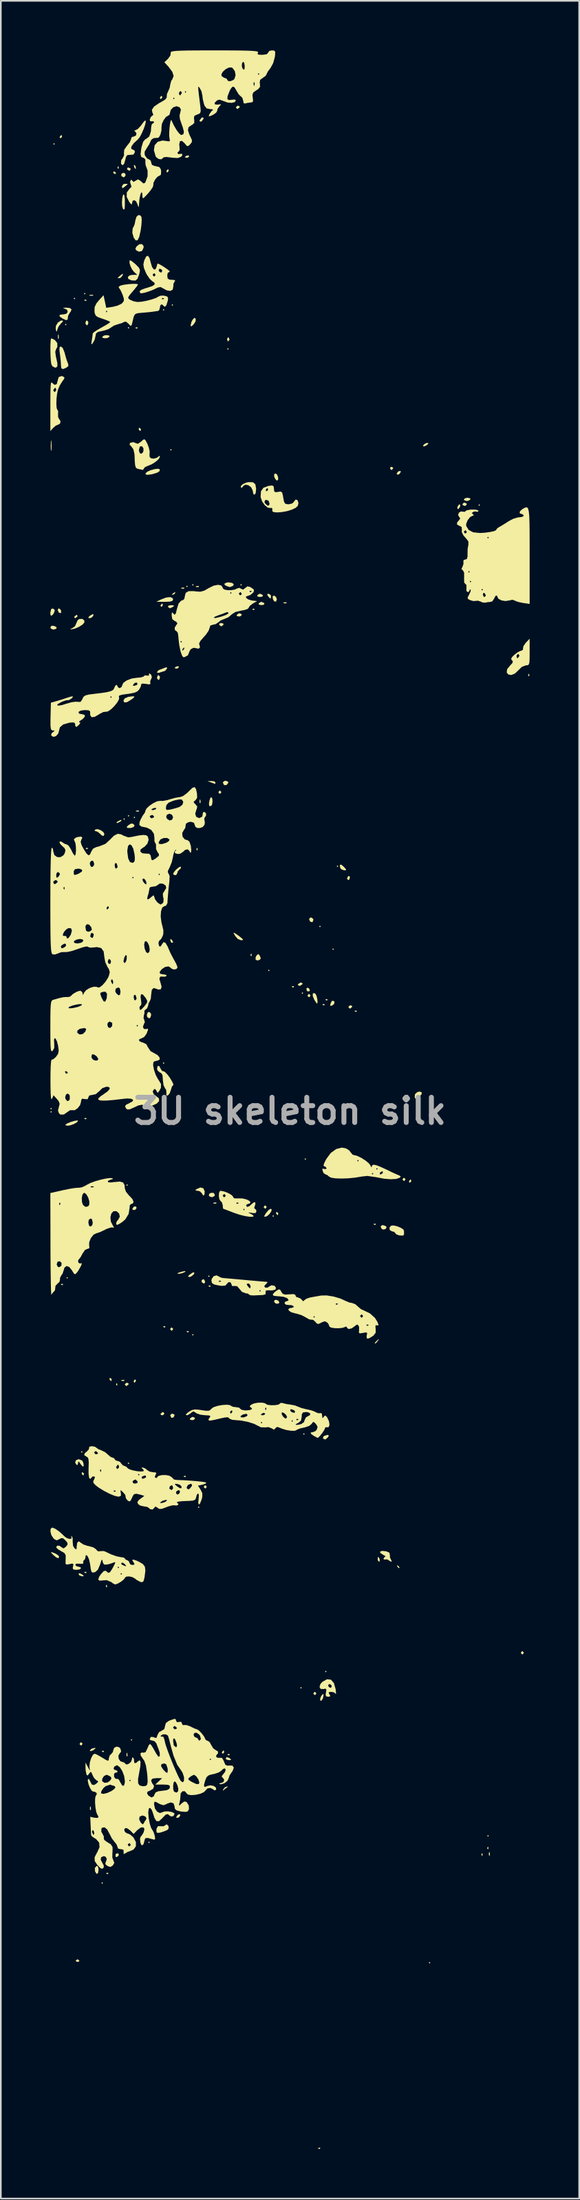
<source format=kicad_pcb>
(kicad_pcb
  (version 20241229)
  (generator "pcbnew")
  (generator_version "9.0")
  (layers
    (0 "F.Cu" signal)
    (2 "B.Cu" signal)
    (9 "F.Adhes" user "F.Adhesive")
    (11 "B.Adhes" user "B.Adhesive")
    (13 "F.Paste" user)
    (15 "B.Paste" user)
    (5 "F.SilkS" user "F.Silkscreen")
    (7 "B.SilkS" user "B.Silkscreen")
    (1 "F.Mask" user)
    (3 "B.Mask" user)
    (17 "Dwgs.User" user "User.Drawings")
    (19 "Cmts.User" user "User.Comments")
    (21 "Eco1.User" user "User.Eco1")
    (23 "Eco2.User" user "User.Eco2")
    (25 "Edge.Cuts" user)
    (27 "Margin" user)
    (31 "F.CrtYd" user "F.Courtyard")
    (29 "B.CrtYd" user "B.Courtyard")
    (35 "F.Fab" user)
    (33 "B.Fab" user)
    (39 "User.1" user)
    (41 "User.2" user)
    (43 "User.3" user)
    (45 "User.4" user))
  (footprint "3U skeleton silk"
    (layer "F.Cu")
    (at 14.514 64.189)
    (property "Reference" "3U skeleton silk" (at 0 0 0) (layer "F.Fab") (effects (font (size 1.524 1.524) (thickness 0.3))))
    (attr board_only exclude_from_pos_files exclude_from_bom)
    (fp_poly (pts (xy -14.426 -0.148) (xy -14.47 -0.098) (xy -14.514 -0.148) (xy -14.47 -0.197)) (stroke (width 0) (type solid)) (fill yes) (layer "F.SilkS"))
    (fp_poly (pts (xy -14.426 0.049) (xy -14.47 0.098) (xy -14.514 0.049) (xy -14.47 0)) (stroke (width 0) (type solid)) (fill yes) (layer "F.SilkS"))
    (fp_poly (pts (xy -14.249 -58.528) (xy -14.293 -58.479) (xy -14.337 -58.528) (xy -14.293 -58.578)) (stroke (width 0) (type solid)) (fill yes) (layer "F.SilkS"))
    (fp_poly (pts (xy -13.541 -47.6) (xy -13.585 -47.551) (xy -13.629 -47.6) (xy -13.585 -47.65)) (stroke (width 0) (type solid)) (fill yes) (layer "F.SilkS"))
    (fp_poly (pts (xy -13.452 10.091) (xy -13.497 10.14) (xy -13.541 10.091) (xy -13.497 10.042)) (stroke (width 0) (type solid)) (fill yes) (layer "F.SilkS"))
    (fp_poly (pts (xy -13.01 -49.176) (xy -13.054 -49.126) (xy -13.098 -49.176) (xy -13.054 -49.225)) (stroke (width 0) (type solid)) (fill yes) (layer "F.SilkS"))
    (fp_poly (pts (xy -12.567 20.625) (xy -12.611 20.674) (xy -12.656 20.625) (xy -12.611 20.576)) (stroke (width 0) (type solid)) (fill yes) (layer "F.SilkS"))
    (fp_poly (pts (xy -12.39 -49.471) (xy -12.434 -49.422) (xy -12.479 -49.471) (xy -12.434 -49.52)) (stroke (width 0) (type solid)) (fill yes) (layer "F.SilkS"))
    (fp_poly (pts (xy -11.328 46.714) (xy -11.372 46.764) (xy -11.417 46.714) (xy -11.372 46.665)) (stroke (width 0) (type solid)) (fill yes) (layer "F.SilkS"))
    (fp_poly (pts (xy -10.001 -17.672) (xy -10.045 -17.622) (xy -10.089 -17.672) (xy -10.045 -17.721)) (stroke (width 0) (type solid)) (fill yes) (layer "F.SilkS"))
    (fp_poly (pts (xy -9.824 4.479) (xy -9.868 4.529) (xy -9.912 4.479) (xy -9.868 4.43)) (stroke (width 0) (type solid)) (fill yes) (layer "F.SilkS"))
    (fp_poly (pts (xy -9.735 -47.403) (xy -9.779 -47.354) (xy -9.824 -47.403) (xy -9.779 -47.453)) (stroke (width 0) (type solid)) (fill yes) (layer "F.SilkS"))
    (fp_poly (pts (xy -9.735 -17.869) (xy -9.779 -17.819) (xy -9.824 -17.869) (xy -9.779 -17.918)) (stroke (width 0) (type solid)) (fill yes) (layer "F.SilkS"))
    (fp_poly (pts (xy -9.735 21.314) (xy -9.779 21.364) (xy -9.824 21.314) (xy -9.779 21.265)) (stroke (width 0) (type solid)) (fill yes) (layer "F.SilkS"))
    (fp_poly (pts (xy -9.558 38.051) (xy -9.602 38.1) (xy -9.647 38.051) (xy -9.602 38.002)) (stroke (width 0) (type solid)) (fill yes) (layer "F.SilkS"))
    (fp_poly (pts (xy -9.381 -17.77) (xy -9.425 -17.721) (xy -9.47 -17.77) (xy -9.425 -17.819)) (stroke (width 0) (type solid)) (fill yes) (layer "F.SilkS"))
    (fp_poly (pts (xy -8.496 44.253) (xy -8.54 44.302) (xy -8.585 44.253) (xy -8.54 44.204)) (stroke (width 0) (type solid)) (fill yes) (layer "F.SilkS"))
    (fp_poly (pts (xy -7.611 -48.486) (xy -7.655 -48.437) (xy -7.7 -48.486) (xy -7.655 -48.536)) (stroke (width 0) (type solid)) (fill yes) (layer "F.SilkS"))
    (fp_poly (pts (xy -7.611 -2.904) (xy -7.655 -2.855) (xy -7.7 -2.904) (xy -7.655 -2.953)) (stroke (width 0) (type solid)) (fill yes) (layer "F.SilkS"))
    (fp_poly (pts (xy -7.169 -40.02) (xy -7.213 -39.971) (xy -7.257 -40.02) (xy -7.213 -40.069)) (stroke (width 0) (type solid)) (fill yes) (layer "F.SilkS"))
    (fp_poly (pts (xy -7.08 -48.782) (xy -7.124 -48.733) (xy -7.169 -48.782) (xy -7.124 -48.831)) (stroke (width 0) (type solid)) (fill yes) (layer "F.SilkS"))
    (fp_poly (pts (xy -6.195 -31.75) (xy -6.239 -31.701) (xy -6.284 -31.75) (xy -6.239 -31.799)) (stroke (width 0) (type solid)) (fill yes) (layer "F.SilkS"))
    (fp_poly (pts (xy -5.841 -31.848) (xy -5.885 -31.799) (xy -5.93 -31.848) (xy -5.885 -31.898)) (stroke (width 0) (type solid)) (fill yes) (layer "F.SilkS"))
    (fp_poly (pts (xy -5.841 13.537) (xy -5.885 13.586) (xy -5.93 13.537) (xy -5.885 13.488)) (stroke (width 0) (type solid)) (fill yes) (layer "F.SilkS"))
    (fp_poly (pts (xy -5.487 23.972) (xy -5.531 24.022) (xy -5.576 23.972) (xy -5.531 23.923)) (stroke (width 0) (type solid)) (fill yes) (layer "F.SilkS"))
    (fp_poly (pts (xy -4.868 9.993) (xy -4.912 10.042) (xy -4.956 9.993) (xy -4.912 9.943)) (stroke (width 0) (type solid)) (fill yes) (layer "F.SilkS"))
    (fp_poly (pts (xy -3.717 -46.124) (xy -3.761 -46.074) (xy -3.806 -46.124) (xy -3.761 -46.173)) (stroke (width 0) (type solid)) (fill yes) (layer "F.SilkS"))
    (fp_poly (pts (xy -2.921 -31.848) (xy -2.965 -31.799) (xy -3.009 -31.848) (xy -2.965 -31.898)) (stroke (width 0) (type solid)) (fill yes) (layer "F.SilkS"))
    (fp_poly (pts (xy -1.239 -8.516) (xy -1.283 -8.467) (xy -1.328 -8.516) (xy -1.283 -8.565)) (stroke (width 0) (type solid)) (fill yes) (layer "F.SilkS"))
    (fp_poly (pts (xy -0.974 6.35) (xy -1.018 6.399) (xy -1.062 6.35) (xy -1.018 6.301)) (stroke (width 0) (type solid)) (fill yes) (layer "F.SilkS"))
    (fp_poly (pts (xy 0.708 34.9) (xy 0.664 34.95) (xy 0.62 34.9) (xy 0.664 34.851)) (stroke (width 0) (type solid)) (fill yes) (layer "F.SilkS"))
    (fp_poly (pts (xy 0.797 -7.138) (xy 0.752 -7.088) (xy 0.708 -7.138) (xy 0.752 -7.187)) (stroke (width 0) (type solid)) (fill yes) (layer "F.SilkS"))
    (fp_poly (pts (xy 0.885 19.542) (xy 0.841 19.591) (xy 0.797 19.542) (xy 0.841 19.493)) (stroke (width 0) (type solid)) (fill yes) (layer "F.SilkS"))
    (fp_poly (pts (xy 0.974 2.904) (xy 0.929 2.953) (xy 0.885 2.904) (xy 0.929 2.855)) (stroke (width 0) (type solid)) (fill yes) (layer "F.SilkS"))
    (fp_poly (pts (xy 1.859 -11.174) (xy 1.814 -11.125) (xy 1.77 -11.174) (xy 1.814 -11.223)) (stroke (width 0) (type solid)) (fill yes) (layer "F.SilkS"))
    (fp_poly (pts (xy 2.213 33.916) (xy 2.168 33.965) (xy 2.124 33.916) (xy 2.168 33.867)) (stroke (width 0) (type solid)) (fill yes) (layer "F.SilkS"))
    (fp_poly (pts (xy 2.655 -9.796) (xy 2.611 -9.747) (xy 2.567 -9.796) (xy 2.611 -9.845)) (stroke (width 0) (type solid)) (fill yes) (layer "F.SilkS"))
    (fp_poly (pts (xy 2.921 -14.817) (xy 2.876 -14.767) (xy 2.832 -14.817) (xy 2.876 -14.866)) (stroke (width 0) (type solid)) (fill yes) (layer "F.SilkS"))
    (fp_poly (pts (xy 7.169 -0.935) (xy 7.124 -0.886) (xy 7.08 -0.935) (xy 7.124 -0.984)) (stroke (width 0) (type solid)) (fill yes) (layer "F.SilkS"))
    (fp_poly (pts (xy 8.496 51.538) (xy 8.452 51.588) (xy 8.408 51.538) (xy 8.452 51.489)) (stroke (width 0) (type solid)) (fill yes) (layer "F.SilkS"))
    (fp_poly (pts (xy 11.505 -36.672) (xy 11.461 -36.623) (xy 11.417 -36.672) (xy 11.461 -36.722)) (stroke (width 0) (type solid)) (fill yes) (layer "F.SilkS"))
    (fp_poly (pts (xy 12.036 43.859) (xy 11.992 43.909) (xy 11.948 43.859) (xy 11.992 43.81)) (stroke (width 0) (type solid)) (fill yes) (layer "F.SilkS"))
    (fp_poly (pts (xy -14.013 -46.985) (xy -14.001 -46.784) (xy -14.013 -46.739) (xy -14.045 -46.727) (xy -14.058 -46.862) (xy -14.044 -47.002)) (stroke (width 0) (type solid)) (fill yes) (layer "F.SilkS"))
    (fp_poly (pts (xy -13.747 10.468) (xy -13.759 10.527) (xy -13.806 10.534) (xy -13.879 10.498) (xy -13.865 10.468) (xy -13.76 10.457)) (stroke (width 0) (type solid)) (fill yes) (layer "F.SilkS"))
    (fp_poly (pts (xy -12.331 -49.094) (xy -12.343 -49.035) (xy -12.39 -49.028) (xy -12.463 -49.064) (xy -12.449 -49.094) (xy -12.344 -49.105)) (stroke (width 0) (type solid)) (fill yes) (layer "F.SilkS"))
    (fp_poly (pts (xy -12.331 0.427) (xy -12.343 0.485) (xy -12.39 0.492) (xy -12.463 0.456) (xy -12.449 0.427) (xy -12.344 0.415)) (stroke (width 0) (type solid)) (fill yes) (layer "F.SilkS"))
    (fp_poly (pts (xy -12.331 27.894) (xy -12.343 27.953) (xy -12.39 27.96) (xy -12.463 27.924) (xy -12.449 27.894) (xy -12.344 27.882)) (stroke (width 0) (type solid)) (fill yes) (layer "F.SilkS"))
    (fp_poly (pts (xy -12.243 -15.916) (xy -12.255 -15.857) (xy -12.302 -15.85) (xy -12.375 -15.886) (xy -12.361 -15.916) (xy -12.256 -15.928)) (stroke (width 0) (type solid)) (fill yes) (layer "F.SilkS"))
    (fp_poly (pts (xy -12.064 42.118) (xy -12.054 42.272) (xy -12.071 42.307) (xy -12.111 42.277) (xy -12.118 42.177) (xy -12.096 42.072)) (stroke (width 0) (type solid)) (fill yes) (layer "F.SilkS"))
    (fp_poly (pts (xy -11.926 -49.388) (xy -11.914 -49.353) (xy -12.036 -49.339) (xy -12.162 -49.354) (xy -12.147 -49.388) (xy -11.966 -49.401)) (stroke (width 0) (type solid)) (fill yes) (layer "F.SilkS"))
    (fp_poly (pts (xy -11.269 38.724) (xy -11.281 38.782) (xy -11.328 38.789) (xy -11.401 38.753) (xy -11.387 38.724) (xy -11.282 38.712)) (stroke (width 0) (type solid)) (fill yes) (layer "F.SilkS"))
    (fp_poly (pts (xy -11.092 28.682) (xy -11.082 28.798) (xy -11.092 28.813) (xy -11.145 28.799) (xy -11.151 28.747) (xy -11.119 28.666)) (stroke (width 0) (type solid)) (fill yes) (layer "F.SilkS"))
    (fp_poly (pts (xy -11.004 46.107) (xy -11.016 46.166) (xy -11.063 46.173) (xy -11.136 46.137) (xy -11.122 46.107) (xy -11.017 46.095)) (stroke (width 0) (type solid)) (fill yes) (layer "F.SilkS"))
    (fp_poly (pts (xy -10.473 16.474) (xy -10.462 16.591) (xy -10.473 16.605) (xy -10.525 16.592) (xy -10.532 16.54) (xy -10.499 16.458)) (stroke (width 0) (type solid)) (fill yes) (layer "F.SilkS"))
    (fp_poly (pts (xy -10.384 -57.166) (xy -10.374 -57.05) (xy -10.384 -57.035) (xy -10.437 -57.049) (xy -10.443 -57.101) (xy -10.411 -57.182)) (stroke (width 0) (type solid)) (fill yes) (layer "F.SilkS"))
    (fp_poly (pts (xy -10.025 16.283) (xy -10.051 16.328) (xy -10.141 16.335) (xy -10.235 16.311) (xy -10.194 16.275) (xy -10.056 16.264)) (stroke (width 0) (type solid)) (fill yes) (layer "F.SilkS"))
    (fp_poly (pts (xy -9.852 38.869) (xy -9.841 39.023) (xy -9.859 39.058) (xy -9.899 39.028) (xy -9.905 38.929) (xy -9.884 38.824)) (stroke (width 0) (type solid)) (fill yes) (layer "F.SilkS"))
    (fp_poly (pts (xy -9.234 -47.42) (xy -9.246 -47.361) (xy -9.293 -47.354) (xy -9.366 -47.39) (xy -9.352 -47.42) (xy -9.247 -47.432)) (stroke (width 0) (type solid)) (fill yes) (layer "F.SilkS"))
    (fp_poly (pts (xy -9.14 -18.174) (xy -9.166 -18.129) (xy -9.256 -18.123) (xy -9.35 -18.147) (xy -9.309 -18.182) (xy -9.171 -18.194)) (stroke (width 0) (type solid)) (fill yes) (layer "F.SilkS"))
    (fp_poly (pts (xy -7.552 13.028) (xy -7.564 13.087) (xy -7.611 13.094) (xy -7.684 13.058) (xy -7.67 13.028) (xy -7.565 13.016)) (stroke (width 0) (type solid)) (fill yes) (layer "F.SilkS"))
    (fp_poly (pts (xy -6.396 -31.662) (xy -6.422 -31.617) (xy -6.512 -31.61) (xy -6.607 -31.634) (xy -6.566 -31.67) (xy -6.427 -31.681)) (stroke (width 0) (type solid)) (fill yes) (layer "F.SilkS"))
    (fp_poly (pts (xy -6.313 22.086) (xy -6.325 22.144) (xy -6.372 22.151) (xy -6.445 22.115) (xy -6.431 22.086) (xy -6.326 22.074)) (stroke (width 0) (type solid)) (fill yes) (layer "F.SilkS"))
    (fp_poly (pts (xy -6.136 13.324) (xy -6.148 13.382) (xy -6.195 13.389) (xy -6.268 13.353) (xy -6.254 13.324) (xy -6.149 13.312)) (stroke (width 0) (type solid)) (fill yes) (layer "F.SilkS"))
    (fp_poly (pts (xy -5.605 -15.916) (xy -5.595 -15.799) (xy -5.605 -15.785) (xy -5.658 -15.798) (xy -5.664 -15.85) (xy -5.632 -15.931)) (stroke (width 0) (type solid)) (fill yes) (layer "F.SilkS"))
    (fp_poly (pts (xy -5.511 -31.76) (xy -5.537 -31.716) (xy -5.627 -31.709) (xy -5.722 -31.733) (xy -5.681 -31.768) (xy -5.542 -31.78)) (stroke (width 0) (type solid)) (fill yes) (layer "F.SilkS"))
    (fp_poly (pts (xy -5.427 -18.822) (xy -5.416 -18.668) (xy -5.434 -18.634) (xy -5.474 -18.663) (xy -5.48 -18.763) (xy -5.459 -18.868)) (stroke (width 0) (type solid)) (fill yes) (layer "F.SilkS"))
    (fp_poly (pts (xy -4.809 10.567) (xy -4.821 10.625) (xy -4.868 10.633) (xy -4.94 10.597) (xy -4.927 10.567) (xy -4.822 10.555)) (stroke (width 0) (type solid)) (fill yes) (layer "F.SilkS"))
    (fp_poly (pts (xy -4.449 5.552) (xy -4.475 5.597) (xy -4.565 5.604) (xy -4.66 5.58) (xy -4.619 5.544) (xy -4.48 5.533)) (stroke (width 0) (type solid)) (fill yes) (layer "F.SilkS"))
    (fp_poly (pts (xy -3.658 38.92) (xy -3.67 38.979) (xy -3.717 38.986) (xy -3.79 38.95) (xy -3.776 38.92) (xy -3.671 38.909)) (stroke (width 0) (type solid)) (fill yes) (layer "F.SilkS"))
    (fp_poly (pts (xy -2.331 -9.517) (xy -2.32 -9.4) (xy -2.331 -9.386) (xy -2.383 -9.399) (xy -2.39 -9.451) (xy -2.357 -9.532)) (stroke (width 0) (type solid)) (fill yes) (layer "F.SilkS"))
    (fp_poly (pts (xy -2.154 -30.388) (xy -2.166 -30.33) (xy -2.213 -30.322) (xy -2.285 -30.359) (xy -2.272 -30.388) (xy -2.167 -30.4)) (stroke (width 0) (type solid)) (fill yes) (layer "F.SilkS"))
    (fp_poly (pts (xy -0.201 -30.776) (xy -0.227 -30.731) (xy -0.317 -30.724) (xy -0.412 -30.748) (xy -0.371 -30.784) (xy -0.232 -30.795)) (stroke (width 0) (type solid)) (fill yes) (layer "F.SilkS"))
    (fp_poly (pts (xy 0.236 -7.548) (xy 0.224 -7.489) (xy 0.177 -7.482) (xy 0.104 -7.518) (xy 0.118 -7.548) (xy 0.223 -7.56)) (stroke (width 0) (type solid)) (fill yes) (layer "F.SilkS"))
    (fp_poly (pts (xy 1.829 62.745) (xy 1.817 62.804) (xy 1.77 62.811) (xy 1.697 62.775) (xy 1.711 62.745) (xy 1.816 62.733)) (stroke (width 0) (type solid)) (fill yes) (layer "F.SilkS"))
    (fp_poly (pts (xy 2.095 -6.465) (xy 2.082 -6.406) (xy 2.036 -6.399) (xy 1.963 -6.435) (xy 1.977 -6.465) (xy 2.082 -6.477)) (stroke (width 0) (type solid)) (fill yes) (layer "F.SilkS"))
    (fp_poly (pts (xy 2.272 -6.76) (xy 2.259 -6.702) (xy 2.213 -6.695) (xy 2.14 -6.731) (xy 2.154 -6.76) (xy 2.259 -6.772)) (stroke (width 0) (type solid)) (fill yes) (layer "F.SilkS"))
    (fp_poly (pts (xy 4.042 -6.071) (xy 4.029 -6.013) (xy 3.983 -6.005) (xy 3.91 -6.041) (xy 3.924 -6.071) (xy 4.029 -6.083)) (stroke (width 0) (type solid)) (fill yes) (layer "F.SilkS"))
    (fp_poly (pts (xy 5.192 6.826) (xy 5.18 6.884) (xy 5.133 6.891) (xy 5.06 6.855) (xy 5.074 6.826) (xy 5.179 6.814)) (stroke (width 0) (type solid)) (fill yes) (layer "F.SilkS"))
    (fp_poly (pts (xy 11.653 44.926) (xy 11.663 45.043) (xy 11.653 45.057) (xy 11.6 45.044) (xy 11.594 44.991) (xy 11.626 44.91)) (stroke (width 0) (type solid)) (fill yes) (layer "F.SilkS"))
    (fp_poly (pts (xy 12.007 44.532) (xy 12.017 44.649) (xy 12.007 44.663) (xy 11.954 44.65) (xy 11.948 44.598) (xy 11.98 44.517)) (stroke (width 0) (type solid)) (fill yes) (layer "F.SilkS"))
    (fp_poly (pts (xy 12.097 44.875) (xy 12.107 45.028) (xy 12.09 45.063) (xy 12.049 45.034) (xy 12.043 44.934) (xy 12.065 44.829)) (stroke (width 0) (type solid)) (fill yes) (layer "F.SilkS"))
    (fp_poly (pts (xy 14.485 -26.45) (xy 14.495 -26.333) (xy 14.485 -26.319) (xy 14.432 -26.332) (xy 14.426 -26.384) (xy 14.458 -26.466)) (stroke (width 0) (type solid)) (fill yes) (layer "F.SilkS"))
    (fp_poly (pts (xy -12.827 51.346) (xy -12.748 51.441) (xy -12.838 51.487) (xy -12.882 51.489) (xy -12.973 51.441) (xy -12.965 51.389) (xy -12.859 51.332)) (stroke (width 0) (type solid)) (fill yes) (layer "F.SilkS"))
    (fp_poly (pts (xy -10.368 45.011) (xy -10.417 45.1) (xy -10.528 45.149) (xy -10.567 45.105) (xy -10.56 44.972) (xy -10.527 44.939) (xy -10.402 44.916)) (stroke (width 0) (type solid)) (fill yes) (layer "F.SilkS"))
    (fp_poly (pts (xy -9.384 -57.226) (xy -9.351 -57.154) (xy -9.328 -57.016) (xy -9.387 -57.042) (xy -9.429 -57.107) (xy -9.456 -57.236) (xy -9.445 -57.259)) (stroke (width 0) (type solid)) (fill yes) (layer "F.SilkS"))
    (fp_poly (pts (xy -9.288 5.858) (xy -9.357 5.959) (xy -9.431 5.99) (xy -9.539 5.966) (xy -9.539 5.892) (xy -9.451 5.78) (xy -9.339 5.771)) (stroke (width 0) (type solid)) (fill yes) (layer "F.SilkS"))
    (fp_poly (pts (xy -6.945 -31.386) (xy -6.972 -31.313) (xy -7.054 -31.264) (xy -7.158 -31.234) (xy -7.115 -31.306) (xy -7.104 -31.319) (xy -6.988 -31.397)) (stroke (width 0) (type solid)) (fill yes) (layer "F.SilkS"))
    (fp_poly (pts (xy -3.716 -46.812) (xy -3.665 -46.694) (xy -3.677 -46.658) (xy -3.762 -46.571) (xy -3.804 -46.67) (xy -3.806 -46.72) (xy -3.762 -46.822)) (stroke (width 0) (type solid)) (fill yes) (layer "F.SilkS"))
    (fp_poly (pts (xy 1.16 -7.413) (xy 1.203 -7.29) (xy 1.164 -7.246) (xy 1.044 -7.254) (xy 1.015 -7.29) (xy 0.994 -7.43) (xy 1.08 -7.468)) (stroke (width 0) (type solid)) (fill yes) (layer "F.SilkS"))
    (fp_poly (pts (xy 6.535 27.507) (xy 6.63 27.606) (xy 6.611 27.663) (xy 6.599 27.664) (xy 6.524 27.594) (xy 6.496 27.551) (xy 6.486 27.483)) (stroke (width 0) (type solid)) (fill yes) (layer "F.SilkS"))
    (fp_poly (pts (xy -14.451 -40.537) (xy -14.436 -40.219) (xy -14.451 -39.995) (xy -14.47 -39.934) (xy -14.484 -40.046) (xy -14.488 -40.266) (xy -14.482 -40.509) (xy -14.468 -40.6)) (stroke (width 0) (type solid)) (fill yes) (layer "F.SilkS"))
    (fp_poly (pts (xy -14.294 -29.362) (xy -14.142 -29.288) (xy -14.146 -29.198) (xy -14.293 -29.143) (xy -14.343 -29.141) (xy -14.483 -29.198) (xy -14.514 -29.275) (xy -14.444 -29.369)) (stroke (width 0) (type solid)) (fill yes) (layer "F.SilkS"))
    (fp_poly (pts (xy -13.896 -30.343) (xy -13.863 -30.273) (xy -13.864 -30.142) (xy -13.96 -30.145) (xy -14.013 -30.191) (xy -14.07 -30.327) (xy -14.019 -30.417) (xy -13.993 -30.421)) (stroke (width 0) (type solid)) (fill yes) (layer "F.SilkS"))
    (fp_poly (pts (xy -13.807 -58.994) (xy -13.806 -58.971) (xy -13.874 -58.877) (xy -13.9 -58.873) (xy -13.953 -58.933) (xy -13.939 -58.971) (xy -13.859 -59.065) (xy -13.845 -59.07)) (stroke (width 0) (type solid)) (fill yes) (layer "F.SilkS"))
    (fp_poly (pts (xy -12.863 -29.966) (xy -12.877 -29.929) (xy -12.994 -29.834) (xy -13.02 -29.83) (xy -13.068 -29.891) (xy -13.054 -29.929) (xy -12.937 -30.023) (xy -12.911 -30.027)) (stroke (width 0) (type solid)) (fill yes) (layer "F.SilkS"))
    (fp_poly (pts (xy -12.69 27.986) (xy -12.567 28.058) (xy -12.484 28.135) (xy -12.564 28.155) (xy -12.584 28.155) (xy -12.744 28.105) (xy -12.789 28.058) (xy -12.796 27.971)) (stroke (width 0) (type solid)) (fill yes) (layer "F.SilkS"))
    (fp_poly (pts (xy -12.57 38.273) (xy -12.567 38.297) (xy -12.635 38.392) (xy -12.656 38.395) (xy -12.742 38.32) (xy -12.744 38.297) (xy -12.677 38.201) (xy -12.656 38.198)) (stroke (width 0) (type solid)) (fill yes) (layer "F.SilkS"))
    (fp_poly (pts (xy -12.482 21.927) (xy -12.479 21.954) (xy -12.509 22.05) (xy -12.518 22.053) (xy -12.593 21.984) (xy -12.611 21.954) (xy -12.604 21.864) (xy -12.572 21.856)) (stroke (width 0) (type solid)) (fill yes) (layer "F.SilkS"))
    (fp_poly (pts (xy -12.223 -47.767) (xy -12.213 -47.699) (xy -12.261 -47.568) (xy -12.302 -47.551) (xy -12.38 -47.631) (xy -12.39 -47.699) (xy -12.342 -47.83) (xy -12.302 -47.847)) (stroke (width 0) (type solid)) (fill yes) (layer "F.SilkS"))
    (fp_poly (pts (xy -11.771 38.549) (xy -11.838 38.618) (xy -11.948 38.691) (xy -12.084 38.739) (xy -12.125 38.706) (xy -12.051 38.611) (xy -11.948 38.564) (xy -11.806 38.537)) (stroke (width 0) (type solid)) (fill yes) (layer "F.SilkS"))
    (fp_poly (pts (xy -10.949 -46.929) (xy -10.93 -46.862) (xy -11.052 -46.786) (xy -11.206 -46.764) (xy -11.353 -46.795) (xy -11.372 -46.862) (xy -11.251 -46.938) (xy -11.097 -46.96)) (stroke (width 0) (type solid)) (fill yes) (layer "F.SilkS"))
    (fp_poly (pts (xy -10.801 16.217) (xy -10.797 16.244) (xy -10.827 16.34) (xy -10.836 16.343) (xy -10.912 16.274) (xy -10.93 16.244) (xy -10.923 16.153) (xy -10.891 16.146)) (stroke (width 0) (type solid)) (fill yes) (layer "F.SilkS"))
    (fp_poly (pts (xy -10.62 -56.855) (xy -10.536 -56.766) (xy -10.532 -56.75) (xy -10.6 -56.708) (xy -10.62 -56.707) (xy -10.705 -56.783) (xy -10.709 -56.811) (xy -10.654 -56.87)) (stroke (width 0) (type solid)) (fill yes) (layer "F.SilkS"))
    (fp_poly (pts (xy -10.206 -17.579) (xy -10.266 -17.524) (xy -10.428 -17.441) (xy -10.487 -17.429) (xy -10.503 -17.469) (xy -10.443 -17.524) (xy -10.282 -17.607) (xy -10.222 -17.619)) (stroke (width 0) (type solid)) (fill yes) (layer "F.SilkS"))
    (fp_poly (pts (xy -9.999 -56.755) (xy -9.952 -56.642) (xy -10.019 -56.532) (xy -10.089 -56.51) (xy -10.205 -56.581) (xy -10.218 -56.602) (xy -10.212 -56.718) (xy -10.106 -56.781)) (stroke (width 0) (type solid)) (fill yes) (layer "F.SilkS"))
    (fp_poly (pts (xy -9.771 16.489) (xy -9.779 16.54) (xy -9.893 16.634) (xy -9.917 16.638) (xy -9.998 16.563) (xy -10.001 16.54) (xy -9.929 16.453) (xy -9.863 16.441)) (stroke (width 0) (type solid)) (fill yes) (layer "F.SilkS"))
    (fp_poly (pts (xy -9.664 -57.049) (xy -9.647 -57.002) (xy -9.71 -56.907) (xy -9.73 -56.904) (xy -9.85 -56.975) (xy -9.868 -57.002) (xy -9.848 -57.087) (xy -9.785 -57.101)) (stroke (width 0) (type solid)) (fill yes) (layer "F.SilkS"))
    (fp_poly (pts (xy -9.323 16.305) (xy -9.337 16.343) (xy -9.416 16.437) (xy -9.431 16.441) (xy -9.469 16.365) (xy -9.47 16.343) (xy -9.402 16.248) (xy -9.376 16.244)) (stroke (width 0) (type solid)) (fill yes) (layer "F.SilkS"))
    (fp_poly (pts (xy -9.031 -41.277) (xy -9.027 -41.25) (xy -9.057 -41.154) (xy -9.066 -41.152) (xy -9.142 -41.221) (xy -9.16 -41.25) (xy -9.153 -41.341) (xy -9.121 -41.349)) (stroke (width 0) (type solid)) (fill yes) (layer "F.SilkS"))
    (fp_poly (pts (xy -8.432 -5.923) (xy -8.408 -5.809) (xy -8.463 -5.648) (xy -8.54 -5.612) (xy -8.649 -5.694) (xy -8.673 -5.809) (xy -8.618 -5.969) (xy -8.54 -6.005)) (stroke (width 0) (type solid)) (fill yes) (layer "F.SilkS"))
    (fp_poly (pts (xy -7.887 -26.305) (xy -7.877 -26.237) (xy -7.924 -26.106) (xy -7.965 -26.089) (xy -8.044 -26.169) (xy -8.054 -26.237) (xy -8.006 -26.368) (xy -7.965 -26.384)) (stroke (width 0) (type solid)) (fill yes) (layer "F.SilkS"))
    (fp_poly (pts (xy -7.73 -61.372) (xy -7.744 -61.334) (xy -7.823 -61.24) (xy -7.838 -61.236) (xy -7.876 -61.312) (xy -7.877 -61.334) (xy -7.809 -61.429) (xy -7.783 -61.433)) (stroke (width 0) (type solid)) (fill yes) (layer "F.SilkS"))
    (fp_poly (pts (xy -7.701 -30.64) (xy -7.7 -30.618) (xy -7.768 -30.523) (xy -7.793 -30.519) (xy -7.846 -30.58) (xy -7.832 -30.618) (xy -7.753 -30.712) (xy -7.739 -30.716)) (stroke (width 0) (type solid)) (fill yes) (layer "F.SilkS"))
    (fp_poly (pts (xy -7.614 18.288) (xy -7.611 18.312) (xy -7.683 18.398) (xy -7.749 18.41) (xy -7.841 18.362) (xy -7.832 18.312) (xy -7.719 18.217) (xy -7.694 18.213)) (stroke (width 0) (type solid)) (fill yes) (layer "F.SilkS"))
    (fp_poly (pts (xy -7.347 -56.926) (xy -7.346 -56.904) (xy -7.414 -56.809) (xy -7.439 -56.805) (xy -7.492 -56.866) (xy -7.478 -56.904) (xy -7.399 -56.998) (xy -7.385 -57.002)) (stroke (width 0) (type solid)) (fill yes) (layer "F.SilkS"))
    (fp_poly (pts (xy -7.152 -10.359) (xy -7.085 -10.233) (xy -7.093 -10.191) (xy -7.186 -10.194) (xy -7.198 -10.206) (xy -7.256 -10.358) (xy -7.257 -10.373) (xy -7.212 -10.41)) (stroke (width 0) (type solid)) (fill yes) (layer "F.SilkS"))
    (fp_poly (pts (xy -7.083 13.169) (xy -7.08 13.192) (xy -7.147 13.288) (xy -7.169 13.291) (xy -7.255 13.216) (xy -7.257 13.192) (xy -7.19 13.097) (xy -7.169 13.094)) (stroke (width 0) (type solid)) (fill yes) (layer "F.SilkS"))
    (fp_poly (pts (xy -7.039 -30.602) (xy -7.04 -30.551) (xy -7.08 -30.519) (xy -7.258 -30.429) (xy -7.368 -30.485) (xy -7.39 -30.519) (xy -7.357 -30.59) (xy -7.196 -30.616)) (stroke (width 0) (type solid)) (fill yes) (layer "F.SilkS"))
    (fp_poly (pts (xy -7.007 18.362) (xy -6.992 18.404) (xy -7.05 18.533) (xy -7.164 18.564) (xy -7.201 18.539) (xy -7.254 18.396) (xy -7.16 18.314) (xy -7.124 18.312)) (stroke (width 0) (type solid)) (fill yes) (layer "F.SilkS"))
    (fp_poly (pts (xy -6.726 -26.874) (xy -6.798 -26.789) (xy -6.859 -26.778) (xy -6.977 -26.799) (xy -6.992 -26.817) (xy -6.922 -26.88) (xy -6.859 -26.912) (xy -6.745 -26.914)) (stroke (width 0) (type solid)) (fill yes) (layer "F.SilkS"))
    (fp_poly (pts (xy -6.638 42.603) (xy -6.638 42.61) (xy -6.709 42.724) (xy -6.778 42.766) (xy -6.882 42.769) (xy -6.883 42.709) (xy -6.802 42.591) (xy -6.695 42.545)) (stroke (width 0) (type solid)) (fill yes) (layer "F.SilkS"))
    (fp_poly (pts (xy -6.107 -57.787) (xy -6.178 -57.702) (xy -6.239 -57.691) (xy -6.357 -57.713) (xy -6.372 -57.73) (xy -6.303 -57.794) (xy -6.239 -57.826) (xy -6.125 -57.828)) (stroke (width 0) (type solid)) (fill yes) (layer "F.SilkS"))
    (fp_poly (pts (xy -5.766 18.564) (xy -5.753 18.607) (xy -5.827 18.686) (xy -5.935 18.705) (xy -6.057 18.668) (xy -6.062 18.607) (xy -5.934 18.516) (xy -5.88 18.509)) (stroke (width 0) (type solid)) (fill yes) (layer "F.SilkS"))
    (fp_poly (pts (xy -5.233 -60.107) (xy -5.238 -60.048) (xy -5.35 -59.899) (xy -5.393 -59.876) (xy -5.475 -59.903) (xy -5.471 -59.962) (xy -5.358 -60.111) (xy -5.316 -60.134)) (stroke (width 0) (type solid)) (fill yes) (layer "F.SilkS"))
    (fp_poly (pts (xy -5.19 10.209) (xy -5.135 10.344) (xy -5.192 10.432) (xy -5.216 10.436) (xy -5.337 10.364) (xy -5.351 10.344) (xy -5.346 10.227) (xy -5.253 10.176)) (stroke (width 0) (type solid)) (fill yes) (layer "F.SilkS"))
    (fp_poly (pts (xy -5.047 22.718) (xy -5.045 22.742) (xy -5.112 22.837) (xy -5.133 22.84) (xy -5.219 22.765) (xy -5.222 22.742) (xy -5.154 22.646) (xy -5.133 22.643)) (stroke (width 0) (type solid)) (fill yes) (layer "F.SilkS"))
    (fp_poly (pts (xy -4.581 -19.952) (xy -4.514 -19.887) (xy -4.53 -19.799) (xy -4.536 -19.798) (xy -4.626 -19.832) (xy -4.779 -19.887) (xy -5 -19.966) (xy -4.757 -19.975)) (stroke (width 0) (type solid)) (fill yes) (layer "F.SilkS"))
    (fp_poly (pts (xy -4.162 -19.32) (xy -4.16 -19.296) (xy -4.227 -19.201) (xy -4.248 -19.198) (xy -4.334 -19.273) (xy -4.337 -19.296) (xy -4.269 -19.392) (xy -4.248 -19.395)) (stroke (width 0) (type solid)) (fill yes) (layer "F.SilkS"))
    (fp_poly (pts (xy -4.034 -29.498) (xy -4.027 -29.436) (xy -4.136 -29.342) (xy -4.16 -29.338) (xy -4.274 -29.409) (xy -4.292 -29.436) (xy -4.265 -29.513) (xy -4.16 -29.535)) (stroke (width 0) (type solid)) (fill yes) (layer "F.SilkS"))
    (fp_poly (pts (xy -3.984 38.767) (xy -3.983 38.789) (xy -4.051 38.884) (xy -4.076 38.888) (xy -4.129 38.827) (xy -4.115 38.789) (xy -4.036 38.695) (xy -4.022 38.691)) (stroke (width 0) (type solid)) (fill yes) (layer "F.SilkS"))
    (fp_poly (pts (xy -3.806 40.922) (xy -3.97 41.043) (xy -4.011 41.093) (xy -4.059 41.129) (xy -4.048 41.053) (xy -3.941 40.919) (xy -3.842 40.883) (xy -3.744 40.881)) (stroke (width 0) (type solid)) (fill yes) (layer "F.SilkS"))
    (fp_poly (pts (xy -3.754 -19.94) (xy -3.737 -19.868) (xy -3.84 -19.732) (xy -3.978 -19.727) (xy -4.01 -19.754) (xy -4.069 -19.895) (xy -3.97 -19.977) (xy -3.887 -19.985)) (stroke (width 0) (type solid)) (fill yes) (layer "F.SilkS"))
    (fp_poly (pts (xy -3.677 39.15) (xy -3.629 39.183) (xy -3.559 39.255) (xy -3.647 39.279) (xy -3.695 39.28) (xy -3.85 39.244) (xy -3.894 39.183) (xy -3.838 39.091)) (stroke (width 0) (type solid)) (fill yes) (layer "F.SilkS"))
    (fp_poly (pts (xy -3.045 -60.794) (xy -3.053 -60.743) (xy -3.166 -60.649) (xy -3.191 -60.645) (xy -3.272 -60.72) (xy -3.275 -60.743) (xy -3.203 -60.83) (xy -3.137 -60.842)) (stroke (width 0) (type solid)) (fill yes) (layer "F.SilkS"))
    (fp_poly (pts (xy -2.934 -30.071) (xy -2.921 -30.027) (xy -2.995 -29.948) (xy -3.103 -29.929) (xy -3.225 -29.967) (xy -3.23 -30.027) (xy -3.102 -30.118) (xy -3.048 -30.126)) (stroke (width 0) (type solid)) (fill yes) (layer "F.SilkS"))
    (fp_poly (pts (xy -1.666 -31.245) (xy -1.637 -31.209) (xy -1.669 -31.136) (xy -1.814 -31.11) (xy -1.968 -31.141) (xy -1.991 -31.209) (xy -1.863 -31.3) (xy -1.814 -31.307)) (stroke (width 0) (type solid)) (fill yes) (layer "F.SilkS"))
    (fp_poly (pts (xy -1.577 -30.752) (xy -1.549 -30.716) (xy -1.581 -30.644) (xy -1.726 -30.618) (xy -1.88 -30.648) (xy -1.903 -30.716) (xy -1.774 -30.808) (xy -1.726 -30.815)) (stroke (width 0) (type solid)) (fill yes) (layer "F.SilkS"))
    (fp_poly (pts (xy -1.419 5.785) (xy -1.416 5.809) (xy -1.483 5.904) (xy -1.505 5.907) (xy -1.59 5.832) (xy -1.593 5.809) (xy -1.526 5.713) (xy -1.505 5.71)) (stroke (width 0) (type solid)) (fill yes) (layer "F.SilkS"))
    (fp_poly (pts (xy -0.828 -31.079) (xy -0.797 -30.957) (xy -0.846 -30.83) (xy -0.95 -30.843) (xy -1.031 -30.967) (xy -1.052 -31.128) (xy -1.035 -31.173) (xy -0.929 -31.186)) (stroke (width 0) (type solid)) (fill yes) (layer "F.SilkS"))
    (fp_poly (pts (xy -0.775 -38.51) (xy -0.714 -38.331) (xy -0.723 -38.198) (xy -0.794 -38.156) (xy -0.864 -38.214) (xy -0.957 -38.384) (xy -0.96 -38.535) (xy -0.882 -38.592)) (stroke (width 0) (type solid)) (fill yes) (layer "F.SilkS"))
    (fp_poly (pts (xy -0.712 6.175) (xy -0.708 6.202) (xy -0.738 6.298) (xy -0.747 6.301) (xy -0.823 6.232) (xy -0.841 6.202) (xy -0.834 6.112) (xy -0.802 6.104)) (stroke (width 0) (type solid)) (fill yes) (layer "F.SilkS"))
    (fp_poly (pts (xy -0.71 11.47) (xy -0.647 11.572) (xy -0.684 11.646) (xy -0.821 11.657) (xy -0.863 11.645) (xy -0.966 11.546) (xy -0.934 11.445) (xy -0.846 11.42)) (stroke (width 0) (type solid)) (fill yes) (layer "F.SilkS"))
    (fp_poly (pts (xy 0.762 -7.728) (xy 0.752 -7.679) (xy 0.625 -7.589) (xy 0.565 -7.581) (xy 0.477 -7.63) (xy 0.487 -7.679) (xy 0.614 -7.769) (xy 0.674 -7.778)) (stroke (width 0) (type solid)) (fill yes) (layer "F.SilkS"))
    (fp_poly (pts (xy 1.236 -7.013) (xy 1.239 -6.99) (xy 1.172 -6.894) (xy 1.151 -6.891) (xy 1.065 -6.966) (xy 1.062 -6.99) (xy 1.129 -7.086) (xy 1.151 -7.088)) (stroke (width 0) (type solid)) (fill yes) (layer "F.SilkS"))
    (fp_poly (pts (xy 1.401 -11.637) (xy 1.416 -11.568) (xy 1.362 -11.432) (xy 1.24 -11.457) (xy 1.21 -11.486) (xy 1.153 -11.63) (xy 1.245 -11.712) (xy 1.283 -11.716)) (stroke (width 0) (type solid)) (fill yes) (layer "F.SilkS"))
    (fp_poly (pts (xy 1.59 35.221) (xy 1.593 35.245) (xy 1.526 35.341) (xy 1.505 35.343) (xy 1.419 35.268) (xy 1.416 35.245) (xy 1.483 35.149) (xy 1.505 35.147)) (stroke (width 0) (type solid)) (fill yes) (layer "F.SilkS"))
    (fp_poly (pts (xy 2.352 19.635) (xy 2.301 19.739) (xy 2.142 19.877) (xy 2.015 19.827) (xy 1.997 19.799) (xy 2.022 19.695) (xy 2.088 19.651) (xy 2.287 19.592)) (stroke (width 0) (type solid)) (fill yes) (layer "F.SilkS"))
    (fp_poly (pts (xy 2.646 -6.667) (xy 2.697 -6.601) (xy 2.672 -6.489) (xy 2.578 -6.406) (xy 2.454 -6.354) (xy 2.44 -6.441) (xy 2.453 -6.499) (xy 2.536 -6.67)) (stroke (width 0) (type solid)) (fill yes) (layer "F.SilkS"))
    (fp_poly (pts (xy 3.616 -14.204) (xy 3.629 -14.133) (xy 3.582 -13.999) (xy 3.54 -13.98) (xy 3.454 -14.051) (xy 3.452 -14.072) (xy 3.516 -14.206) (xy 3.54 -14.226)) (stroke (width 0) (type solid)) (fill yes) (layer "F.SilkS"))
    (fp_poly (pts (xy 3.77 -6.351) (xy 3.761 -6.301) (xy 3.648 -6.206) (xy 3.623 -6.202) (xy 3.542 -6.277) (xy 3.54 -6.301) (xy 3.612 -6.387) (xy 3.678 -6.399)) (stroke (width 0) (type solid)) (fill yes) (layer "F.SilkS"))
    (fp_poly (pts (xy 5.371 13.835) (xy 5.321 13.906) (xy 5.192 14.059) (xy 5.135 14.058) (xy 5.133 14.041) (xy 5.194 13.959) (xy 5.288 13.869) (xy 5.393 13.784)) (stroke (width 0) (type solid)) (fill yes) (layer "F.SilkS"))
    (fp_poly (pts (xy 5.402 27.052) (xy 5.431 27.123) (xy 5.432 27.25) (xy 5.396 27.271) (xy 5.32 27.191) (xy 5.31 27.123) (xy 5.329 26.992) (xy 5.345 26.975)) (stroke (width 0) (type solid)) (fill yes) (layer "F.SilkS"))
    (fp_poly (pts (xy 5.668 6.909) (xy 5.814 6.975) (xy 5.849 7.039) (xy 5.781 7.142) (xy 5.641 7.17) (xy 5.549 7.125) (xy 5.487 6.981) (xy 5.576 6.907)) (stroke (width 0) (type solid)) (fill yes) (layer "F.SilkS"))
    (fp_poly (pts (xy 6.246 -38.94) (xy 6.239 -38.888) (xy 6.164 -38.794) (xy 6.151 -38.789) (xy 6.081 -38.858) (xy 6.062 -38.888) (xy 6.083 -38.971) (xy 6.151 -38.986)) (stroke (width 0) (type solid)) (fill yes) (layer "F.SilkS"))
    (fp_poly (pts (xy 6.706 -38.672) (xy 6.625 -38.554) (xy 6.518 -38.509) (xy 6.461 -38.566) (xy 6.461 -38.574) (xy 6.532 -38.687) (xy 6.601 -38.729) (xy 6.705 -38.732)) (stroke (width 0) (type solid)) (fill yes) (layer "F.SilkS"))
    (fp_poly (pts (xy 6.989 4.111) (xy 6.992 4.135) (xy 6.924 4.23) (xy 6.903 4.233) (xy 6.817 4.158) (xy 6.815 4.135) (xy 6.882 4.039) (xy 6.903 4.036)) (stroke (width 0) (type solid)) (fill yes) (layer "F.SilkS"))
    (fp_poly (pts (xy 7.345 4.211) (xy 7.346 4.233) (xy 7.278 4.328) (xy 7.252 4.332) (xy 7.199 4.271) (xy 7.213 4.233) (xy 7.292 4.139) (xy 7.307 4.135)) (stroke (width 0) (type solid)) (fill yes) (layer "F.SilkS"))
    (fp_poly (pts (xy 8.379 -40.428) (xy 8.384 -40.424) (xy 8.348 -40.352) (xy 8.238 -40.27) (xy 8.099 -40.219) (xy 8.054 -40.252) (xy 8.122 -40.354) (xy 8.264 -40.43)) (stroke (width 0) (type solid)) (fill yes) (layer "F.SilkS"))
    (fp_poly (pts (xy 10.313 -36.649) (xy 10.298 -36.574) (xy 10.213 -36.444) (xy 10.171 -36.426) (xy 10.13 -36.499) (xy 10.146 -36.574) (xy 10.231 -36.704) (xy 10.273 -36.722)) (stroke (width 0) (type solid)) (fill yes) (layer "F.SilkS"))
    (fp_poly (pts (xy 10.694 -36.767) (xy 10.709 -36.722) (xy 10.637 -36.634) (xy 10.576 -36.623) (xy 10.458 -36.676) (xy 10.443 -36.722) (xy 10.515 -36.809) (xy 10.576 -36.82)) (stroke (width 0) (type solid)) (fill yes) (layer "F.SilkS"))
    (fp_poly (pts (xy 10.909 -37.084) (xy 10.93 -37.017) (xy 10.805 -36.934) (xy 10.703 -36.919) (xy 10.563 -36.961) (xy 10.532 -37.017) (xy 10.608 -37.09) (xy 10.758 -37.116)) (stroke (width 0) (type solid)) (fill yes) (layer "F.SilkS"))
    (fp_poly (pts (xy 14.158 32.76) (xy 14.16 32.784) (xy 14.093 32.879) (xy 14.072 32.882) (xy 13.986 32.807) (xy 13.983 32.784) (xy 14.051 32.688) (xy 14.072 32.685)) (stroke (width 0) (type solid)) (fill yes) (layer "F.SilkS"))
    (fp_poly (pts (xy -14.31 26.735) (xy -14.21 26.776) (xy -14.044 26.879) (xy -13.983 26.973) (xy -14.029 27.064) (xy -14.172 27.002) (xy -14.325 26.873) (xy -14.465 26.731) (xy -14.462 26.687)) (stroke (width 0) (type solid)) (fill yes) (layer "F.SilkS"))
    (fp_poly (pts (xy -14.264 -30.348) (xy -14.249 -30.285) (xy -14.311 -30.113) (xy -14.382 -30.027) (xy -14.478 -29.967) (xy -14.512 -30.06) (xy -14.514 -30.163) (xy -14.47 -30.37) (xy -14.382 -30.421)) (stroke (width 0) (type solid)) (fill yes) (layer "F.SilkS"))
    (fp_poly (pts (xy -11.904 -30.014) (xy -11.915 -29.98) (xy -12.002 -29.875) (xy -12.127 -29.823) (xy -12.209 -29.852) (xy -12.213 -29.876) (xy -12.146 -29.952) (xy -12.038 -30.026) (xy -11.914 -30.082)) (stroke (width 0) (type solid)) (fill yes) (layer "F.SilkS"))
    (fp_poly (pts (xy -11.614 45.765) (xy -11.594 45.927) (xy -11.63 46.125) (xy -11.713 46.162) (xy -11.804 46.021) (xy -11.806 46.016) (xy -11.82 45.81) (xy -11.726 45.689) (xy -11.677 45.681)) (stroke (width 0) (type solid)) (fill yes) (layer "F.SilkS"))
    (fp_poly (pts (xy -10.123 -50.622) (xy -10.141 -50.568) (xy -10.258 -50.428) (xy -10.335 -50.406) (xy -10.436 -50.42) (xy -10.436 -50.434) (xy -10.344 -50.51) (xy -10.242 -50.596) (xy -10.13 -50.678)) (stroke (width 0) (type solid)) (fill yes) (layer "F.SilkS"))
    (fp_poly (pts (xy -9.85 -56.106) (xy -9.831 -56.088) (xy -9.923 -56.013) (xy -10.023 -55.929) (xy -10.141 -55.849) (xy -10.177 -55.913) (xy -10.178 -55.957) (xy -10.103 -56.089) (xy -9.986 -56.116)) (stroke (width 0) (type solid)) (fill yes) (layer "F.SilkS"))
    (fp_poly (pts (xy -9.515 -17.391) (xy -9.415 -17.298) (xy -9.458 -17.201) (xy -9.617 -17.138) (xy -9.715 -17.13) (xy -9.874 -17.142) (xy -9.879 -17.203) (xy -9.805 -17.291) (xy -9.63 -17.397)) (stroke (width 0) (type solid)) (fill yes) (layer "F.SilkS"))
    (fp_poly (pts (xy -9.421 -25.086) (xy -9.46 -25.02) (xy -9.602 -24.908) (xy -9.87 -24.747) (xy -10.035 -24.728) (xy -10.089 -24.847) (xy -10.009 -24.976) (xy -9.798 -25.068) (xy -9.514 -25.103)) (stroke (width 0) (type solid)) (fill yes) (layer "F.SilkS"))
    (fp_poly (pts (xy -5.806 9.841) (xy -5.841 9.894) (xy -6.003 10.018) (xy -6.095 10.039) (xy -6.18 10.018) (xy -6.125 9.941) (xy -6.068 9.891) (xy -5.894 9.773) (xy -5.796 9.757)) (stroke (width 0) (type solid)) (fill yes) (layer "F.SilkS"))
    (fp_poly (pts (xy -4.636 4.953) (xy -4.605 4.97) (xy -4.549 5.088) (xy -4.562 5.126) (xy -4.694 5.212) (xy -4.855 5.179) (xy -4.912 5.119) (xy -4.898 5.014) (xy -4.782 4.946)) (stroke (width 0) (type solid)) (fill yes) (layer "F.SilkS"))
    (fp_poly (pts (xy -1.17 -31.233) (xy -1.151 -31.159) (xy -1.169 -31.028) (xy -1.184 -31.012) (xy -1.26 -31.077) (xy -1.328 -31.159) (xy -1.389 -31.276) (xy -1.308 -31.307) (xy -1.294 -31.307)) (stroke (width 0) (type solid)) (fill yes) (layer "F.SilkS"))
    (fp_poly (pts (xy 2.031 35.319) (xy 2.031 35.343) (xy 1.999 35.531) (xy 1.924 35.665) (xy 1.845 35.685) (xy 1.828 35.664) (xy 1.835 35.521) (xy 1.903 35.383) (xy 1.998 35.269)) (stroke (width 0) (type solid)) (fill yes) (layer "F.SilkS"))
    (fp_poly (pts (xy 3.251 -14.794) (xy 3.267 -14.776) (xy 3.391 -14.631) (xy 3.39 -14.578) (xy 3.272 -14.571) (xy 3.101 -14.637) (xy 3.04 -14.722) (xy 3.016 -14.892) (xy 3.094 -14.918)) (stroke (width 0) (type solid)) (fill yes) (layer "F.SilkS"))
    (fp_poly (pts (xy 7.979 -1.134) (xy 7.964 -1.011) (xy 7.822 -0.856) (xy 7.669 -0.742) (xy 7.594 -0.752) (xy 7.553 -0.841) (xy 7.569 -1.02) (xy 7.712 -1.15) (xy 7.849 -1.18)) (stroke (width 0) (type solid)) (fill yes) (layer "F.SilkS"))
    (fp_poly (pts (xy -8.873 -52.364) (xy -8.866 -52.253) (xy -8.959 -52.054) (xy -9.137 -52.006) (xy -9.287 -52.072) (xy -9.368 -52.172) (xy -9.306 -52.308) (xy -9.298 -52.318) (xy -9.131 -52.457) (xy -8.97 -52.469)) (stroke (width 0) (type solid)) (fill yes) (layer "F.SilkS"))
    (fp_poly (pts (xy -7.103 -31.037) (xy -7.08 -30.962) (xy -7.121 -30.876) (xy -7.268 -30.831) (xy -7.553 -30.818) (xy -7.589 -30.819) (xy -8.098 -30.822) (xy -7.8 -30.966) (xy -7.491 -31.08) (xy -7.246 -31.104)) (stroke (width 0) (type solid)) (fill yes) (layer "F.SilkS"))
    (fp_poly (pts (xy -5.711 -47.95) (xy -5.711 -47.95) (xy -5.718 -47.791) (xy -5.83 -47.618) (xy -5.963 -47.491) (xy -6.014 -47.512) (xy -6.018 -47.56) (xy -5.968 -47.758) (xy -5.899 -47.892) (xy -5.791 -48.007)) (stroke (width 0) (type solid)) (fill yes) (layer "F.SilkS"))
    (fp_poly (pts (xy -4.71 -18.92) (xy -4.692 -18.742) (xy -4.716 -18.557) (xy -4.767 -18.468) (xy -4.876 -18.455) (xy -4.887 -18.464) (xy -4.91 -18.592) (xy -4.88 -18.787) (xy -4.821 -18.953) (xy -4.769 -19.001)) (stroke (width 0) (type solid)) (fill yes) (layer "F.SilkS"))
    (fp_poly (pts (xy -3.303 -10.745) (xy -3.101 -10.604) (xy -2.965 -10.495) (xy -2.843 -10.383) (xy -2.865 -10.345) (xy -2.977 -10.34) (xy -3.164 -10.418) (xy -3.315 -10.591) (xy -3.41 -10.761) (xy -3.404 -10.8)) (stroke (width 0) (type solid)) (fill yes) (layer "F.SilkS"))
    (fp_poly (pts (xy -1.846 -9.431) (xy -1.779 -9.279) (xy -1.771 -9.24) (xy -1.839 -9.148) (xy -1.978 -9.114) (xy -2.084 -9.164) (xy -2.085 -9.164) (xy -2.081 -9.312) (xy -2.029 -9.411) (xy -1.925 -9.504)) (stroke (width 0) (type solid)) (fill yes) (layer "F.SilkS"))
    (fp_poly (pts (xy -12.833 0.585) (xy -12.908 0.681) (xy -13.09 0.784) (xy -13.311 0.863) (xy -13.471 0.886) (xy -13.593 0.859) (xy -13.594 0.814) (xy -13.473 0.738) (xy -13.274 0.659) (xy -13.059 0.595) (xy -12.892 0.566)) (stroke (width 0) (type solid)) (fill yes) (layer "F.SilkS"))
    (fp_poly (pts (xy -11.477 -17.007) (xy -11.308 -16.89) (xy -11.24 -16.761) (xy -11.289 -16.648) (xy -11.408 -16.683) (xy -11.505 -16.786) (xy -11.665 -16.911) (xy -11.755 -16.933) (xy -11.84 -16.969) (xy -11.806 -17.032) (xy -11.669 -17.066)) (stroke (width 0) (type solid)) (fill yes) (layer "F.SilkS"))
    (fp_poly (pts (xy -6.336 9.712) (xy -6.372 9.742) (xy -6.497 9.8) (xy -6.655 9.839) (xy -6.783 9.849) (xy -6.815 9.819) (xy -6.807 9.81) (xy -6.703 9.765) (xy -6.505 9.708) (xy -6.505 9.708) (xy -6.342 9.678)) (stroke (width 0) (type solid)) (fill yes) (layer "F.SilkS"))
    (fp_poly (pts (xy -1.104 5.963) (xy -1.145 6.091) (xy -1.252 6.24) (xy -1.389 6.356) (xy -1.459 6.384) (xy -1.556 6.393) (xy -1.548 6.326) (xy -1.449 6.166) (xy -1.297 5.987) (xy -1.163 5.91) (xy -1.162 5.91)) (stroke (width 0) (type solid)) (fill yes) (layer "F.SilkS"))
    (fp_poly (pts (xy -13.741 -47.818) (xy -13.807 -47.726) (xy -13.865 -47.672) (xy -14.021 -47.474) (xy -14.089 -47.305) (xy -14.12 -47.166) (xy -14.159 -47.218) (xy -14.187 -47.295) (xy -14.182 -47.511) (xy -14.061 -47.717) (xy -13.877 -47.837) (xy -13.815 -47.844)) (stroke (width 0) (type solid)) (fill yes) (layer "F.SilkS"))
    (fp_poly (pts (xy -10.035 -55.428) (xy -10.005 -55.208) (xy -10.001 -55.039) (xy -10.005 -54.727) (xy -10.024 -54.578) (xy -10.066 -54.558) (xy -10.119 -54.607) (xy -10.164 -54.755) (xy -10.177 -55.001) (xy -10.159 -55.259) (xy -10.114 -55.443) (xy -10.089 -55.476)) (stroke (width 0) (type solid)) (fill yes) (layer "F.SilkS"))
    (fp_poly (pts (xy -7.897 -38.844) (xy -7.89 -38.739) (xy -8.036 -38.636) (xy -8.311 -38.55) (xy -8.397 -38.533) (xy -8.638 -38.502) (xy -8.741 -38.526) (xy -8.744 -38.601) (xy -8.642 -38.694) (xy -8.436 -38.784) (xy -8.194 -38.85) (xy -7.989 -38.872)) (stroke (width 0) (type solid)) (fill yes) (layer "F.SilkS"))
    (fp_poly (pts (xy -7.449 -26.778) (xy -7.561 -26.645) (xy -7.616 -26.624) (xy -7.809 -26.567) (xy -7.899 -26.531) (xy -8.025 -26.516) (xy -8.054 -26.559) (xy -7.981 -26.665) (xy -7.899 -26.706) (xy -7.68 -26.788) (xy -7.577 -26.832) (xy -7.454 -26.858)) (stroke (width 0) (type solid)) (fill yes) (layer "F.SilkS"))
    (fp_poly (pts (xy -3.511 -31.964) (xy -3.407 -31.888) (xy -3.439 -31.797) (xy -3.504 -31.76) (xy -3.631 -31.715) (xy -3.658 -31.712) (xy -3.744 -31.743) (xy -3.828 -31.769) (xy -3.968 -31.849) (xy -3.954 -31.936) (xy -3.803 -31.991) (xy -3.722 -31.996)) (stroke (width 0) (type solid)) (fill yes) (layer "F.SilkS"))
    (fp_poly (pts (xy 1.546 -7.091) (xy 1.61 -6.964) (xy 1.655 -6.767) (xy 1.669 -6.583) (xy 1.639 -6.498) (xy 1.636 -6.498) (xy 1.578 -6.57) (xy 1.468 -6.745) (xy 1.467 -6.747) (xy 1.38 -6.958) (xy 1.38 -7.107) (xy 1.458 -7.147)) (stroke (width 0) (type solid)) (fill yes) (layer "F.SilkS"))
    (fp_poly (pts (xy -6.601 -14.781) (xy -6.623 -14.674) (xy -6.682 -14.633) (xy -6.8 -14.501) (xy -6.815 -14.426) (xy -6.884 -14.293) (xy -6.947 -14.275) (xy -7.064 -14.315) (xy -7.079 -14.349) (xy -7.02 -14.474) (xy -6.887 -14.624) (xy -6.735 -14.748) (xy -6.622 -14.794)) (stroke (width 0) (type solid)) (fill yes) (layer "F.SilkS"))
    (fp_poly (pts (xy -5.25 4.671) (xy -5.166 4.855) (xy -5.165 4.873) (xy -5.186 5.071) (xy -5.257 5.11) (xy -5.341 4.974) (xy -5.342 4.972) (xy -5.461 4.854) (xy -5.595 4.823) (xy -5.726 4.807) (xy -5.696 4.75) (xy -5.664 4.726) (xy -5.429 4.624)) (stroke (width 0) (type solid)) (fill yes) (layer "F.SilkS"))
    (fp_poly (pts (xy -12.466 -29.709) (xy -12.451 -29.572) (xy -12.567 -29.439) (xy -12.785 -29.301) (xy -13.036 -29.194) (xy -13.249 -29.154) (xy -13.264 -29.154) (xy -13.305 -29.178) (xy -13.209 -29.211) (xy -13.024 -29.339) (xy -12.958 -29.485) (xy -12.87 -29.687) (xy -12.781 -29.771) (xy -12.595 -29.79)) (stroke (width 0) (type solid)) (fill yes) (layer "F.SilkS"))
    (fp_poly (pts (xy -12.591 21.145) (xy -12.521 21.273) (xy -12.49 21.477) (xy -12.547 21.515) (xy -12.671 21.379) (xy -12.691 21.348) (xy -12.791 21.207) (xy -12.829 21.226) (xy -12.833 21.298) (xy -12.871 21.416) (xy -12.921 21.413) (xy -13.013 21.273) (xy -12.966 21.134) (xy -12.804 21.068) (xy -12.794 21.068)) (stroke (width 0) (type solid)) (fill yes) (layer "F.SilkS"))
    (fp_poly (pts (xy -7.373 43.243) (xy -7.346 43.366) (xy -7.368 43.451) (xy -7.459 43.522) (xy -7.658 43.6) (xy -7.883 43.671) (xy -8.032 43.679) (xy -8.073 43.658) (xy -8.095 43.528) (xy -8.078 43.412) (xy -7.995 43.274) (xy -7.832 43.278) (xy -7.653 43.281) (xy -7.57 43.226) (xy -7.469 43.163)) (stroke (width 0) (type solid)) (fill yes) (layer "F.SilkS"))
    (fp_poly (pts (xy -9.052 -54.195) (xy -8.993 -54.093) (xy -8.98 -53.916) (xy -9 -53.615) (xy -9.042 -53.301) (xy -9.131 -52.903) (xy -9.233 -52.699) (xy -9.348 -52.691) (xy -9.467 -52.861) (xy -9.55 -53.154) (xy -9.529 -53.415) (xy -9.476 -53.512) (xy -9.408 -53.672) (xy -9.366 -53.9) (xy -9.297 -54.122) (xy -9.177 -54.228)) (stroke (width 0) (type solid)) (fill yes) (layer "F.SilkS"))
    (fp_poly (pts (xy 6.475 6.966) (xy 6.7 7.056) (xy 6.862 7.164) (xy 6.903 7.24) (xy 6.907 7.417) (xy 6.91 7.455) (xy 6.859 7.532) (xy 6.672 7.529) (xy 6.571 7.51) (xy 6.416 7.443) (xy 6.372 7.377) (xy 6.298 7.302) (xy 6.195 7.285) (xy 6.053 7.215) (xy 6.021 7.067) (xy 6.105 6.942) (xy 6.255 6.92)) (stroke (width 0) (type solid)) (fill yes) (layer "F.SilkS"))
    (fp_poly (pts (xy -13.763 -46.178) (xy -13.658 -45.918) (xy -13.627 -45.804) (xy -13.544 -45.505) (xy -13.464 -45.28) (xy -13.433 -45.22) (xy -13.427 -45.087) (xy -13.529 -44.998) (xy -13.742 -44.903) (xy -13.848 -44.949) (xy -13.87 -45.115) (xy -13.881 -45.345) (xy -13.915 -45.667) (xy -13.934 -45.804) (xy -13.967 -46.091) (xy -13.95 -46.232) (xy -13.878 -46.271) (xy -13.872 -46.271)) (stroke (width 0) (type solid)) (fill yes) (layer "F.SilkS"))
    (fp_poly (pts (xy -14.355 -46.722) (xy -14.243 -46.662) (xy -14.097 -46.482) (xy -14.089 -46.25) (xy -14.167 -46.106) (xy -14.218 -45.953) (xy -14.182 -45.677) (xy -14.168 -45.619) (xy -14.093 -45.28) (xy -14.085 -45.089) (xy -14.146 -45.006) (xy -14.238 -44.991) (xy -14.395 -45.078) (xy -14.459 -45.213) (xy -14.486 -45.416) (xy -14.504 -45.715) (xy -14.512 -46.055) (xy -14.509 -46.38) (xy -14.495 -46.633) (xy -14.471 -46.759) (xy -14.464 -46.764)) (stroke (width 0) (type solid)) (fill yes) (layer "F.SilkS"))
    (fp_poly (pts (xy -13.327 -48.597) (xy -13.229 -48.508) (xy -13.289 -48.369) (xy -13.32 -48.338) (xy -13.434 -48.143) (xy -13.452 -48.031) (xy -13.474 -47.89) (xy -13.565 -47.868) (xy -13.765 -47.956) (xy -13.784 -47.967) (xy -13.954 -48.092) (xy -13.955 -48.181) (xy -13.792 -48.212) (xy -13.743 -48.21) (xy -13.55 -48.248) (xy -13.463 -48.36) (xy -13.498 -48.487) (xy -13.646 -48.564) (xy -13.748 -48.594) (xy -13.686 -48.613) (xy -13.568 -48.621)) (stroke (width 0) (type solid)) (fill yes) (layer "F.SilkS"))
    (fp_poly (pts (xy 5.826 26.642) (xy 6.019 26.723) (xy 6.046 26.84) (xy 6.057 27.024) (xy 6.108 27.124) (xy 6.163 27.246) (xy 6.123 27.271) (xy 5.991 27.199) (xy 5.976 27.176) (xy 5.861 27.123) (xy 5.794 27.138) (xy 5.682 27.132) (xy 5.664 27.084) (xy 5.734 26.98) (xy 5.775 26.971) (xy 5.782 26.936) (xy 5.655 26.857) (xy 5.623 26.842) (xy 5.465 26.733) (xy 5.464 26.651) (xy 5.599 26.616)) (stroke (width 0) (type solid)) (fill yes) (layer "F.SilkS"))
    (fp_poly (pts (xy -9.569 -51.426) (xy -9.388 -51.277) (xy -9.321 -51.216) (xy -9.146 -51.033) (xy -9.087 -50.888) (xy -9.119 -50.696) (xy -9.144 -50.61) (xy -9.243 -50.359) (xy -9.368 -50.259) (xy -9.58 -50.271) (xy -9.625 -50.279) (xy -9.797 -50.364) (xy -9.82 -50.479) (xy -9.709 -50.575) (xy -9.536 -50.605) (xy -9.248 -50.607) (xy -9.442 -50.778) (xy -9.568 -50.939) (xy -9.669 -51.149) (xy -9.724 -51.348) (xy -9.712 -51.472) (xy -9.678 -51.486)) (stroke (width 0) (type solid)) (fill yes) (layer "F.SilkS"))
    (fp_poly (pts (xy -2.246 -38.055) (xy -2.099 -37.933) (xy -2.053 -37.672) (xy -2.053 -37.653) (xy -2.073 -37.427) (xy -2.123 -37.315) (xy -2.133 -37.312) (xy -2.218 -37.334) (xy -2.219 -37.337) (xy -2.239 -37.441) (xy -2.258 -37.549) (xy -2.351 -37.745) (xy -2.517 -37.873) (xy -2.698 -37.908) (xy -2.833 -37.83) (xy -2.857 -37.78) (xy -2.936 -37.715) (xy -2.974 -37.738) (xy -2.971 -37.835) (xy -2.847 -37.946) (xy -2.65 -38.034) (xy -2.522 -38.062)) (stroke (width 0) (type solid)) (fill yes) (layer "F.SilkS"))
    (fp_poly (pts (xy -7.923 -2.73) (xy -7.835 -2.568) (xy -7.834 -2.565) (xy -7.747 -2.427) (xy -7.673 -2.414) (xy -7.567 -2.363) (xy -7.404 -2.19) (xy -7.276 -2.015) (xy -7.133 -1.777) (xy -7.062 -1.617) (xy -7.07 -1.575) (xy -7.147 -1.49) (xy -7.211 -1.288) (xy -7.293 -1.063) (xy -7.401 -0.944) (xy -7.494 -0.943) (xy -7.482 -1.07) (xy -7.501 -1.285) (xy -7.565 -1.376) (xy -7.659 -1.565) (xy -7.699 -1.866) (xy -7.7 -1.892) (xy -7.72 -2.163) (xy -7.797 -2.297) (xy -7.877 -2.334) (xy -8.021 -2.455) (xy -8.054 -2.571) (xy -8.013 -2.732)) (stroke (width 0) (type solid)) (fill yes) (layer "F.SilkS"))
    (fp_poly (pts (xy 2.478 34.41) (xy 2.658 34.613) (xy 2.763 34.983) (xy 2.765 34.999) (xy 2.787 35.212) (xy 2.782 35.288) (xy 2.772 35.27) (xy 2.661 35.176) (xy 2.504 35.147) (xy 2.353 35.164) (xy 2.351 35.238) (xy 2.39 35.294) (xy 2.446 35.407) (xy 2.355 35.441) (xy 2.31 35.442) (xy 2.179 35.413) (xy 2.159 35.286) (xy 2.18 35.18) (xy 2.205 34.998) (xy 2.141 34.954) (xy 2.043 34.976) (xy 1.86 34.972) (xy 1.788 34.856) (xy 1.819 34.748) (xy 2.314 34.748) (xy 2.343 34.846) (xy 2.453 34.906) (xy 2.492 34.891) (xy 2.529 34.787) (xy 2.487 34.724) (xy 2.368 34.667) (xy 2.314 34.748) (xy 1.819 34.748) (xy 1.838 34.681) (xy 1.955 34.545) (xy 2.238 34.385)) (stroke (width 0) (type solid)) (fill yes) (layer "F.SilkS"))
    (fp_poly (pts (xy 14.514 -27.78) (xy 14.512 -27.384) (xy 14.498 -27.146) (xy 14.462 -27.024) (xy 14.391 -26.981) (xy 14.287 -26.975) (xy 14.041 -26.884) (xy 13.837 -26.68) (xy 13.619 -26.474) (xy 13.394 -26.387) (xy 13.208 -26.43) (xy 13.125 -26.548) (xy 13.151 -26.741) (xy 13.319 -26.95) (xy 13.473 -27.12) (xy 13.496 -27.224) (xy 13.444 -27.278) (xy 13.389 -27.361) (xy 13.455 -27.481) (xy 13.485 -27.511) (xy 13.718 -27.511) (xy 13.761 -27.409) (xy 13.806 -27.418) (xy 13.891 -27.544) (xy 13.895 -27.572) (xy 13.827 -27.662) (xy 13.806 -27.664) (xy 13.729 -27.584) (xy 13.718 -27.511) (xy 13.485 -27.511) (xy 13.585 -27.61) (xy 13.796 -27.771) (xy 13.977 -27.854) (xy 14.003 -27.858) (xy 14.111 -27.917) (xy 14.111 -27.989) (xy 14.139 -28.136) (xy 14.268 -28.327) (xy 14.29 -28.351) (xy 14.514 -28.585)) (stroke (width 0) (type solid)) (fill yes) (layer "F.SilkS"))
    (fp_poly (pts (xy -13.745 -44.456) (xy -13.659 -44.395) (xy -13.69 -44.294) (xy -13.779 -44.177) (xy -13.942 -43.916) (xy -14.052 -43.662) (xy -14.107 -43.414) (xy -14.14 -43.108) (xy -14.15 -42.803) (xy -14.135 -42.559) (xy -14.094 -42.437) (xy -14.081 -42.432) (xy -14.04 -42.35) (xy -14.048 -42.197) (xy -14.044 -41.992) (xy -13.992 -41.896) (xy -13.903 -41.76) (xy -13.92 -41.612) (xy -14.028 -41.546) (xy -14.185 -41.481) (xy -14.337 -41.349) (xy -14.514 -41.152) (xy -14.514 -42.697) (xy -14.512 -43.279) (xy -14.507 -43.607) (xy -14.337 -43.607) (xy -14.27 -43.517) (xy -14.249 -43.515) (xy -14.171 -43.595) (xy -14.16 -43.668) (xy -14.203 -43.77) (xy -14.249 -43.761) (xy -14.334 -43.635) (xy -14.337 -43.607) (xy -14.507 -43.607) (xy -14.505 -43.688) (xy -14.491 -43.946) (xy -14.468 -44.077) (xy -14.434 -44.103) (xy -14.395 -44.06) (xy -14.25 -43.944) (xy -14.125 -43.999) (xy -14.072 -44.202) (xy -14.072 -44.204) (xy -14.008 -44.417) (xy -13.842 -44.482)) (stroke (width 0) (type solid)) (fill yes) (layer "F.SilkS"))
    (fp_poly (pts (xy -8.732 -59.88) (xy -8.774 -59.686) (xy -8.865 -59.429) (xy -8.983 -59.159) (xy -9.107 -58.93) (xy -9.215 -58.797) (xy -9.458 -58.578) (xy -9.599 -58.383) (xy -9.624 -58.242) (xy -9.519 -58.184) (xy -9.507 -58.184) (xy -9.402 -58.111) (xy -9.4 -58.011) (xy -9.486 -57.883) (xy -9.673 -57.868) (xy -9.85 -57.858) (xy -9.937 -57.738) (xy -9.969 -57.595) (xy -10.043 -57.335) (xy -10.132 -57.234) (xy -10.218 -57.309) (xy -10.237 -57.355) (xy -10.222 -57.553) (xy -10.152 -57.639) (xy -10.05 -57.832) (xy -10.058 -57.965) (xy -10.04 -58.178) (xy -9.873 -58.416) (xy -9.855 -58.436) (xy -9.699 -58.636) (xy -9.628 -58.806) (xy -9.628 -58.834) (xy -9.579 -58.947) (xy -9.474 -58.971) (xy -9.33 -59.036) (xy -9.297 -59.173) (xy -9.392 -59.295) (xy -9.403 -59.3) (xy -9.436 -59.343) (xy -9.362 -59.357) (xy -9.212 -59.437) (xy -9.04 -59.622) (xy -9.013 -59.66) (xy -8.871 -59.853) (xy -8.77 -59.952) (xy -8.759 -59.956)) (stroke (width 0) (type solid)) (fill yes) (layer "F.SilkS"))
    (fp_poly (pts (xy -8.74 -40.577) (xy -8.637 -40.38) (xy -8.548 -40.142) (xy -8.502 -39.937) (xy -8.502 -39.891) (xy -8.509 -39.671) (xy -8.506 -39.601) (xy -8.426 -39.506) (xy -8.255 -39.483) (xy -8.07 -39.532) (xy -7.983 -39.596) (xy -7.894 -39.66) (xy -7.877 -39.603) (xy -7.951 -39.462) (xy -8.136 -39.294) (xy -8.378 -39.141) (xy -8.607 -39.048) (xy -8.783 -38.97) (xy -8.85 -38.886) (xy -8.901 -38.802) (xy -8.917 -38.803) (xy -9.049 -38.83) (xy -9.182 -38.859) (xy -9.285 -38.892) (xy -9.349 -38.965) (xy -9.385 -39.119) (xy -9.405 -39.395) (xy -9.417 -39.745) (xy -9.472 -39.989) (xy -9.152 -39.989) (xy -9.103 -39.826) (xy -9.015 -39.774) (xy -8.917 -39.852) (xy -8.88 -39.928) (xy -8.874 -40.101) (xy -8.949 -40.221) (xy -9.056 -40.235) (xy -9.111 -40.176) (xy -9.152 -39.989) (xy -9.472 -39.989) (xy -9.486 -40.05) (xy -9.602 -40.211) (xy -9.718 -40.335) (xy -9.689 -40.424) (xy -9.655 -40.452) (xy -9.467 -40.481) (xy -9.372 -40.434) (xy -9.215 -40.381) (xy -9.053 -40.486) (xy -9.047 -40.492) (xy -8.9 -40.619) (xy -8.823 -40.66)) (stroke (width 0) (type solid)) (fill yes) (layer "F.SilkS"))
    (fp_poly (pts (xy -0.995 -37.816) (xy -0.974 -37.677) (xy -0.974 -37.653) (xy -0.951 -37.489) (xy -0.848 -37.45) (xy -0.721 -37.472) (xy -0.559 -37.493) (xy -0.474 -37.427) (xy -0.425 -37.228) (xy -0.41 -37.125) (xy -0.36 -36.868) (xy -0.281 -36.752) (xy -0.128 -36.722) (xy -0.085 -36.722) (xy 0.132 -36.768) (xy 0.234 -36.869) (xy 0.336 -37.006) (xy 0.448 -36.981) (xy 0.508 -36.813) (xy 0.509 -36.786) (xy 0.474 -36.627) (xy 0.343 -36.505) (xy 0.1 -36.392) (xy -0.181 -36.306) (xy -0.488 -36.25) (xy -0.772 -36.229) (xy -0.984 -36.245) (xy -1.073 -36.303) (xy -1.069 -36.463) (xy -1.121 -36.51) (xy -1.184 -36.494) (xy -1.347 -36.517) (xy -1.531 -36.67) (xy -1.659 -36.854) (xy -1.549 -36.854) (xy -1.498 -36.762) (xy -1.356 -36.636) (xy -1.259 -36.666) (xy -1.239 -36.765) (xy -1.301 -36.939) (xy -1.441 -36.993) (xy -1.509 -36.965) (xy -1.549 -36.854) (xy -1.659 -36.854) (xy -1.69 -36.898) (xy -1.777 -37.149) (xy -1.78 -37.177) (xy -1.758 -37.511) (xy -1.689 -37.608) (xy -1.46 -37.608) (xy -1.453 -37.517) (xy -1.421 -37.509) (xy -1.331 -37.581) (xy -1.328 -37.608) (xy -1.358 -37.704) (xy -1.367 -37.706) (xy -1.442 -37.637) (xy -1.46 -37.608) (xy -1.689 -37.608) (xy -1.607 -37.722) (xy -1.31 -37.832) (xy -1.305 -37.833) (xy -1.089 -37.859)) (stroke (width 0) (type solid)) (fill yes) (layer "F.SilkS"))
    (fp_poly (pts (xy -8.505 -51.613) (xy -8.442 -51.374) (xy -8.357 -51.087) (xy -8.253 -50.934) (xy -8.151 -50.936) (xy -8.082 -51.085) (xy -8.039 -51.249) (xy -8.021 -51.292) (xy -7.913 -51.25) (xy -7.736 -51.149) (xy -7.54 -51.022) (xy -7.372 -50.901) (xy -7.281 -50.818) (xy -7.286 -50.8) (xy -7.408 -50.718) (xy -7.434 -50.554) (xy -7.408 -50.383) (xy -7.296 -50.316) (xy -7.147 -50.306) (xy -6.967 -50.287) (xy -6.962 -50.233) (xy -6.977 -50.221) (xy -7.058 -50.069) (xy -7.066 -49.903) (xy -7.104 -49.71) (xy -7.254 -49.63) (xy -7.477 -49.671) (xy -7.644 -49.767) (xy -7.844 -49.87) (xy -8.02 -49.835) (xy -8.053 -49.816) (xy -8.273 -49.708) (xy -8.542 -49.605) (xy -8.802 -49.526) (xy -8.997 -49.488) (xy -9.067 -49.499) (xy -9.111 -49.604) (xy -9.022 -49.695) (xy -8.779 -49.786) (xy -8.673 -49.816) (xy -8.348 -49.922) (xy -8.196 -50.024) (xy -8.21 -50.128) (xy -8.336 -50.216) (xy -8.498 -50.365) (xy -8.659 -50.603) (xy -8.319 -50.603) (xy -8.252 -50.508) (xy -8.231 -50.505) (xy -8.145 -50.58) (xy -8.142 -50.603) (xy -8.21 -50.699) (xy -8.231 -50.702) (xy -8.317 -50.627) (xy -8.319 -50.603) (xy -8.659 -50.603) (xy -8.671 -50.62) (xy -8.735 -50.747) (xy -8.798 -50.903) (xy -7.953 -50.903) (xy -7.924 -50.805) (xy -7.813 -50.745) (xy -7.774 -50.76) (xy -7.737 -50.865) (xy -7.779 -50.928) (xy -7.898 -50.984) (xy -7.953 -50.903) (xy -8.798 -50.903) (xy -8.851 -51.034) (xy -8.88 -51.241) (xy -8.835 -51.455) (xy -8.827 -51.479) (xy -8.712 -51.718) (xy -8.603 -51.762)) (stroke (width 0) (type solid)) (fill yes) (layer "F.SilkS"))
    (fp_poly (pts (xy -4.009 4.86) (xy -3.773 4.948) (xy -3.568 5.059) (xy -3.457 5.164) (xy -3.452 5.187) (xy -3.391 5.276) (xy -3.194 5.288) (xy -3.135 5.282) (xy -2.876 5.287) (xy -2.627 5.348) (xy -2.446 5.445) (xy -2.39 5.538) (xy -2.462 5.603) (xy -2.522 5.612) (xy -2.64 5.665) (xy -2.655 5.71) (xy -2.601 5.803) (xy -2.468 5.76) (xy -2.358 5.661) (xy -2.196 5.527) (xy -2.098 5.525) (xy -2.098 5.646) (xy -2.124 5.71) (xy -2.172 5.872) (xy -2.127 5.907) (xy -2.047 5.987) (xy -2.036 6.062) (xy -2.075 6.164) (xy -2.22 6.178) (xy -2.323 6.16) (xy -2.496 6.131) (xy -2.508 6.148) (xy -2.412 6.199) (xy -2.233 6.304) (xy -2.203 6.371) (xy -2.295 6.399) (xy -2.485 6.391) (xy -2.748 6.348) (xy -3.057 6.27) (xy -3.388 6.159) (xy -3.407 6.151) (xy -3.709 6.036) (xy -3.919 5.956) (xy -2.832 5.956) (xy -2.788 6.005) (xy -2.744 5.956) (xy -2.788 5.907) (xy -2.832 5.956) (xy -3.919 5.956) (xy -3.936 5.95) (xy -4.045 5.91) (xy -4.049 5.91) (xy -4.067 5.824) (xy -4.071 5.707) (xy -4.119 5.546) (xy -3.245 5.546) (xy -3.233 5.605) (xy -3.186 5.612) (xy -3.113 5.576) (xy -3.127 5.546) (xy -3.232 5.534) (xy -3.245 5.546) (xy -4.119 5.546) (xy -4.127 5.519) (xy -4.2 5.452) (xy -4.276 5.34) (xy -4.309 5.142) (xy -4.308 5.119) (xy -4.071 5.119) (xy -4.004 5.215) (xy -3.983 5.218) (xy -3.897 5.143) (xy -3.894 5.119) (xy -3.961 5.024) (xy -3.983 5.021) (xy -4.069 5.096) (xy -4.071 5.119) (xy -4.308 5.119) (xy -4.297 4.944) (xy -4.237 4.83) (xy -4.214 4.824)) (stroke (width 0) (type solid)) (fill yes) (layer "F.SilkS"))
    (fp_poly (pts (xy -4.3 10.017) (xy -4.165 10.083) (xy -4.042 10.104) (xy -3.885 10.117) (xy -3.591 10.142) (xy -3.199 10.177) (xy -2.748 10.218) (xy -2.655 10.227) (xy -2.21 10.267) (xy -1.827 10.301) (xy -1.542 10.325) (xy -1.39 10.336) (xy -1.377 10.337) (xy -1.371 10.383) (xy -1.457 10.47) (xy -1.56 10.591) (xy -1.51 10.678) (xy -1.361 10.686) (xy -1.302 10.644) (xy -1.124 10.543) (xy -0.945 10.57) (xy -0.853 10.682) (xy -0.881 10.803) (xy -1.075 10.854) (xy -1.359 10.844) (xy -1.478 10.878) (xy -1.473 10.976) (xy -1.483 11.089) (xy -1.637 11.131) (xy -1.662 11.132) (xy -1.933 11.144) (xy -2.19 11.157) (xy -2.386 11.149) (xy -2.477 11.106) (xy -2.478 11.1) (xy -2.554 11.044) (xy -2.689 11.026) (xy -2.911 10.937) (xy -2.961 10.879) (xy -1.859 10.879) (xy -1.814 10.928) (xy -1.77 10.879) (xy -1.814 10.829) (xy -1.859 10.879) (xy -2.961 10.879) (xy -3.048 10.775) (xy -3.204 10.595) (xy -3.368 10.585) (xy -3.509 10.588) (xy -3.54 10.492) (xy -3.554 10.462) (xy -2.627 10.462) (xy -2.577 10.569) (xy -2.567 10.583) (xy -2.461 10.706) (xy -2.423 10.731) (xy -2.393 10.651) (xy -2.39 10.583) (xy -2.461 10.456) (xy -2.533 10.436) (xy -2.627 10.462) (xy -3.554 10.462) (xy -3.599 10.362) (xy -3.722 10.351) (xy -3.829 10.461) (xy -3.835 10.476) (xy -3.923 10.563) (xy -4.127 10.577) (xy -4.264 10.562) (xy -4.57 10.501) (xy -4.726 10.41) (xy -4.759 10.272) (xy -4.307 10.272) (xy -4.295 10.33) (xy -4.248 10.337) (xy -4.175 10.301) (xy -4.189 10.272) (xy -4.294 10.26) (xy -4.307 10.272) (xy -4.759 10.272) (xy -4.761 10.264) (xy -4.738 10.15) (xy -4.617 9.986) (xy -4.434 9.944)) (stroke (width 0) (type solid)) (fill yes) (layer "F.SilkS"))
    (fp_poly (pts (xy 3.391 2.257) (xy 3.585 2.38) (xy 3.685 2.509) (xy 3.796 2.641) (xy 3.86 2.658) (xy 4.069 2.71) (xy 4.337 2.842) (xy 4.601 3.013) (xy 4.802 3.188) (xy 4.87 3.288) (xy 4.928 3.401) (xy 4.95 3.372) (xy 4.978 3.278) (xy 5.063 3.244) (xy 5.229 3.276) (xy 5.498 3.381) (xy 5.892 3.563) (xy 6.151 3.69) (xy 6.396 3.803) (xy 6.591 3.885) (xy 6.706 3.948) (xy 6.66 4.022) (xy 6.635 4.04) (xy 6.424 4.108) (xy 6.091 4.125) (xy 5.685 4.091) (xy 5.255 4.009) (xy 5.222 4) (xy 4.684 3.924) (xy 4.337 3.962) (xy 3.949 4.028) (xy 3.529 4.069) (xy 3.12 4.083) (xy 2.764 4.072) (xy 2.501 4.033) (xy 2.38 3.974) (xy 2.235 3.857) (xy 2.167 3.84) (xy 2.089 3.79) (xy 4.956 3.79) (xy 5 3.84) (xy 5.045 3.79) (xy 5 3.741) (xy 5.443 3.741) (xy 5.447 3.832) (xy 5.477 3.84) (xy 5.602 3.768) (xy 5.62 3.741) (xy 5.616 3.65) (xy 5.586 3.643) (xy 5.461 3.714) (xy 5.443 3.741) (xy 5 3.741) (xy 4.956 3.79) (xy 2.089 3.79) (xy 2.042 3.76) (xy 2.001 3.684) (xy 1.953 3.512) (xy 1.997 3.479) (xy 2.08 3.509) (xy 2.193 3.504) (xy 2.197 3.495) (xy 5.222 3.495) (xy 5.266 3.544) (xy 5.31 3.495) (xy 5.266 3.446) (xy 5.222 3.495) (xy 2.197 3.495) (xy 2.213 3.456) (xy 2.141 3.359) (xy 2.083 3.347) (xy 2.028 3.304) (xy 2.069 3.155) (xy 2.146 3.003) (xy 4.071 3.003) (xy 4.115 3.052) (xy 4.16 3.003) (xy 4.115 2.953) (xy 4.071 3.003) (xy 2.146 3.003) (xy 2.194 2.907) (xy 2.467 2.537) (xy 2.796 2.298) (xy 3.141 2.21)) (stroke (width 0) (type solid)) (fill yes) (layer "F.SilkS"))
    (fp_poly (pts (xy -9.317 -50.059) (xy -9.208 -50.034) (xy -9.204 -50.026) (xy -9.261 -49.931) (xy -9.406 -49.745) (xy -9.536 -49.592) (xy -9.723 -49.371) (xy -9.799 -49.243) (xy -9.777 -49.163) (xy -9.691 -49.099) (xy -9.469 -49.006) (xy -9.248 -48.964) (xy -9.015 -48.977) (xy -8.708 -49.032) (xy -8.389 -49.113) (xy -8.158 -49.192) (xy -7.759 -49.192) (xy -7.747 -49.133) (xy -7.7 -49.126) (xy -7.627 -49.162) (xy -7.641 -49.192) (xy -7.746 -49.204) (xy -7.759 -49.192) (xy -8.158 -49.192) (xy -8.119 -49.205) (xy -7.958 -49.293) (xy -7.951 -49.3) (xy -7.814 -49.349) (xy -7.61 -49.344) (xy -7.429 -49.292) (xy -7.381 -49.18) (xy -7.402 -49.041) (xy -7.484 -48.775) (xy -7.575 -48.67) (xy -7.651 -48.724) (xy -7.766 -48.828) (xy -7.856 -48.759) (xy -7.877 -48.634) (xy -7.924 -48.467) (xy -7.987 -48.422) (xy -8.158 -48.398) (xy -8.319 -48.374) (xy -8.541 -48.348) (xy -8.844 -48.32) (xy -8.983 -48.309) (xy -9.246 -48.282) (xy -9.388 -48.22) (xy -9.464 -48.078) (xy -9.517 -47.858) (xy -9.578 -47.604) (xy -9.63 -47.513) (xy -9.704 -47.56) (xy -9.774 -47.643) (xy -9.935 -47.774) (xy -10.036 -47.762) (xy -10.186 -47.686) (xy -10.416 -47.618) (xy -10.426 -47.616) (xy -10.667 -47.533) (xy -10.84 -47.419) (xy -10.842 -47.417) (xy -11.002 -47.319) (xy -11.258 -47.235) (xy -11.368 -47.212) (xy -11.621 -47.155) (xy -11.741 -47.071) (xy -11.774 -46.932) (xy -11.774 -46.93) (xy -11.83 -46.683) (xy -11.917 -46.517) (xy -12.009 -46.4) (xy -12.034 -46.427) (xy -12.008 -46.621) (xy -12.003 -46.653) (xy -11.965 -46.898) (xy -11.948 -47.052) (xy -11.948 -47.059) (xy -11.874 -47.136) (xy -11.681 -47.265) (xy -11.418 -47.416) (xy -11.149 -47.566) (xy -10.958 -47.686) (xy -10.887 -47.749) (xy -10.964 -47.802) (xy -11.163 -47.883) (xy -11.35 -47.946) (xy -11.621 -48.042) (xy -11.764 -48.137) (xy -11.825 -48.275) (xy -11.839 -48.388) (xy -11.151 -48.388) (xy -11.107 -48.339) (xy -11.063 -48.388) (xy -11.107 -48.437) (xy -11.151 -48.388) (xy -11.839 -48.388) (xy -11.843 -48.414) (xy -11.83 -48.664) (xy -11.719 -48.887) (xy -11.582 -49.054) (xy -11.293 -49.372) (xy -11.211 -48.992) (xy -11.129 -48.611) (xy -10.726 -48.672) (xy -10.444 -48.744) (xy -10.217 -48.851) (xy -10.165 -48.893) (xy -10.069 -49.014) (xy -10.058 -49.149) (xy -10.129 -49.375) (xy -10.14 -49.406) (xy -10.249 -49.65) (xy -10.349 -49.808) (xy -10.366 -49.823) (xy -10.367 -49.894) (xy -10.252 -49.961) (xy -10.056 -50.007) (xy -9.797 -50.042) (xy -9.532 -50.06)) (stroke (width 0) (type solid)) (fill yes) (layer "F.SilkS"))
    (fp_poly (pts (xy -0.595 10.815) (xy -0.528 10.934) (xy -0.437 11.06) (xy -0.289 11.104) (xy -0.041 11.089) (xy 0.221 11.076) (xy 0.327 11.124) (xy 0.33 11.157) (xy 0.384 11.254) (xy 0.468 11.273) (xy 0.65 11.349) (xy 0.712 11.421) (xy 0.801 11.51) (xy 0.865 11.449) (xy 0.994 11.355) (xy 1.214 11.282) (xy 1.242 11.277) (xy 1.554 11.221) (xy 1.876 11.164) (xy 1.878 11.163) (xy 2.216 11.156) (xy 2.633 11.222) (xy 3.051 11.344) (xy 3.354 11.482) (xy 3.587 11.582) (xy 3.764 11.616) (xy 3.957 11.688) (xy 4.093 11.811) (xy 4.294 11.983) (xy 4.489 12.074) (xy 4.842 12.243) (xy 5.143 12.514) (xy 5.303 12.771) (xy 5.361 12.942) (xy 5.326 12.981) (xy 5.272 12.962) (xy 5.183 12.961) (xy 5.175 13.094) (xy 5.188 13.179) (xy 5.19 13.409) (xy 5.067 13.575) (xy 5.011 13.618) (xy 4.772 13.761) (xy 4.648 13.757) (xy 4.641 13.607) (xy 4.65 13.571) (xy 4.675 13.432) (xy 4.606 13.393) (xy 4.425 13.424) (xy 4.234 13.453) (xy 4.17 13.405) (xy 4.183 13.301) (xy 4.185 13.081) (xy 4.154 12.986) (xy 4.091 12.93) (xy 4.632 12.93) (xy 4.644 12.988) (xy 4.691 12.995) (xy 4.763 12.959) (xy 4.75 12.93) (xy 4.645 12.918) (xy 4.632 12.93) (xy 4.091 12.93) (xy 4.073 12.914) (xy 3.951 12.989) (xy 3.915 13.024) (xy 3.733 13.15) (xy 3.562 13.189) (xy 3.46 13.132) (xy 3.452 13.088) (xy 3.397 13.036) (xy 3.341 13.063) (xy 3.182 13.119) (xy 2.948 13.143) (xy 2.697 13.137) (xy 2.492 13.104) (xy 2.392 13.045) (xy 2.39 13.033) (xy 2.328 12.883) (xy 2.254 12.796) (xy 2.119 12.722) (xy 1.951 12.771) (xy 1.891 12.806) (xy 1.717 12.887) (xy 1.61 12.846) (xy 1.545 12.761) (xy 1.407 12.637) (xy 1.311 12.626) (xy 1.163 12.606) (xy 0.967 12.494) (xy 0.959 12.488) (xy 0.895 12.454) (xy 1.416 12.454) (xy 1.46 12.503) (xy 1.505 12.454) (xy 1.46 12.405) (xy 4.248 12.405) (xy 4.315 12.5) (xy 4.337 12.503) (xy 4.423 12.428) (xy 4.425 12.405) (xy 4.358 12.309) (xy 4.337 12.306) (xy 4.251 12.381) (xy 4.248 12.405) (xy 1.46 12.405) (xy 1.416 12.454) (xy 0.895 12.454) (xy 0.721 12.36) (xy 0.414 12.261) (xy 0.317 12.243) (xy 0.082 12.176) (xy -0.065 12.08) (xy -0.103 11.985) (xy -0.01 11.922) (xy 0.094 11.912) (xy 0.216 11.874) (xy 0.22 11.811) (xy 0.099 11.745) (xy -0.064 11.738) (xy -0.247 11.716) (xy -0.321 11.65) (xy 2.773 11.65) (xy 2.785 11.708) (xy 2.832 11.716) (xy 2.905 11.679) (xy 2.891 11.65) (xy 2.786 11.638) (xy 2.773 11.65) (xy -0.321 11.65) (xy -0.33 11.642) (xy -0.295 11.536) (xy -0.229 11.519) (xy -0.106 11.471) (xy -0.089 11.427) (xy -0.17 11.321) (xy -0.384 11.242) (xy -0.69 11.205) (xy -0.761 11.204) (xy -0.99 11.178) (xy -1.048 11.099) (xy -0.937 10.963) (xy -0.844 10.89) (xy -0.684 10.789)) (stroke (width 0) (type solid)) (fill yes) (layer "F.SilkS"))
    (fp_poly (pts (xy -8.407 -26.406) (xy -8.367 -26.25) (xy -8.418 -26.132) (xy -8.472 -26) (xy -8.459 -25.927) (xy -8.459 -25.839) (xy -8.572 -25.825) (xy -8.722 -25.851) (xy -8.918 -25.872) (xy -9.009 -25.843) (xy -9.009 -25.83) (xy -9.037 -25.694) (xy -9.122 -25.528) (xy -9.242 -25.399) (xy -9.433 -25.315) (xy -9.741 -25.257) (xy -9.852 -25.243) (xy -10.169 -25.198) (xy -10.334 -25.149) (xy -10.371 -25.087) (xy -10.352 -25.052) (xy -10.356 -24.921) (xy -10.466 -24.723) (xy -10.642 -24.505) (xy -10.843 -24.31) (xy -11.029 -24.185) (xy -11.144 -24.167) (xy -11.307 -24.149) (xy -11.521 -24.041) (xy -11.549 -24.021) (xy -11.828 -23.858) (xy -12.017 -23.836) (xy -12.101 -23.955) (xy -12.102 -24.046) (xy -12.109 -24.19) (xy -12.2 -24.253) (xy -12.419 -24.268) (xy -12.427 -24.268) (xy -12.666 -24.239) (xy -12.801 -24.164) (xy -12.811 -24.145) (xy -12.767 -24.049) (xy -12.611 -24.022) (xy -12.442 -23.979) (xy -12.424 -23.871) (xy -12.552 -23.726) (xy -12.663 -23.654) (xy -12.78 -23.568) (xy -12.761 -23.531) (xy -12.76 -23.531) (xy -12.696 -23.5) (xy -12.771 -23.387) (xy -12.776 -23.382) (xy -12.926 -23.249) (xy -12.998 -23.285) (xy -13.01 -23.395) (xy -13.042 -23.495) (xy -13.168 -23.523) (xy -13.367 -23.502) (xy -13.732 -23.399) (xy -13.937 -23.223) (xy -13.983 -23.045) (xy -14.041 -22.835) (xy -14.178 -22.69) (xy -14.339 -22.646) (xy -14.467 -22.736) (xy -14.444 -22.852) (xy -14.361 -22.93) (xy -14.253 -23.009) (xy -14.3 -23.032) (xy -14.364 -23.034) (xy -14.441 -23.055) (xy -14.486 -23.14) (xy -14.506 -23.327) (xy -14.507 -23.654) (xy -14.502 -23.875) (xy -14.482 -24.713) (xy -14.122 -24.815) (xy -13.82 -24.906) (xy -13.543 -24.998) (xy -13.505 -25.011) (xy -13.249 -25.09) (xy -13.14 -25.09) (xy -13.185 -25.01) (xy -13.235 -24.966) (xy -13.388 -24.873) (xy -13.464 -24.867) (xy -13.574 -24.856) (xy -13.78 -24.783) (xy -13.863 -24.745) (xy -14.061 -24.632) (xy -14.107 -24.561) (xy -14.019 -24.538) (xy -13.819 -24.568) (xy -13.528 -24.657) (xy -13.523 -24.659) (xy -13.225 -24.743) (xy -12.964 -24.775) (xy -12.862 -24.765) (xy -12.687 -24.762) (xy -12.584 -24.911) (xy -12.572 -24.942) (xy -12.516 -25.055) (xy -10.886 -25.055) (xy -10.841 -25.006) (xy -10.797 -25.055) (xy -10.841 -25.105) (xy -10.886 -25.055) (xy -12.516 -25.055) (xy -12.507 -25.072) (xy -12.393 -25.154) (xy -12.184 -25.207) (xy -11.888 -25.245) (xy -11.398 -25.304) (xy -11.057 -25.359) (xy -10.837 -25.418) (xy -10.711 -25.489) (xy -10.652 -25.58) (xy -10.643 -25.61) (xy -10.571 -25.756) (xy -10.484 -25.792) (xy -10.443 -25.695) (xy -10.372 -25.608) (xy -10.31 -25.597) (xy -10.193 -25.67) (xy -10.178 -25.733) (xy -10.173 -25.744) (xy -9.519 -25.744) (xy -9.433 -25.733) (xy -9.28 -25.787) (xy -9.245 -25.814) (xy -9.252 -25.908) (xy -9.277 -25.931) (xy -9.395 -25.915) (xy -9.465 -25.85) (xy -9.519 -25.744) (xy -10.173 -25.744) (xy -10.097 -25.911) (xy -9.882 -26.068) (xy -9.579 -26.179) (xy -9.285 -26.22) (xy -9.035 -26.245) (xy -8.878 -26.291) (xy -8.85 -26.322) (xy -8.78 -26.37) (xy -8.673 -26.356) (xy -8.553 -26.349) (xy -8.546 -26.394) (xy -8.536 -26.478) (xy -8.511 -26.483)) (stroke (width 0) (type solid)) (fill yes) (layer "F.SilkS"))
    (fp_poly (pts (xy -4.161 -31.808) (xy -4.073 -31.673) (xy -4.071 -31.647) (xy -3.994 -31.568) (xy -3.806 -31.526) (xy -3.569 -31.522) (xy -3.345 -31.558) (xy -3.208 -31.625) (xy -3.056 -31.665) (xy -2.974 -31.611) (xy -2.843 -31.555) (xy -2.711 -31.653) (xy -2.583 -31.752) (xy -2.438 -31.726) (xy -2.346 -31.677) (xy -2.196 -31.566) (xy -2.188 -31.456) (xy -2.235 -31.373) (xy -2.414 -31.223) (xy -2.542 -31.184) (xy -2.667 -31.138) (xy -2.655 -31.055) (xy -2.534 -30.967) (xy -2.333 -30.903) (xy -2.272 -30.894) (xy -1.991 -30.864) (xy -2.257 -30.71) (xy -2.431 -30.578) (xy -2.505 -30.462) (xy -2.504 -30.452) (xy -2.573 -30.384) (xy -2.769 -30.32) (xy -2.947 -30.289) (xy -3.312 -30.201) (xy -3.535 -30.056) (xy -3.546 -30.042) (xy -3.732 -29.885) (xy -3.96 -29.787) (xy -4.189 -29.696) (xy -4.341 -29.578) (xy -4.509 -29.465) (xy -4.657 -29.436) (xy -4.826 -29.384) (xy -4.868 -29.244) (xy -4.929 -29.071) (xy -5.088 -28.838) (xy -5.221 -28.687) (xy -5.43 -28.448) (xy -5.506 -28.289) (xy -5.482 -28.199) (xy -5.451 -28.06) (xy -5.536 -27.98) (xy -5.665 -28.009) (xy -5.839 -28.037) (xy -6.013 -27.949) (xy -6.105 -27.791) (xy -6.107 -27.767) (xy -6.184 -27.582) (xy -6.378 -27.476) (xy -6.464 -27.467) (xy -6.533 -27.553) (xy -6.613 -27.769) (xy -6.64 -27.868) (xy -6.527 -27.868) (xy -6.515 -27.861) (xy -6.435 -27.931) (xy -6.416 -27.96) (xy -6.394 -28.052) (xy -6.406 -28.058) (xy -6.487 -27.989) (xy -6.505 -27.96) (xy -6.527 -27.868) (xy -6.64 -27.868) (xy -6.645 -27.886) (xy -6.714 -28.25) (xy -6.731 -28.403) (xy -6.638 -28.403) (xy -6.593 -28.353) (xy -6.549 -28.403) (xy -6.593 -28.452) (xy -6.638 -28.403) (xy -6.731 -28.403) (xy -6.755 -28.613) (xy -6.757 -28.673) (xy -6.792 -28.934) (xy -6.87 -29.042) (xy -6.88 -29.043) (xy -6.974 -29.114) (xy -6.982 -29.263) (xy -6.903 -29.387) (xy -6.818 -29.511) (xy -6.897 -29.622) (xy -6.992 -29.662) (xy -7.132 -29.777) (xy -7.148 -29.875) (xy -4.602 -29.875) (xy -4.583 -29.839) (xy -4.501 -29.84) (xy -4.314 -29.884) (xy -4.11 -29.94) (xy -3.876 -30.025) (xy -3.736 -30.113) (xy -3.717 -30.148) (xy -3.783 -30.198) (xy -3.872 -30.175) (xy -4.066 -30.098) (xy -4.314 -30.012) (xy -4.314 -30.012) (xy -4.508 -29.938) (xy -4.601 -29.88) (xy -4.602 -29.875) (xy -7.148 -29.875) (xy -7.167 -29.993) (xy -7.154 -30.169) (xy -7.108 -30.167) (xy -7.084 -30.128) (xy -6.988 -30.033) (xy -6.91 -30.126) (xy -6.85 -30.381) (xy -6.749 -30.713) (xy -6.589 -30.891) (xy -6.494 -30.913) (xy -6.399 -30.998) (xy -6.372 -31.149) (xy -6.318 -31.356) (xy -3.629 -31.356) (xy -3.584 -31.307) (xy -3.098 -31.307) (xy -3.03 -31.211) (xy -3.009 -31.209) (xy -2.923 -31.283) (xy -2.921 -31.307) (xy -2.988 -31.403) (xy -3.009 -31.405) (xy -3.095 -31.331) (xy -3.098 -31.307) (xy -3.584 -31.307) (xy -3.54 -31.356) (xy -3.584 -31.405) (xy -3.629 -31.356) (xy -6.318 -31.356) (xy -6.318 -31.359) (xy -6.143 -31.463) (xy -5.833 -31.467) (xy -5.702 -31.448) (xy -5.43 -31.43) (xy -5.279 -31.471) (xy -2.449 -31.471) (xy -2.436 -31.413) (xy -2.39 -31.405) (xy -2.317 -31.441) (xy -2.331 -31.471) (xy -2.436 -31.483) (xy -2.449 -31.471) (xy -5.279 -31.471) (xy -5.191 -31.495) (xy -4.928 -31.646) (xy -4.629 -31.795) (xy -4.36 -31.849)) (stroke (width 0) (type solid)) (fill yes) (layer "F.SilkS"))
    (fp_poly (pts (xy -10.742 4.067) (xy -10.733 4.075) (xy -10.755 4.126) (xy -10.821 4.135) (xy -10.984 4.198) (xy -11.027 4.248) (xy -11.015 4.309) (xy -10.869 4.32) (xy -10.62 4.292) (xy -10.295 4.267) (xy -10.105 4.325) (xy -10.019 4.487) (xy -10.002 4.686) (xy -9.935 4.88) (xy -9.77 5.088) (xy -9.735 5.119) (xy -9.547 5.322) (xy -9.474 5.493) (xy -9.524 5.596) (xy -9.601 5.612) (xy -9.703 5.693) (xy -9.715 5.85) (xy -9.771 6.218) (xy -9.972 6.551) (xy -10.176 6.727) (xy -10.363 6.84) (xy -10.476 6.891) (xy -10.479 6.891) (xy -10.534 6.828) (xy -10.498 6.689) (xy -10.394 6.555) (xy -10.307 6.387) (xy -10.353 6.195) (xy -10.506 6.061) (xy -10.69 6.058) (xy -10.818 6.196) (xy -10.877 6.421) (xy -10.851 6.682) (xy -10.731 6.925) (xy -10.655 7.042) (xy -10.69 7.048) (xy -10.691 7.047) (xy -10.835 7.042) (xy -11.069 7.117) (xy -11.199 7.178) (xy -11.451 7.299) (xy -11.647 7.374) (xy -11.703 7.385) (xy -11.89 7.473) (xy -12.058 7.68) (xy -12.16 7.931) (xy -12.165 8.106) (xy -12.149 8.285) (xy -12.232 8.336) (xy -12.266 8.334) (xy -12.419 8.407) (xy -12.561 8.614) (xy -12.674 8.825) (xy -12.761 8.939) (xy -12.766 8.943) (xy -12.837 9.048) (xy -12.814 9.174) (xy -12.722 9.225) (xy -12.698 9.218) (xy -12.611 9.202) (xy -12.63 9.301) (xy -12.665 9.38) (xy -12.805 9.63) (xy -12.902 9.772) (xy -13 9.872) (xy -13.079 9.845) (xy -13.189 9.668) (xy -13.203 9.642) (xy -13.372 9.432) (xy -13.537 9.377) (xy -13.662 9.479) (xy -13.701 9.617) (xy -13.777 9.843) (xy -13.851 9.943) (xy -13.933 10.104) (xy -13.927 10.189) (xy -13.959 10.33) (xy -14.072 10.436) (xy -14.203 10.573) (xy -14.215 10.687) (xy -14.236 10.851) (xy -14.284 10.901) (xy -14.42 11.059) (xy -14.45 11.125) (xy -14.462 11.067) (xy -14.474 10.834) (xy -14.485 10.448) (xy -14.494 9.93) (xy -14.501 9.303) (xy -14.501 9.283) (xy -14.131 9.283) (xy -14.067 9.42) (xy -13.983 9.451) (xy -13.87 9.379) (xy -13.846 9.344) (xy -13.835 9.194) (xy -13.929 9.093) (xy -14.057 9.105) (xy -14.082 9.128) (xy -14.131 9.283) (xy -14.501 9.283) (xy -14.506 8.588) (xy -14.507 8.116) (xy -14.51 6.744) (xy -12.213 6.744) (xy -12.167 6.942) (xy -12.08 6.99) (xy -11.974 6.904) (xy -11.948 6.744) (xy -11.994 6.546) (xy -12.08 6.498) (xy -12.187 6.583) (xy -12.213 6.744) (xy -14.51 6.744) (xy -14.513 5.612) (xy -13.983 5.612) (xy -13.951 5.693) (xy -13.924 5.677) (xy -13.914 5.56) (xy -13.924 5.546) (xy -13.977 5.56) (xy -13.983 5.612) (xy -14.513 5.612) (xy -14.514 5.27) (xy -12.611 5.27) (xy -12.596 5.515) (xy -12.534 5.685) (xy -12.385 5.799) (xy -12.228 5.766) (xy -12.158 5.664) (xy -12.153 5.467) (xy -12.223 5.233) (xy -12.335 5.035) (xy -12.457 4.945) (xy -12.479 4.947) (xy -12.57 5.053) (xy -12.611 5.27) (xy -14.514 5.27) (xy -14.514 4.96) (xy -13.735 4.784) (xy -13.366 4.708) (xy -13.047 4.657) (xy -12.831 4.638) (xy -12.784 4.641) (xy -12.601 4.612) (xy -12.583 4.604) (xy -12.086 4.604) (xy -11.999 4.619) (xy -11.885 4.601) (xy -11.883 4.568) (xy -12.002 4.544) (xy -12.053 4.56) (xy -12.086 4.604) (xy -12.583 4.604) (xy -12.362 4.5) (xy -12.301 4.46) (xy -12.091 4.352) (xy -11.795 4.245) (xy -11.463 4.151) (xy -11.144 4.082) (xy -10.887 4.05)) (stroke (width 0) (type solid)) (fill yes) (layer "F.SilkS"))
    (fp_poly (pts (xy 14.367 -36.528) (xy 14.424 -36.449) (xy 14.464 -36.283) (xy 14.49 -36.011) (xy 14.505 -35.614) (xy 14.512 -35.073) (xy 14.514 -34.371) (xy 14.514 -33.607) (xy 14.514 -30.69) (xy 14.097 -30.753) (xy 13.834 -30.808) (xy 13.645 -30.875) (xy 13.601 -30.905) (xy 13.458 -30.943) (xy 13.28 -30.9) (xy 13.054 -30.865) (xy 12.817 -30.902) (xy 12.634 -30.993) (xy 12.567 -31.108) (xy 12.527 -31.207) (xy 12.442 -31.17) (xy 12.367 -31.023) (xy 12.365 -31.012) (xy 12.249 -30.846) (xy 12.14 -30.815) (xy 11.931 -30.792) (xy 11.844 -30.768) (xy 11.677 -30.775) (xy 11.566 -30.826) (xy 11.377 -30.888) (xy 11.278 -30.875) (xy 11.103 -30.866) (xy 10.926 -30.915) (xy 10.777 -30.992) (xy 10.76 -31.087) (xy 10.851 -31.26) (xy 10.852 -31.264) (xy 11.682 -31.264) (xy 11.728 -31.129) (xy 11.771 -31.11) (xy 11.857 -31.181) (xy 11.859 -31.203) (xy 11.795 -31.336) (xy 11.771 -31.356) (xy 11.695 -31.334) (xy 11.682 -31.264) (xy 10.852 -31.264) (xy 10.938 -31.454) (xy 10.942 -31.553) (xy 11.594 -31.553) (xy 11.638 -31.504) (xy 11.682 -31.553) (xy 11.638 -31.602) (xy 11.594 -31.553) (xy 10.942 -31.553) (xy 10.943 -31.572) (xy 10.942 -31.573) (xy 10.89 -31.56) (xy 10.886 -31.52) (xy 10.815 -31.416) (xy 10.765 -31.405) (xy 10.681 -31.483) (xy 10.687 -31.652) (xy 10.685 -31.847) (xy 10.621 -31.898) (xy 10.55 -31.986) (xy 10.549 -32.045) (xy 10.886 -32.045) (xy 10.93 -31.996) (xy 10.974 -32.045) (xy 10.93 -32.095) (xy 10.886 -32.045) (xy 10.549 -32.045) (xy 10.544 -32.253) (xy 10.547 -32.289) (xy 10.545 -32.589) (xy 10.519 -32.636) (xy 10.797 -32.636) (xy 10.841 -32.587) (xy 10.886 -32.636) (xy 10.841 -32.685) (xy 10.797 -32.636) (xy 10.519 -32.636) (xy 10.469 -32.728) (xy 10.458 -32.734) (xy 10.381 -32.807) (xy 10.443 -32.931) (xy 10.511 -33.124) (xy 10.5 -33.225) (xy 10.514 -33.35) (xy 10.609 -33.374) (xy 10.715 -33.414) (xy 10.754 -33.565) (xy 10.753 -33.744) (xy 10.76 -34.03) (xy 10.799 -34.248) (xy 10.806 -34.268) (xy 10.804 -34.465) (xy 10.726 -34.581) (xy 10.621 -34.703) (xy 11.948 -34.703) (xy 11.992 -34.654) (xy 12.036 -34.703) (xy 11.992 -34.753) (xy 11.948 -34.703) (xy 10.621 -34.703) (xy 10.5 -34.846) (xy 10.402 -35.042) (xy 10.403 -35.048) (xy 10.532 -35.048) (xy 10.599 -34.952) (xy 10.62 -34.95) (xy 10.706 -35.025) (xy 10.709 -35.048) (xy 10.641 -35.144) (xy 10.62 -35.147) (xy 10.534 -35.072) (xy 10.532 -35.048) (xy 10.403 -35.048) (xy 10.411 -35.196) (xy 10.397 -35.344) (xy 10.278 -35.41) (xy 10.115 -35.497) (xy 10.123 -35.623) (xy 10.226 -35.741) (xy 10.31 -35.863) (xy 10.257 -35.94) (xy 10.182 -36.072) (xy 10.228 -36.212) (xy 10.356 -36.289) (xy 10.443 -36.279) (xy 10.583 -36.262) (xy 10.62 -36.3) (xy 10.699 -36.354) (xy 10.9 -36.393) (xy 11.018 -36.403) (xy 11.264 -36.394) (xy 11.402 -36.348) (xy 11.417 -36.32) (xy 11.364 -36.26) (xy 11.336 -36.273) (xy 11.193 -36.29) (xy 11.108 -36.265) (xy 11.013 -36.197) (xy 11.077 -36.119) (xy 11.145 -36.049) (xy 11.063 -36.031) (xy 10.905 -35.945) (xy 10.757 -35.753) (xy 10.67 -35.533) (xy 10.672 -35.405) (xy 10.827 -35.164) (xy 11.099 -35.025) (xy 11.503 -34.983) (xy 11.822 -35.003) (xy 12.137 -35.047) (xy 12.37 -35.1) (xy 12.476 -35.153) (xy 12.479 -35.161) (xy 12.55 -35.265) (xy 12.678 -35.35) (xy 12.877 -35.463) (xy 13.138 -35.628) (xy 13.231 -35.69) (xy 13.513 -35.84) (xy 13.794 -35.925) (xy 13.873 -35.932) (xy 14.068 -35.96) (xy 14.159 -36.025) (xy 14.16 -36.033) (xy 14.089 -36.12) (xy 14.028 -36.131) (xy 13.908 -36.181) (xy 13.926 -36.296) (xy 14.066 -36.423) (xy 14.191 -36.496) (xy 14.29 -36.537)) (stroke (width 0) (type solid)) (fill yes) (layer "F.SilkS"))
    (fp_poly (pts (xy -14.237 25.266) (xy -14.005 25.422) (xy -13.766 25.63) (xy -13.681 25.72) (xy -13.533 25.832) (xy -13.372 25.889) (xy -13.252 25.881) (xy -13.228 25.803) (xy -13.239 25.779) (xy -13.25 25.71) (xy -13.212 25.727) (xy -13.159 25.86) (xy -13.164 26.034) (xy -13.139 26.308) (xy -13.064 26.437) (xy -12.959 26.533) (xy -12.924 26.47) (xy -12.921 26.348) (xy -12.884 26.114) (xy -12.788 26.037) (xy -12.663 26.129) (xy -12.517 26.227) (xy -12.272 26.309) (xy -12.174 26.329) (xy -11.914 26.403) (xy -11.755 26.509) (xy -11.735 26.544) (xy -11.621 26.647) (xy -11.511 26.633) (xy -11.288 26.624) (xy -11.179 26.662) (xy -10.851 26.82) (xy -10.514 26.94) (xy -10.243 26.997) (xy -10.2 26.999) (xy -10.044 27.03) (xy -10.001 27.084) (xy -9.929 27.162) (xy -9.868 27.172) (xy -9.751 27.251) (xy -9.735 27.32) (xy -9.66 27.44) (xy -9.547 27.467) (xy -9.419 27.446) (xy -9.445 27.354) (xy -9.471 27.317) (xy -9.552 27.178) (xy -9.502 27.139) (xy -9.312 27.2) (xy -9.138 27.279) (xy -8.909 27.413) (xy -8.789 27.571) (xy -8.759 27.806) (xy -8.804 28.168) (xy -8.817 28.245) (xy -8.875 28.455) (xy -8.97 28.512) (xy -9.061 28.492) (xy -9.284 28.376) (xy -9.388 28.293) (xy -9.55 28.201) (xy -9.751 28.16) (xy -9.924 28.175) (xy -10.001 28.249) (xy -10.001 28.253) (xy -10.071 28.352) (xy -10.237 28.481) (xy -10.431 28.594) (xy -10.584 28.646) (xy -10.594 28.646) (xy -10.712 28.589) (xy -10.841 28.493) (xy -11.109 28.386) (xy -11.299 28.4) (xy -11.535 28.419) (xy -11.617 28.343) (xy -11.55 28.166) (xy -11.447 28.02) (xy -11.437 28.009) (xy -10.266 28.009) (xy -10.222 28.058) (xy -10.178 28.009) (xy -10.222 27.96) (xy -10.266 28.009) (xy -11.437 28.009) (xy -11.281 27.841) (xy -11.167 27.817) (xy -11.128 27.848) (xy -11.012 27.943) (xy -10.91 27.912) (xy -10.786 27.734) (xy -10.721 27.615) (xy -10.443 27.615) (xy -10.399 27.664) (xy -10.355 27.615) (xy -10.399 27.566) (xy -10.443 27.615) (xy -10.721 27.615) (xy -10.714 27.603) (xy -10.62 27.417) (xy -10.219 27.417) (xy -10.128 27.478) (xy -9.958 27.546) (xy -9.926 27.529) (xy -10 27.419) (xy -10.132 27.327) (xy -10.204 27.338) (xy -10.219 27.417) (xy -10.62 27.417) (xy -10.604 27.385) (xy -10.586 27.298) (xy -10.656 27.309) (xy -10.683 27.322) (xy -10.894 27.397) (xy -11.078 27.442) (xy -11.257 27.444) (xy -11.334 27.326) (xy -11.348 27.256) (xy -11.376 27.142) (xy -11.418 27.181) (xy -11.487 27.39) (xy -11.5 27.435) (xy -11.636 27.756) (xy -11.801 27.899) (xy -11.935 27.929) (xy -12.013 27.894) (xy -12.06 27.751) (xy -12.103 27.46) (xy -12.109 27.411) (xy -12.164 27.155) (xy -12.243 26.963) (xy -12.321 26.868) (xy -12.377 26.903) (xy -12.39 27.016) (xy -12.434 27.152) (xy -12.476 27.172) (xy -12.528 27.243) (xy -12.516 27.303) (xy -12.531 27.39) (xy -12.68 27.399) (xy -12.74 27.391) (xy -12.939 27.39) (xy -13.01 27.456) (xy -12.936 27.545) (xy -12.833 27.566) (xy -12.689 27.607) (xy -12.656 27.664) (xy -12.733 27.733) (xy -12.919 27.763) (xy -12.927 27.763) (xy -13.112 27.745) (xy -13.161 27.663) (xy -13.14 27.556) (xy -13.117 27.417) (xy -13.191 27.384) (xy -13.349 27.415) (xy -13.525 27.446) (xy -13.594 27.39) (xy -13.593 27.197) (xy -13.587 27.127) (xy -13.585 26.882) (xy -13.664 26.744) (xy -13.859 26.633) (xy -14.056 26.516) (xy -14.157 26.407) (xy -14.16 26.39) (xy -14.098 26.297) (xy -13.957 26.309) (xy -13.823 26.405) (xy -13.711 26.465) (xy -13.575 26.366) (xy -13.565 26.355) (xy -13.469 26.224) (xy -13.49 26.113) (xy -13.598 25.981) (xy -13.751 25.846) (xy -13.882 25.852) (xy -13.967 25.904) (xy -14.125 25.977) (xy -14.264 25.912) (xy -14.332 25.848) (xy -14.453 25.66) (xy -14.51 25.445) (xy -14.493 25.271) (xy -14.404 25.204)) (stroke (width 0) (type solid)) (fill yes) (layer "F.SilkS"))
    (fp_poly (pts (xy -1.503 17.686) (xy -1.458 17.724) (xy -1.352 17.776) (xy -1.149 17.8) (xy -0.916 17.797) (xy -0.718 17.768) (xy -0.621 17.716) (xy -0.62 17.706) (xy -0.55 17.655) (xy -0.437 17.674) (xy -0.215 17.729) (xy 0.03 17.763) (xy 0.29 17.813) (xy 0.489 17.889) (xy 0.685 17.966) (xy 0.963 18.038) (xy 1.058 18.056) (xy 1.324 18.12) (xy 1.524 18.2) (xy 1.565 18.229) (xy 1.738 18.291) (xy 1.813 18.277) (xy 1.92 18.29) (xy 1.948 18.438) (xy 1.962 18.581) (xy 2.016 18.544) (xy 2.039 18.509) (xy 2.12 18.42) (xy 2.211 18.486) (xy 2.258 18.552) (xy 2.359 18.765) (xy 2.391 18.972) (xy 2.355 19.115) (xy 2.257 19.135) (xy 2.143 19.137) (xy 2.124 19.182) (xy 2.073 19.304) (xy 1.952 19.486) (xy 1.811 19.662) (xy 1.699 19.768) (xy 1.671 19.776) (xy 1.575 19.728) (xy 1.438 19.654) (xy 1.275 19.535) (xy 1.254 19.451) (xy 1.382 19.43) (xy 1.543 19.367) (xy 1.624 19.273) (xy 1.671 19.107) (xy 1.576 18.941) (xy 1.564 18.929) (xy 1.441 18.812) (xy 1.367 18.84) (xy 1.321 18.921) (xy 1.177 19.045) (xy 0.918 19.138) (xy 0.838 19.154) (xy 0.589 19.212) (xy 0.422 19.28) (xy 0.392 19.308) (xy 0.278 19.35) (xy 0.055 19.345) (xy -0.217 19.301) (xy -0.479 19.225) (xy -0.603 19.17) (xy -0.775 19.11) (xy -0.875 19.181) (xy -0.884 19.196) (xy -0.97 19.282) (xy -1.092 19.211) (xy -1.098 19.205) (xy -1.308 19.124) (xy -1.469 19.142) (xy -1.752 19.137) (xy -1.89 19.071) (xy -2.117 18.956) (xy 0.34 18.956) (xy 0.361 18.99) (xy 0.499 18.983) (xy 0.686 18.939) (xy 0.843 18.826) (xy 0.885 18.705) (xy 0.959 18.542) (xy 1.062 18.48) (xy 1.217 18.391) (xy 1.217 18.29) (xy 1.075 18.222) (xy 0.974 18.213) (xy 0.785 18.238) (xy 0.716 18.352) (xy 0.708 18.5) (xy 0.665 18.736) (xy 0.502 18.87) (xy 0.465 18.886) (xy 0.34 18.956) (xy -2.117 18.956) (xy -2.167 18.93) (xy -2.41 18.853) (xy -1.77 18.853) (xy -1.726 18.902) (xy -1.682 18.853) (xy -1.726 18.804) (xy -1.77 18.853) (xy -2.41 18.853) (xy -2.548 18.809) (xy -2.826 18.755) (xy 0.089 18.755) (xy 0.133 18.804) (xy 0.177 18.755) (xy 0.133 18.705) (xy 0.089 18.755) (xy -2.826 18.755) (xy -2.959 18.729) (xy -3.264 18.705) (xy -3.503 18.681) (xy -3.606 18.64) (xy 0.384 18.64) (xy 0.396 18.698) (xy 0.443 18.705) (xy 0.515 18.669) (xy 0.502 18.64) (xy 0.396 18.628) (xy 0.384 18.64) (xy -3.606 18.64) (xy -3.659 18.619) (xy -3.678 18.598) (xy -3.721 18.548) (xy -3.802 18.529) (xy -3.955 18.545) (xy -4.215 18.599) (xy -4.58 18.686) (xy -4.841 18.733) (xy -4.946 18.702) (xy -4.902 18.591) (xy -4.85 18.528) (xy -4.825 18.464) (xy -2.999 18.464) (xy -2.973 18.532) (xy -2.81 18.537) (xy -2.788 18.533) (xy -2.622 18.468) (xy -2.567 18.399) (xy -2.589 18.371) (xy -1.77 18.371) (xy -1.698 18.406) (xy -1.637 18.41) (xy -1.519 18.359) (xy -1.505 18.315) (xy -1.569 18.261) (xy -1.637 18.276) (xy -1.754 18.346) (xy -1.77 18.371) (xy -2.589 18.371) (xy -2.635 18.317) (xy -2.833 18.357) (xy -2.869 18.371) (xy -2.999 18.464) (xy -4.825 18.464) (xy -4.821 18.454) (xy -4.923 18.417) (xy -5.138 18.407) (xy -5.42 18.374) (xy -5.648 18.296) (xy -5.697 18.264) (xy -5.78 18.213) (xy -3.629 18.213) (xy -3.598 18.309) (xy -3.59 18.312) (xy -3.518 18.246) (xy -0.502 18.246) (xy -0.498 18.356) (xy -0.409 18.501) (xy -0.291 18.599) (xy -0.255 18.607) (xy -0.178 18.533) (xy -0.177 18.521) (xy -0.235 18.392) (xy -0.36 18.275) (xy -0.477 18.233) (xy -0.502 18.246) (xy -3.518 18.246) (xy -3.514 18.243) (xy -3.496 18.213) (xy -3.503 18.122) (xy -3.535 18.115) (xy -3.625 18.186) (xy -3.629 18.213) (xy -5.78 18.213) (xy -5.842 18.175) (xy -5.956 18.23) (xy -5.991 18.267) (xy -6.167 18.387) (xy -6.268 18.408) (xy -6.314 18.369) (xy -6.201 18.255) (xy -6.138 18.209) (xy -5.947 18.095) (xy -5.755 18.055) (xy -5.49 18.076) (xy -5.366 18.097) (xy -5.072 18.138) (xy -4.9 18.129) (xy -4.796 18.061) (xy -4.759 18.01) (xy -4.623 17.917) (xy -4.383 17.84) (xy -4.099 17.788) (xy -3.829 17.77) (xy -3.633 17.795) (xy -3.575 17.836) (xy -3.463 17.895) (xy -3.269 17.918) (xy -3.085 17.947) (xy -3.009 18.016) (xy -2.931 18.078) (xy -2.734 18.112) (xy -2.655 18.115) (xy -2.433 18.093) (xy -2.31 18.038) (xy -2.301 18.016) (xy -1.505 18.016) (xy -1.472 18.097) (xy -1.446 18.082) (xy -1.444 18.062) (xy 0.018 18.062) (xy 0.023 18.151) (xy 0.127 18.232) (xy 0.255 18.258) (xy 0.295 18.242) (xy 0.299 18.159) (xy 0.226 18.092) (xy 0.076 18.042) (xy 0.018 18.062) (xy -1.444 18.062) (xy -1.435 17.965) (xy -1.446 17.951) (xy -1.498 17.964) (xy -1.505 18.016) (xy -2.301 18.016) (xy -2.371 17.923) (xy -2.412 17.915) (xy -2.442 17.867) (xy -2.358 17.773) (xy -2.183 17.693) (xy -1.936 17.649) (xy -1.686 17.645)) (stroke (width 0) (type solid)) (fill yes) (layer "F.SilkS"))
    (fp_poly (pts (xy -11.816 20.312) (xy -11.733 20.368) (xy -11.618 20.454) (xy -11.44 20.524) (xy -11.195 20.644) (xy -11.037 20.781) (xy -10.871 20.925) (xy -10.75 20.97) (xy -10.634 21.024) (xy -10.62 21.068) (xy -10.547 21.15) (xy -10.453 21.167) (xy -10.288 21.235) (xy -10.234 21.314) (xy -10.118 21.445) (xy -10.052 21.462) (xy -9.894 21.538) (xy -9.85 21.595) (xy -9.74 21.672) (xy -9.532 21.74) (xy -9.282 21.79) (xy -9.049 21.813) (xy -8.888 21.798) (xy -8.85 21.761) (xy -8.919 21.651) (xy -8.961 21.626) (xy -8.999 21.582) (xy -8.927 21.568) (xy -8.753 21.632) (xy -8.673 21.708) (xy -8.509 21.816) (xy -8.297 21.856) (xy -8.123 21.871) (xy -8.097 21.933) (xy -8.136 21.995) (xy -8.189 22.141) (xy -8.146 22.197) (xy -8.062 22.2) (xy -8.054 22.168) (xy -7.977 22.085) (xy -7.788 22.034) (xy -7.553 22.023) (xy -7.336 22.059) (xy -7.279 22.082) (xy -7.127 22.183) (xy -7.08 22.251) (xy -7.004 22.303) (xy -6.837 22.325) (xy -6.461 22.338) (xy -6.061 22.363) (xy -5.681 22.394) (xy -5.361 22.428) (xy -5.143 22.461) (xy -5.069 22.485) (xy -5.107 22.541) (xy -5.27 22.6) (xy -5.295 22.606) (xy -5.574 22.668) (xy -5.414 22.912) (xy -5.311 23.124) (xy -5.312 23.344) (xy -5.348 23.491) (xy -5.443 23.741) (xy -5.52 23.815) (xy -5.557 23.714) (xy -5.537 23.48) (xy -5.519 23.243) (xy -5.557 23.137) (xy -5.565 23.136) (xy -5.644 23.219) (xy -5.68 23.357) (xy -5.728 23.504) (xy -5.857 23.57) (xy -6.062 23.588) (xy -6.488 23.606) (xy -6.757 23.632) (xy -6.861 23.667) (xy -6.836 23.693) (xy -6.763 23.788) (xy -6.773 23.829) (xy -6.884 23.874) (xy -6.954 23.858) (xy -7.111 23.857) (xy -7.357 23.921) (xy -7.485 23.97) (xy -7.742 24.066) (xy -7.9 24.08) (xy -8.018 24.015) (xy -8.027 24.006) (xy -8.149 23.927) (xy -8.208 23.997) (xy -8.315 24.107) (xy -8.466 24.095) (xy -8.54 24.022) (xy -8.661 23.95) (xy -8.845 23.923) (xy -9.066 23.876) (xy -9.199 23.782) (xy -9.228 23.705) (xy -7.876 23.705) (xy -7.81 23.723) (xy -7.788 23.723) (xy -7.599 23.672) (xy -7.523 23.628) (xy -7.435 23.551) (xy -7.501 23.533) (xy -7.523 23.532) (xy -7.712 23.584) (xy -7.788 23.628) (xy -7.876 23.705) (xy -9.228 23.705) (xy -9.244 23.662) (xy -9.16 23.541) (xy -9.063 23.465) (xy -8.821 23.288) (xy -9.035 23.222) (xy -9.295 23.158) (xy -9.444 23.184) (xy -9.534 23.317) (xy -9.558 23.382) (xy -9.647 23.564) (xy -9.722 23.628) (xy -9.835 23.567) (xy -9.936 23.438) (xy -9.962 23.326) (xy -9.955 23.315) (xy -9.981 23.223) (xy -10.088 23.095) (xy -6.903 23.095) (xy -6.852 23.202) (xy -6.745 23.185) (xy -6.658 23.056) (xy -6.696 22.955) (xy -6.763 22.939) (xy -6.885 23.018) (xy -6.903 23.095) (xy -10.088 23.095) (xy -10.103 23.078) (xy -10.237 22.953) (xy -10.272 22.967) (xy -10.244 23.111) (xy -10.237 23.278) (xy -10.351 23.331) (xy -10.405 23.333) (xy -10.619 23.284) (xy -10.924 23.159) (xy -11.264 22.984) (xy -11.284 22.972) (xy -10.679 22.972) (xy -10.667 23.03) (xy -10.62 23.037) (xy -10.547 23.001) (xy -10.561 22.972) (xy -10.666 22.96) (xy -10.679 22.972) (xy -11.284 22.972) (xy -11.507 22.835) (xy -7.307 22.835) (xy -7.284 22.876) (xy -7.156 22.936) (xy -7.083 22.83) (xy -7.08 22.791) (xy -7.125 22.66) (xy -7.163 22.643) (xy -7.279 22.709) (xy -7.307 22.835) (xy -11.507 22.835) (xy -11.581 22.79) (xy -11.766 22.65) (xy -11.857 22.555) (xy -6.97 22.555) (xy -6.957 22.605) (xy -6.864 22.69) (xy -6.679 22.818) (xy -6.574 22.821) (xy -6.572 22.765) (xy -6.258 22.765) (xy -6.243 22.834) (xy -6.154 22.898) (xy -6.054 22.833) (xy -5.948 22.693) (xy -5.93 22.631) (xy -5.988 22.551) (xy -6.148 22.61) (xy -6.184 22.634) (xy -6.258 22.765) (xy -6.572 22.765) (xy -6.571 22.717) (xy -6.677 22.612) (xy -6.822 22.567) (xy -6.97 22.555) (xy -11.857 22.555) (xy -11.908 22.501) (xy -11.912 22.422) (xy -9.536 22.422) (xy -9.495 22.521) (xy -9.381 22.545) (xy -9.241 22.5) (xy -9.226 22.422) (xy -9.335 22.308) (xy -9.381 22.299) (xy -9.514 22.376) (xy -9.536 22.422) (xy -11.912 22.422) (xy -11.913 22.383) (xy -11.873 22.317) (xy -11.815 22.165) (xy -11.823 22.151) (xy -8.983 22.151) (xy -8.964 22.236) (xy -8.905 22.25) (xy -8.752 22.192) (xy -8.717 22.151) (xy -8.736 22.066) (xy -8.795 22.053) (xy -8.948 22.11) (xy -8.983 22.151) (xy -11.823 22.151) (xy -11.849 22.109) (xy -11.966 22.119) (xy -11.991 22.15) (xy -12.094 22.265) (xy -12.165 22.196) (xy -12.194 22.003) (xy -9.204 22.003) (xy -9.16 22.053) (xy -9.116 22.003) (xy -9.16 21.954) (xy -9.204 22.003) (xy -12.194 22.003) (xy -12.201 21.957) (xy -12.2 21.757) (xy -11.505 21.757) (xy -11.473 21.838) (xy -11.446 21.823) (xy -11.436 21.706) (xy -11.446 21.692) (xy -11.499 21.705) (xy -11.505 21.757) (xy -12.2 21.757) (xy -12.199 21.608) (xy -12.198 21.566) (xy -10.532 21.566) (xy -10.464 21.656) (xy -10.443 21.659) (xy -10.366 21.579) (xy -10.355 21.505) (xy -10.398 21.404) (xy -10.443 21.413) (xy -10.528 21.539) (xy -10.532 21.566) (xy -12.198 21.566) (xy -12.189 21.253) (xy -12.209 21.047) (xy -12.264 20.945) (xy -12.324 20.913) (xy -12.462 20.824) (xy -12.431 20.708) (xy -12.391 20.674) (xy -11.859 20.674) (xy -11.787 20.761) (xy -11.721 20.773) (xy -11.63 20.725) (xy -11.638 20.674) (xy -11.751 20.58) (xy -11.776 20.576) (xy -11.857 20.651) (xy -11.859 20.674) (xy -12.391 20.674) (xy -12.298 20.596) (xy -12.18 20.467) (xy -12.171 20.376) (xy -12.138 20.306) (xy -12.002 20.281)) (stroke (width 0) (type solid)) (fill yes) (layer "F.SilkS"))
    (fp_poly (pts (xy -0.952 -64.176) (xy -0.895 -64.102) (xy -0.903 -63.913) (xy -0.923 -63.771) (xy -1.02 -63.418) (xy -1.181 -63.123) (xy -1.199 -63.101) (xy -1.345 -62.906) (xy -1.415 -62.759) (xy -1.416 -62.747) (xy -1.488 -62.637) (xy -1.646 -62.529) (xy -1.809 -62.406) (xy -1.835 -62.236) (xy -1.822 -62.172) (xy -1.814 -61.987) (xy -1.919 -61.852) (xy -2.04 -61.774) (xy -2.223 -61.643) (xy -2.276 -61.496) (xy -2.256 -61.328) (xy -2.233 -61.123) (xy -2.296 -61.047) (xy -2.375 -61.039) (xy -2.598 -61.009) (xy -2.692 -60.979) (xy -2.804 -60.986) (xy -2.832 -61.13) (xy -2.888 -61.324) (xy -2.968 -61.398) (xy -3.102 -61.522) (xy -3.235 -61.739) (xy -3.236 -61.74) (xy -3.367 -61.962) (xy -3.481 -61.997) (xy -3.603 -61.843) (xy -3.666 -61.713) (xy -3.784 -61.406) (xy -3.792 -61.237) (xy -3.684 -61.183) (xy -3.54 -61.201) (xy -3.349 -61.216) (xy -3.275 -61.161) (xy -3.35 -61.058) (xy -3.536 -61.014) (xy -3.775 -61.032) (xy -4.004 -61.115) (xy -4.262 -61.208) (xy -4.411 -61.169) (xy -4.56 -61.023) (xy -4.551 -60.925) (xy -4.391 -60.906) (xy -4.362 -60.91) (xy -4.198 -60.931) (xy -4.189 -60.893) (xy -4.274 -60.81) (xy -4.388 -60.65) (xy -4.406 -60.545) (xy -4.462 -60.43) (xy -4.633 -60.305) (xy -4.673 -60.285) (xy -4.862 -60.203) (xy -4.922 -60.209) (xy -4.885 -60.312) (xy -4.873 -60.339) (xy -4.75 -60.516) (xy -4.669 -60.579) (xy -4.667 -60.615) (xy -4.805 -60.636) (xy -4.837 -60.637) (xy -5.047 -60.679) (xy -5.167 -60.828) (xy -5.213 -60.955) (xy -5.282 -61.24) (xy -5.31 -61.478) (xy -5.365 -61.722) (xy -5.449 -61.881) (xy -5.506 -61.961) (xy -5.543 -61.997) (xy -5.559 -61.962) (xy -5.554 -61.829) (xy -5.527 -61.573) (xy -5.477 -61.167) (xy -5.429 -60.782) (xy -5.407 -60.522) (xy -5.444 -60.391) (xy -5.566 -60.325) (xy -5.618 -60.31) (xy -5.787 -60.232) (xy -5.82 -60.093) (xy -5.803 -59.999) (xy -5.795 -59.803) (xy -5.915 -59.687) (xy -5.972 -59.661) (xy -6.144 -59.541) (xy -6.182 -59.36) (xy -6.091 -59.084) (xy -6.04 -58.983) (xy -5.943 -58.774) (xy -5.941 -58.648) (xy -6.034 -58.521) (xy -6.046 -58.507) (xy -6.167 -58.395) (xy -6.26 -58.418) (xy -6.375 -58.56) (xy -6.545 -58.715) (xy -6.665 -58.692) (xy -6.708 -58.507) (xy -6.693 -58.369) (xy -6.682 -58.168) (xy -6.728 -58.085) (xy -6.811 -58.009) (xy -6.815 -57.976) (xy -6.751 -57.908) (xy -6.691 -57.92) (xy -6.542 -57.936) (xy -6.52 -57.846) (xy -6.606 -57.743) (xy -6.8 -57.676) (xy -7.127 -57.694) (xy -7.202 -57.706) (xy -7.499 -57.74) (xy -7.663 -57.715) (xy -7.685 -57.69) (xy -7.787 -57.598) (xy -7.952 -57.616) (xy -8.103 -57.727) (xy -8.139 -57.783) (xy -8.243 -58.149) (xy -8.196 -58.45) (xy -8.017 -58.656) (xy -7.727 -58.733) (xy -7.549 -58.715) (xy -7.343 -58.682) (xy -7.27 -58.714) (xy -7.291 -58.828) (xy -7.291 -58.83) (xy -7.314 -58.992) (xy -7.314 -59.235) (xy -7.296 -59.508) (xy -7.265 -59.757) (xy -7.228 -59.931) (xy -7.189 -59.978) (xy -7.176 -59.956) (xy -7.047 -59.673) (xy -6.886 -59.396) (xy -6.727 -59.178) (xy -6.605 -59.073) (xy -6.59 -59.07) (xy -6.456 -59.117) (xy -6.426 -59.272) (xy -6.501 -59.557) (xy -6.559 -59.711) (xy -6.668 -60.033) (xy -6.69 -60.255) (xy -6.652 -60.404) (xy -6.606 -60.609) (xy -6.689 -60.75) (xy -6.874 -60.812) (xy -7.076 -60.743) (xy -7.225 -60.583) (xy -7.257 -60.45) (xy -7.303 -60.288) (xy -7.368 -60.248) (xy -7.509 -60.164) (xy -7.655 -59.968) (xy -7.759 -59.739) (xy -7.779 -59.585) (xy -7.788 -59.337) (xy -7.848 -59.094) (xy -7.937 -58.93) (xy -7.994 -58.901) (xy -8.263 -58.878) (xy -8.405 -58.776) (xy -8.438 -58.701) (xy -8.529 -58.505) (xy -8.677 -58.273) (xy -8.679 -58.27) (xy -8.802 -58.062) (xy -8.805 -57.895) (xy -8.768 -57.802) (xy -8.641 -57.639) (xy -8.537 -57.593) (xy -8.431 -57.511) (xy -8.408 -57.402) (xy -8.358 -57.258) (xy -8.183 -57.189) (xy -8.12 -57.181) (xy -7.914 -57.129) (xy -7.824 -56.999) (xy -7.804 -56.879) (xy -7.818 -56.665) (xy -7.905 -56.609) (xy -8.036 -56.535) (xy -8.175 -56.364) (xy -8.271 -56.169) (xy -8.279 -56.026) (xy -8.311 -55.916) (xy -8.441 -55.721) (xy -8.585 -55.548) (xy -8.785 -55.33) (xy -8.89 -55.241) (xy -8.932 -55.267) (xy -8.939 -55.398) (xy -8.939 -55.409) (xy -8.957 -55.583) (xy -9.002 -55.597) (xy -9.057 -55.481) (xy -9.106 -55.265) (xy -9.132 -55.033) (xy -9.152 -54.778) (xy -9.174 -54.702) (xy -9.208 -54.786) (xy -9.228 -54.861) (xy -9.32 -55.052) (xy -9.439 -55.129) (xy -9.535 -55.077) (xy -9.561 -54.959) (xy -9.58 -54.863) (xy -9.652 -54.911) (xy -9.738 -55.02) (xy -9.887 -55.32) (xy -9.884 -55.593) (xy -9.729 -55.802) (xy -9.725 -55.805) (xy -9.601 -55.938) (xy -9.629 -56.038) (xy -9.684 -56.21) (xy -9.672 -56.284) (xy -9.613 -56.373) (xy -9.553 -56.303) (xy -9.469 -56.229) (xy -9.342 -56.308) (xy -9.215 -56.382) (xy -9.084 -56.318) (xy -9.02 -56.257) (xy -8.879 -56.14) (xy -8.794 -56.163) (xy -8.755 -56.219) (xy -8.624 -56.573) (xy -8.625 -56.916) (xy -8.668 -57.04) (xy -8.743 -57.242) (xy -8.757 -57.352) (xy -8.76 -57.59) (xy -8.866 -57.69) (xy -8.887 -57.691) (xy -9.007 -57.739) (xy -9.049 -57.902) (xy -9.015 -58.208) (xy -8.988 -58.347) (xy -8.895 -58.656) (xy -8.768 -58.809) (xy -8.705 -58.836) (xy -8.52 -58.985) (xy -8.423 -59.301) (xy -8.409 -59.537) (xy -8.375 -59.71) (xy -8.319 -59.759) (xy -8.233 -59.832) (xy -8.231 -59.854) (xy -8.296 -59.908) (xy -8.363 -59.893) (xy -8.476 -59.909) (xy -8.496 -59.998) (xy -8.425 -60.171) (xy -8.361 -60.217) (xy -8.275 -60.298) (xy -8.328 -60.41) (xy -8.368 -60.591) (xy -8.235 -60.787) (xy -7.931 -60.996) (xy -7.804 -61.063) (xy -7.558 -61.214) (xy -7.507 -61.285) (xy -7.08 -61.285) (xy -7.036 -61.236) (xy -6.992 -61.285) (xy -7.036 -61.334) (xy -7.08 -61.285) (xy -7.507 -61.285) (xy -7.462 -61.347) (xy -7.466 -61.382) (xy -7.453 -61.556) (xy -7.444 -61.574) (xy -6.726 -61.574) (xy -6.683 -61.473) (xy -6.638 -61.482) (xy -6.553 -61.608) (xy -6.549 -61.635) (xy -6.582 -61.679) (xy -6.372 -61.679) (xy -6.328 -61.629) (xy -6.284 -61.679) (xy -6.328 -61.728) (xy -6.372 -61.679) (xy -6.582 -61.679) (xy -6.617 -61.725) (xy -6.638 -61.728) (xy -6.715 -61.648) (xy -6.726 -61.574) (xy -7.444 -61.574) (xy -7.387 -61.694) (xy -7.284 -61.936) (xy -7.26 -62.09) (xy -7.237 -62.179) (xy -2.206 -62.179) (xy -2.189 -62.051) (xy -2.159 -62.05) (xy -2.138 -62.182) (xy -2.152 -62.239) (xy -2.191 -62.276) (xy -2.206 -62.179) (xy -7.237 -62.179) (xy -7.197 -62.337) (xy -7.121 -62.455) (xy -7.048 -62.645) (xy -7.078 -62.737) (xy -4.157 -62.737) (xy -4.135 -62.626) (xy -3.979 -62.526) (xy -3.921 -62.516) (xy -3.815 -62.455) (xy -3.806 -62.417) (xy -3.739 -62.331) (xy -3.589 -62.33) (xy -3.426 -62.403) (xy -3.364 -62.465) (xy -3.295 -62.689) (xy -3.309 -62.762) (xy -1.947 -62.762) (xy -1.903 -62.712) (xy -1.859 -62.762) (xy -1.903 -62.811) (xy -1.947 -62.762) (xy -3.309 -62.762) (xy -3.343 -62.94) (xy -3.483 -63.126) (xy -3.542 -63.156) (xy -3.714 -63.147) (xy -3.906 -63.046) (xy -4.07 -62.896) (xy -4.157 -62.737) (xy -7.078 -62.737) (xy -7.128 -62.893) (xy -7.365 -63.208) (xy -7.406 -63.253) (xy -2.919 -63.253) (xy -2.877 -63.095) (xy -2.862 -63.073) (xy -2.781 -63.015) (xy -2.748 -63.106) (xy -2.744 -63.254) (xy -2.774 -63.439) (xy -2.832 -63.5) (xy -2.901 -63.421) (xy -2.919 -63.253) (xy -7.406 -63.253) (xy -7.41 -63.257) (xy -7.607 -63.469) (xy -7.39 -63.679) (xy -7.244 -63.879) (xy -7.224 -64.039) (xy -7.223 -64.082) (xy -7.173 -64.115) (xy -7.058 -64.141) (xy -6.861 -64.161) (xy -6.563 -64.174) (xy -6.149 -64.183) (xy -5.599 -64.187) (xy -4.897 -64.189) (xy -4.556 -64.189) (xy -3.781 -64.188) (xy -3.165 -64.184) (xy -2.695 -64.176) (xy -2.352 -64.164) (xy -2.121 -64.146) (xy -1.986 -64.123) (xy -1.931 -64.092) (xy -1.937 -64.055) (xy -1.971 -63.969) (xy -1.882 -63.929) (xy -1.682 -63.921) (xy -1.425 -63.95) (xy -1.329 -64.04) (xy -1.328 -64.055) (xy -1.25 -64.159) (xy -1.095 -64.189)) (stroke (width 0) (type solid)) (fill yes) (layer "F.SilkS"))
    (fp_poly (pts (xy -6.925 36.793) (xy -6.903 36.881) (xy -6.85 36.984) (xy -6.726 36.968) (xy -6.582 36.961) (xy -6.549 37.057) (xy -6.492 37.162) (xy -6.42 37.153) (xy -6.258 37.157) (xy -6.035 37.239) (xy -6.008 37.254) (xy -5.796 37.359) (xy -5.649 37.41) (xy -5.639 37.411) (xy -5.52 37.481) (xy -5.359 37.646) (xy -5.211 37.838) (xy -5.135 37.99) (xy -5.133 38.007) (xy -5.061 38.089) (xy -4.998 38.1) (xy -4.871 38.182) (xy -4.776 38.356) (xy -4.651 38.564) (xy -4.513 38.662) (xy -4.358 38.756) (xy -4.363 38.878) (xy -4.427 38.938) (xy -4.484 39.041) (xy -4.418 39.128) (xy -4.275 39.142) (xy -4.25 39.135) (xy -4.115 39.146) (xy -4.016 39.317) (xy -4.001 39.365) (xy -3.909 39.565) (xy -3.775 39.617) (xy -3.692 39.605) (xy -3.481 39.614) (xy -3.404 39.734) (xy -3.473 39.931) (xy -3.531 40.009) (xy -3.665 40.213) (xy -3.717 40.379) (xy -3.792 40.535) (xy -3.966 40.672) (xy -4.164 40.74) (xy -4.261 40.728) (xy -4.285 40.686) (xy -4.182 40.667) (xy -4.027 40.6) (xy -3.984 40.465) (xy -4.073 40.34) (xy -4.093 40.33) (xy -4.143 40.255) (xy -4.049 40.138) (xy -3.927 39.978) (xy -3.897 39.835) (xy -3.972 39.774) (xy -4.088 39.841) (xy -4.156 39.916) (xy -4.306 40.019) (xy -4.553 40.104) (xy -4.648 40.124) (xy -4.904 40.187) (xy -5.045 40.298) (xy -5.128 40.488) (xy -5.204 40.763) (xy -5.2 40.887) (xy -5.108 40.888) (xy -5.012 40.844) (xy -4.819 40.803) (xy -4.626 40.84) (xy -4.491 40.932) (xy -4.471 41.054) (xy -4.477 41.067) (xy -4.569 41.111) (xy -4.63 41.062) (xy -4.804 40.965) (xy -4.99 40.983) (xy -5.099 41.097) (xy -5.216 41.218) (xy -5.439 41.315) (xy -5.712 41.378) (xy -5.978 41.397) (xy -6.178 41.364) (xy -6.253 41.296) (xy -6.366 41.161) (xy -6.513 41.162) (xy -6.617 41.282) (xy -6.629 41.373) (xy -6.65 41.647) (xy -6.688 41.841) (xy -6.727 42.009) (xy -6.69 42.019) (xy -6.565 41.901) (xy -6.406 41.781) (xy -6.285 41.803) (xy -6.241 41.84) (xy -6.13 42.029) (xy -6.117 42.244) (xy -6.198 42.385) (xy -6.338 42.41) (xy -6.572 42.393) (xy -6.641 42.382) (xy -6.871 42.319) (xy -6.972 42.221) (xy -6.992 42.079) (xy -7.055 41.892) (xy -7.223 41.837) (xy -7.459 41.92) (xy -7.507 41.952) (xy -7.667 42.007) (xy -7.87 41.943) (xy -7.949 41.9) (xy -8.136 41.8) (xy -8.214 41.803) (xy -8.23 41.922) (xy -8.231 41.971) (xy -8.176 42.213) (xy -8.043 42.398) (xy -7.879 42.482) (xy -7.752 42.44) (xy -7.605 42.384) (xy -7.389 42.379) (xy -7.172 42.414) (xy -7.021 42.482) (xy -6.992 42.535) (xy -7.059 42.664) (xy -7.199 42.69) (xy -7.283 42.64) (xy -7.403 42.545) (xy -7.525 42.575) (xy -7.695 42.746) (xy -7.731 42.788) (xy -7.931 42.972) (xy -8.085 42.972) (xy -8.207 42.784) (xy -8.269 42.582) (xy -8.367 42.297) (xy -8.467 42.167) (xy -8.546 42.199) (xy -8.584 42.404) (xy -8.585 42.449) (xy -8.561 42.769) (xy -8.499 43.099) (xy -8.417 43.369) (xy -8.334 43.508) (xy -8.26 43.636) (xy -8.195 43.848) (xy -8.165 44.042) (xy -8.217 44.093) (xy -8.337 44.063) (xy -8.612 43.988) (xy -8.759 44.002) (xy -8.806 44.108) (xy -8.807 44.126) (xy -8.862 44.337) (xy -8.906 44.404) (xy -8.99 44.434) (xy -9.055 44.289) (xy -9.065 44.245) (xy -9.084 44.031) (xy -9.046 43.918) (xy -8.945 43.792) (xy -8.86 43.636) (xy -8.815 43.438) (xy -8.889 43.344) (xy -9.045 43.364) (xy -9.244 43.51) (xy -9.253 43.519) (xy -9.47 43.746) (xy -9.669 43.544) (xy -9.842 43.414) (xy -9.974 43.386) (xy -10.043 43.485) (xy -10.001 43.618) (xy -9.88 43.707) (xy -9.836 43.713) (xy -9.679 43.782) (xy -9.495 43.946) (xy -9.482 43.96) (xy -9.333 44.234) (xy -9.333 44.492) (xy -9.475 44.688) (xy -9.626 44.757) (xy -9.85 44.842) (xy -9.986 44.926) (xy -10.073 44.969) (xy -10.076 44.848) (xy -10.075 44.839) (xy -10.091 44.695) (xy -10.23 44.669) (xy -10.244 44.67) (xy -10.408 44.636) (xy -10.443 44.546) (xy -10.497 44.401) (xy -9.824 44.401) (xy -9.756 44.496) (xy -9.735 44.499) (xy -9.649 44.424) (xy -9.647 44.401) (xy -9.714 44.305) (xy -9.735 44.302) (xy -9.821 44.377) (xy -9.824 44.401) (xy -10.497 44.401) (xy -10.506 44.377) (xy -10.627 44.228) (xy -10.79 44.015) (xy -10.93 43.74) (xy -10.932 43.735) (xy -11.074 43.474) (xy -11.233 43.344) (xy -11.376 43.367) (xy -11.421 43.424) (xy -11.429 43.609) (xy -11.359 43.728) (xy -11.274 43.899) (xy -11.28 44) (xy -11.251 44.107) (xy -11.1 44.221) (xy -11.09 44.226) (xy -10.847 44.376) (xy -10.745 44.554) (xy -10.749 44.824) (xy -10.756 44.876) (xy -10.761 45.171) (xy -10.699 45.348) (xy -10.64 45.495) (xy -10.728 45.646) (xy -10.87 45.745) (xy -11.04 45.694) (xy -11.058 45.683) (xy -11.187 45.572) (xy -11.165 45.454) (xy -11.149 45.432) (xy -11.094 45.249) (xy -11.18 45.116) (xy -11.284 45.09) (xy -11.438 45.155) (xy -11.462 45.314) (xy -11.372 45.484) (xy -11.279 45.66) (xy -11.281 45.773) (xy -11.363 45.858) (xy -11.477 45.817) (xy -11.66 45.635) (xy -11.824 45.391) (xy -11.834 45.157) (xy -11.692 44.88) (xy -11.676 44.857) (xy -11.536 44.549) (xy -11.558 44.273) (xy -11.739 44.059) (xy -11.793 44.027) (xy -11.967 43.916) (xy -12.043 43.829) (xy -12.043 43.829) (xy -12.051 43.7) (xy -12.057 43.587) (xy -11.994 43.587) (xy -11.98 43.662) (xy -11.917 43.792) (xy -11.894 43.81) (xy -11.863 43.73) (xy -11.859 43.662) (xy -11.906 43.531) (xy -11.945 43.515) (xy -11.994 43.587) (xy -12.057 43.587) (xy -12.065 43.44) (xy -12.074 43.235) (xy -12.091 42.855) (xy -9.138 42.855) (xy -9.04 43.055) (xy -8.924 43.166) (xy -8.864 43.114) (xy -8.861 43.104) (xy -8.769 42.939) (xy -8.737 42.91) (xy -8.69 42.799) (xy -8.767 42.685) (xy -8.926 42.629) (xy -8.937 42.629) (xy -9.103 42.693) (xy -9.138 42.855) (xy -12.091 42.855) (xy -12.098 42.708) (xy -11.846 42.765) (xy -11.647 42.777) (xy -11.599 42.697) (xy -11.671 42.575) (xy -11.735 42.415) (xy -11.781 42.154) (xy -11.806 41.86) (xy -11.803 41.6) (xy -11.77 41.442) (xy -11.75 41.423) (xy -11.699 41.326) (xy -11.713 41.283) (xy -11.446 41.283) (xy -11.442 41.288) (xy -11.303 41.322) (xy -11.24 41.307) (xy -8.653 41.307) (xy -8.567 41.428) (xy -8.392 41.539) (xy -8.255 41.472) (xy -8.206 41.355) (xy -8.137 41.231) (xy -7.972 41.162) (xy -7.732 41.133) (xy -7.453 41.094) (xy -7.311 41.017) (xy -7.274 40.93) (xy -7.282 40.834) (xy -7.078 40.834) (xy -7.07 41.043) (xy -7.021 41.185) (xy -6.876 41.245) (xy -6.775 41.16) (xy -6.765 41.006) (xy -6.821 40.796) (xy -6.912 40.619) (xy -6.989 40.561) (xy -7.05 40.644) (xy -7.078 40.834) (xy -7.282 40.834) (xy -7.282 40.828) (xy -7.378 40.776) (xy -7.6 40.759) (xy -7.703 40.758) (xy -8.162 40.758) (xy -7.953 40.565) (xy -7.744 40.371) (xy -8.076 40.368) (xy -8.317 40.394) (xy -8.406 40.486) (xy -8.408 40.506) (xy -8.354 40.674) (xy -8.319 40.709) (xy -8.231 40.851) (xy -8.284 41.007) (xy -8.452 41.112) (xy -8.636 41.193) (xy -8.653 41.307) (xy -11.24 41.307) (xy -11.073 41.269) (xy -10.814 41.148) (xy -10.719 41.085) (xy -10.584 40.963) (xy -10.596 40.876) (xy -10.631 40.847) (xy -10.9 40.763) (xy -11.174 40.858) (xy -11.314 40.987) (xy -11.429 41.164) (xy -11.446 41.283) (xy -11.713 41.283) (xy -11.72 41.262) (xy -11.847 41.179) (xy -11.905 41.188) (xy -12.002 41.138) (xy -12.111 40.966) (xy -12.203 40.74) (xy -12.248 40.529) (xy -12.234 40.421) (xy -12.171 40.425) (xy -12.116 40.534) (xy -12.007 40.752) (xy -11.869 40.786) (xy -11.734 40.703) (xy -11.621 40.595) (xy -11.644 40.547) (xy -11.38 40.547) (xy -11.375 40.557) (xy -11.234 40.652) (xy -11.039 40.627) (xy -10.88 40.505) (xy -10.81 40.365) (xy -10.883 40.266) (xy -10.891 40.26) (xy -11.059 40.179) (xy -11.118 40.169) (xy -11.261 40.238) (xy -11.367 40.393) (xy -11.38 40.547) (xy -11.644 40.547) (xy -11.651 40.534) (xy -11.72 40.501) (xy -11.864 40.365) (xy -11.961 40.179) (xy -12.032 40.007) (xy -12.095 40.003) (xy -12.165 40.096) (xy -12.26 40.214) (xy -12.315 40.168) (xy -12.336 40.113) (xy -12.377 39.894) (xy -12.387 39.692) (xy -12.384 39.429) (xy -12.121 39.921) (xy -12.133 39.787) (xy -10.689 39.787) (xy -10.629 39.866) (xy -10.583 39.872) (xy -10.461 39.926) (xy -10.443 39.976) (xy -10.496 40.038) (xy -10.522 40.026) (xy -10.614 40.055) (xy -10.658 40.136) (xy -10.65 40.299) (xy -10.554 40.413) (xy -10.438 40.41) (xy -10.365 40.458) (xy -10.281 40.614) (xy -10.161 40.817) (xy -10.062 40.829) (xy -10.007 40.657) (xy -10.001 40.537) (xy -10.005 40.512) (xy -9.735 40.512) (xy -9.691 40.561) (xy -9.647 40.512) (xy -9.691 40.463) (xy -9.735 40.512) (xy -10.005 40.512) (xy -10.044 40.241) (xy -10.154 39.949) (xy -10.299 39.715) (xy -10.451 39.597) (xy -10.505 39.595) (xy -10.64 39.673) (xy -10.689 39.787) (xy -12.133 39.787) (xy -12.144 39.663) (xy -12.124 39.422) (xy -12.047 39.165) (xy -11.94 38.963) (xy -11.839 38.888) (xy -11.722 38.932) (xy -11.51 39.046) (xy -11.367 39.132) (xy -11.137 39.27) (xy -11.02 39.316) (xy -10.979 39.272) (xy -10.974 39.178) (xy -10.916 38.989) (xy -10.841 38.923) (xy -10.727 38.788) (xy -10.709 38.692) (xy -10.642 38.524) (xy -10.49 38.459) (xy -10.329 38.511) (xy -10.264 38.596) (xy -10.228 38.769) (xy -10.307 38.86) (xy -10.394 39.005) (xy -10.375 39.196) (xy -10.272 39.346) (xy -10.175 39.38) (xy -10.023 39.434) (xy -9.982 39.492) (xy -9.897 39.546) (xy -9.758 39.496) (xy -9.629 39.383) (xy -9.576 39.249) (xy -9.577 39.233) (xy -9.552 39.122) (xy -9.514 39.116) (xy -9.449 39.212) (xy -9.447 39.306) (xy -9.425 39.457) (xy -9.318 39.447) (xy -9.223 39.362) (xy -9.104 39.283) (xy -9.051 39.382) (xy -9.064 39.651) (xy -9.13 40.017) (xy -9.202 40.423) (xy -9.198 40.677) (xy -9.109 40.811) (xy -8.927 40.856) (xy -8.882 40.857) (xy -8.732 40.838) (xy -8.648 40.756) (xy -8.62 40.573) (xy -8.637 40.252) (xy -8.659 40.032) (xy -8.719 39.647) (xy -7.809 39.647) (xy -7.685 39.84) (xy -7.509 40.024) (xy -7.419 40.042) (xy -7.403 39.891) (xy -7.415 39.774) (xy -7.493 39.537) (xy -7.606 39.478) (xy -7.788 39.521) (xy -7.809 39.647) (xy -8.719 39.647) (xy -8.726 39.602) (xy -8.822 39.321) (xy -8.925 39.176) (xy -9.046 38.994) (xy -9.052 38.856) (xy -8.951 38.811) (xy -8.878 38.832) (xy -8.749 38.796) (xy -8.646 38.592) (xy -8.559 38.389) (xy -8.483 38.297) (xy -8.479 38.297) (xy -8.4 38.375) (xy -8.275 38.572) (xy -8.211 38.69) (xy -8.078 38.924) (xy -7.972 39.065) (xy -7.943 39.084) (xy -7.884 39.007) (xy -7.891 38.823) (xy -7.959 38.616) (xy -8.056 38.375) (xy -8.089 38.272) (xy -8.205 38.131) (xy -8.316 38.1) (xy -8.462 38.066) (xy -8.496 38.018) (xy -8.436 37.876) (xy -8.279 37.879) (xy -8.225 37.906) (xy -8.098 37.943) (xy -8.043 37.821) (xy -8.041 37.804) (xy -7.832 37.804) (xy -7.818 37.861) (xy -7.761 37.847) (xy -7.662 37.875) (xy -7.596 38.075) (xy -7.585 38.142) (xy -7.528 38.359) (xy -7.41 38.701) (xy -7.252 39.117) (xy -7.074 39.558) (xy -6.897 39.973) (xy -6.741 40.311) (xy -6.625 40.523) (xy -6.617 40.536) (xy -6.5 40.621) (xy -6.425 40.545) (xy -6.419 40.4) (xy -6.16 40.4) (xy -6.135 40.477) (xy -5.968 40.586) (xy -5.967 40.587) (xy -5.683 40.723) (xy -5.526 40.728) (xy -5.49 40.635) (xy -5.546 40.453) (xy -5.667 40.269) (xy -5.795 40.17) (xy -5.812 40.167) (xy -5.944 40.221) (xy -6.061 40.302) (xy -6.16 40.4) (xy -6.419 40.4) (xy -6.416 40.345) (xy -6.427 40.284) (xy -6.503 40.05) (xy -6.582 39.919) (xy -6.832 39.558) (xy -6.964 39.232) (xy -4.868 39.232) (xy -4.823 39.281) (xy -4.779 39.232) (xy -4.823 39.183) (xy -4.868 39.232) (xy -6.964 39.232) (xy -7.057 39.005) (xy -7.223 38.407) (xy -7.298 38.113) (xy -7.08 38.113) (xy -7.04 38.385) (xy -6.915 38.491) (xy -6.882 38.494) (xy -6.843 38.415) (xy -6.863 38.272) (xy -6.948 38.037) (xy -7.026 37.948) (xy -7.074 38.02) (xy -7.08 38.113) (xy -7.298 38.113) (xy -7.301 38.099) (xy -7.368 37.87) (xy -7.397 37.792) (xy -7.458 37.755) (xy -5.841 37.755) (xy -5.77 37.886) (xy -5.708 37.903) (xy -5.591 37.956) (xy -5.576 38.002) (xy -5.508 38.097) (xy -5.487 38.1) (xy -5.406 38.022) (xy -5.399 37.972) (xy -5.456 37.794) (xy -5.505 37.726) (xy -5.666 37.619) (xy -5.798 37.641) (xy -5.841 37.755) (xy -7.458 37.755) (xy -7.524 37.716) (xy -7.705 37.722) (xy -7.832 37.804) (xy -8.041 37.804) (xy -8.038 37.784) (xy -7.93 37.581) (xy -7.79 37.509) (xy -7.612 37.399) (xy -7.591 37.312) (xy -7.08 37.312) (xy -7.008 37.399) (xy -6.942 37.411) (xy -6.851 37.363) (xy -6.859 37.312) (xy -6.972 37.218) (xy -6.997 37.214) (xy -7.078 37.289) (xy -7.08 37.312) (xy -7.591 37.312) (xy -7.569 37.22) (xy -7.523 37.043) (xy -7.362 36.916) (xy -7.235 36.86) (xy -7.021 36.787)) (stroke (width 0) (type solid)) (fill yes) (layer "F.SilkS"))
    (fp_poly (pts (xy -5.692 -19.488) (xy -5.634 -19.225) (xy -5.623 -18.97) (xy -5.71 -18.824) (xy -5.733 -18.807) (xy -5.836 -18.719) (xy -5.796 -18.632) (xy -5.725 -18.567) (xy -5.616 -18.428) (xy -5.654 -18.268) (xy -5.672 -18.235) (xy -5.741 -17.995) (xy -5.681 -17.81) (xy -5.515 -17.735) (xy -5.465 -17.739) (xy -5.309 -17.823) (xy -5.292 -17.942) (xy -5.265 -18.09) (xy -5.164 -18.097) (xy -5.083 -18.005) (xy -5.089 -17.866) (xy -5.133 -17.819) (xy -5.199 -17.691) (xy -5.183 -17.633) (xy -5.157 -17.455) (xy -5.178 -17.326) (xy -5.281 -17.194) (xy -5.455 -17.128) (xy -5.631 -17.134) (xy -5.742 -17.218) (xy -5.753 -17.272) (xy -5.821 -17.452) (xy -6.013 -17.507) (xy -6.153 -17.483) (xy -6.305 -17.392) (xy -6.321 -17.293) (xy -6.343 -17.13) (xy -6.412 -17.036) (xy -6.528 -16.828) (xy -6.507 -16.606) (xy -6.37 -16.44) (xy -6.199 -16.392) (xy -6.091 -16.302) (xy -6.01 -16.068) (xy -6.006 -16.048) (xy -5.981 -15.816) (xy -5.993 -15.662) (xy -6.033 -15.628) (xy -6.082 -15.727) (xy -6.189 -15.84) (xy -6.351 -15.807) (xy -6.461 -15.703) (xy -6.632 -15.585) (xy -6.781 -15.555) (xy -6.949 -15.598) (xy -6.989 -15.695) (xy -6.901 -15.786) (xy -6.881 -15.816) (xy -6.923 -15.81) (xy -7.006 -15.706) (xy -7.072 -15.477) (xy -7.084 -15.399) (xy -7.161 -15.063) (xy -7.284 -14.759) (xy -7.298 -14.734) (xy -7.4 -14.522) (xy -7.382 -14.403) (xy -7.357 -14.382) (xy -7.29 -14.222) (xy -7.304 -13.922) (xy -7.361 -13.418) (xy -7.409 -12.84) (xy -7.425 -12.577) (xy -7.507 -12.431) (xy -7.6 -12.405) (xy -7.734 -12.318) (xy -7.813 -12.09) (xy -7.831 -11.769) (xy -7.783 -11.403) (xy -7.742 -11.25) (xy -7.667 -10.934) (xy -7.677 -10.702) (xy -7.715 -10.585) (xy -7.813 -10.404) (xy -7.891 -10.337) (xy -7.951 -10.255) (xy -7.965 -10.14) (xy -7.922 -9.971) (xy -7.829 -9.968) (xy -7.756 -10.091) (xy -7.66 -10.228) (xy -7.54 -10.18) (xy -7.408 -9.953) (xy -7.377 -9.876) (xy -7.231 -9.543) (xy -7.052 -9.205) (xy -7.028 -9.164) (xy -6.895 -8.919) (xy -6.82 -8.728) (xy -6.815 -8.69) (xy -6.884 -8.593) (xy -7.033 -8.568) (xy -7.177 -8.621) (xy -7.213 -8.664) (xy -7.355 -8.756) (xy -7.567 -8.72) (xy -7.773 -8.58) (xy -7.9 -8.41) (xy -7.861 -8.307) (xy -7.655 -8.27) (xy -7.635 -8.27) (xy -7.493 -8.239) (xy -7.473 -8.181) (xy -7.588 -8.128) (xy -7.69 -8.14) (xy -7.863 -8.136) (xy -7.913 -8.001) (xy -7.837 -7.755) (xy -7.775 -7.512) (xy -7.832 -7.367) (xy -7.988 -7.355) (xy -8.069 -7.393) (xy -8.26 -7.449) (xy -8.371 -7.335) (xy -8.408 -7.046) (xy -8.408 -7.039) (xy -8.432 -6.796) (xy -8.49 -6.651) (xy -8.496 -6.645) (xy -8.572 -6.506) (xy -8.585 -6.404) (xy -8.651 -6.222) (xy -8.723 -6.164) (xy -8.82 -6.076) (xy -8.817 -6.026) (xy -8.819 -5.884) (xy -8.851 -5.807) (xy -8.87 -5.611) (xy -8.834 -5.541) (xy -8.791 -5.379) (xy -8.847 -5.271) (xy -8.907 -5.099) (xy -8.851 -4.972) (xy -8.711 -4.961) (xy -8.708 -4.962) (xy -8.61 -4.989) (xy -8.598 -4.924) (xy -8.669 -4.727) (xy -8.685 -4.686) (xy -8.825 -4.491) (xy -8.973 -4.411) (xy -9.133 -4.343) (xy -9.138 -4.247) (xy -8.998 -4.168) (xy -8.922 -4.154) (xy -8.702 -4.047) (xy -8.608 -3.87) (xy -8.444 -3.625) (xy -8.228 -3.506) (xy -8.021 -3.39) (xy -7.903 -3.247) (xy -7.891 -3.121) (xy -8.003 -3.054) (xy -8.042 -3.052) (xy -8.213 -3.009) (xy -8.274 -2.956) (xy -8.291 -2.777) (xy -8.238 -2.502) (xy -8.137 -2.202) (xy -8.008 -1.951) (xy -7.967 -1.895) (xy -7.813 -1.642) (xy -7.818 -1.408) (xy -7.907 -1.236) (xy -8.002 -1.113) (xy -8.056 -1.153) (xy -8.083 -1.223) (xy -8.171 -1.335) (xy -8.23 -1.329) (xy -8.317 -1.187) (xy -8.254 -1.022) (xy -8.105 -0.907) (xy -7.937 -0.763) (xy -7.93 -0.602) (xy -8.074 -0.449) (xy -8.356 -0.327) (xy -8.392 -0.317) (xy -8.66 -0.268) (xy -8.814 -0.281) (xy -8.835 -0.303) (xy -8.949 -0.387) (xy -9.19 -0.339) (xy -9.467 -0.209) (xy -9.726 -0.098) (xy -9.878 -0.107) (xy -9.906 -0.131) (xy -9.991 -0.272) (xy -9.934 -0.379) (xy -9.729 -0.48) (xy -9.535 -0.587) (xy -9.501 -0.68) (xy -9.61 -0.744) (xy -9.842 -0.763) (xy -10.034 -0.748) (xy -10.671 -0.672) (xy -11.142 -0.635) (xy -11.45 -0.638) (xy -11.603 -0.683) (xy -11.607 -0.769) (xy -11.467 -0.899) (xy -11.321 -0.996) (xy -11.044 -1.194) (xy -10.916 -1.348) (xy -10.942 -1.445) (xy -11.109 -1.477) (xy -11.37 -1.385) (xy -11.521 -1.231) (xy -11.766 -1.022) (xy -11.954 -0.984) (xy -12.156 -0.943) (xy -12.213 -0.826) (xy -12.256 -0.718) (xy -12.412 -0.724) (xy -12.434 -0.73) (xy -12.598 -0.748) (xy -12.652 -0.646) (xy -12.656 -0.555) (xy -12.718 -0.353) (xy -12.866 -0.168) (xy -13.044 -0.051) (xy -13.195 -0.055) (xy -13.326 -0.049) (xy -13.436 0.025) (xy -13.695 0.206) (xy -13.901 0.213) (xy -13.99 0.139) (xy -14.053 -0.033) (xy -13.999 -0.247) (xy -13.95 -0.439) (xy -14.01 -0.6) (xy -14.11 -0.723) (xy -14.222 -0.847) (xy -13.616 -0.847) (xy -13.6 -0.745) (xy -13.497 -0.604) (xy -13.383 -0.637) (xy -13.337 -0.723) (xy -13.339 -0.917) (xy -13.368 -0.993) (xy -13.47 -1.063) (xy -13.569 -0.996) (xy -13.616 -0.847) (xy -14.222 -0.847) (xy -14.321 -0.958) (xy -14.412 -0.749) (xy -14.45 -0.715) (xy -14.478 -0.823) (xy -14.496 -1.09) (xy -14.506 -1.53) (xy -14.508 -1.852) (xy -14.505 -2.328) (xy -14.504 -2.369) (xy -13.629 -2.369) (xy -13.565 -2.268) (xy -13.541 -2.264) (xy -13.455 -2.298) (xy -13.452 -2.308) (xy -13.514 -2.392) (xy -13.541 -2.412) (xy -13.622 -2.404) (xy -13.629 -2.369) (xy -14.504 -2.369) (xy -14.493 -2.719) (xy -14.472 -2.991) (xy -14.446 -3.109) (xy -14.439 -3.11) (xy -14.333 -3.138) (xy -14.179 -3.276) (xy -14.172 -3.285) (xy -12.023 -3.285) (xy -12.006 -3.204) (xy -11.912 -3.1) (xy -11.768 -3.054) (xy -11.645 -3.074) (xy -11.613 -3.166) (xy -11.614 -3.168) (xy -11.71 -3.315) (xy -11.859 -3.42) (xy -11.984 -3.433) (xy -11.999 -3.422) (xy -12.023 -3.285) (xy -14.172 -3.285) (xy -14.166 -3.291) (xy -14.044 -3.47) (xy -14.009 -3.659) (xy -14.044 -3.945) (xy -14.115 -4.22) (xy -14.196 -4.381) (xy -14.264 -4.412) (xy -14.294 -4.295) (xy -14.28 -4.112) (xy -14.278 -3.817) (xy -14.373 -3.651) (xy -14.426 -3.617) (xy -14.464 -3.647) (xy -14.489 -3.765) (xy -14.504 -3.996) (xy -14.512 -4.366) (xy -14.513 -4.742) (xy -12.886 -4.742) (xy -12.883 -4.737) (xy -12.74 -4.634) (xy -12.553 -4.662) (xy -12.4 -4.805) (xy -12.39 -4.824) (xy -12.343 -4.972) (xy -12.431 -5.018) (xy -12.498 -5.019) (xy -12.73 -4.977) (xy -12.874 -4.873) (xy -12.886 -4.742) (xy -14.513 -4.742) (xy -14.514 -4.901) (xy -14.514 -5.101) (xy -14.514 -5.218) (xy -11.063 -5.218) (xy -11.004 -5.058) (xy -10.881 -5.03) (xy -10.772 -5.149) (xy -10.769 -5.159) (xy -10.768 -5.169) (xy -9.293 -5.169) (xy -9.248 -5.119) (xy -9.204 -5.169) (xy -9.248 -5.218) (xy -9.293 -5.169) (xy -10.768 -5.169) (xy -10.768 -5.339) (xy -10.914 -5.414) (xy -10.945 -5.415) (xy -11.04 -5.333) (xy -11.063 -5.218) (xy -14.514 -5.218) (xy -14.513 -5.696) (xy -14.506 -6.123) (xy -14.498 -6.278) (xy -13.408 -6.278) (xy -13.402 -6.223) (xy -13.235 -6.224) (xy -13.098 -6.244) (xy -13.067 -6.252) (xy -9.116 -6.252) (xy -9.093 -6.125) (xy -9.011 -6.142) (xy -8.849 -6.308) (xy -8.805 -6.361) (xy -8.668 -6.542) (xy -8.645 -6.667) (xy -8.725 -6.823) (xy -8.743 -6.85) (xy -8.909 -7.051) (xy -9.017 -7.075) (xy -9.051 -6.926) (xy -9.027 -6.744) (xy -9 -6.514) (xy -9.026 -6.402) (xy -9.036 -6.399) (xy -9.107 -6.319) (xy -9.116 -6.252) (xy -13.067 -6.252) (xy -12.838 -6.306) (xy -12.65 -6.384) (xy -12.611 -6.414) (xy -12.613 -6.471) (xy -12.768 -6.471) (xy -12.921 -6.448) (xy -13.182 -6.385) (xy -13.369 -6.308) (xy -13.408 -6.278) (xy -14.498 -6.278) (xy -14.491 -6.41) (xy -14.466 -6.587) (xy -14.427 -6.682) (xy -14.372 -6.724) (xy -14.359 -6.728) (xy -13.978 -6.837) (xy -13.723 -6.892) (xy -13.55 -6.903) (xy -13.506 -6.899) (xy -13.341 -6.916) (xy -13.285 -6.957) (xy -13.131 -7.098) (xy -12.904 -7.227) (xy -12.706 -7.285) (xy -12.701 -7.285) (xy -12.585 -7.204) (xy -12.562 -7.113) (xy -12.545 -7.02) (xy -12.502 -7.097) (xy -11.493 -7.097) (xy -11.437 -6.931) (xy -11.403 -6.847) (xy -11.286 -6.639) (xy -11.187 -6.626) (xy -11.107 -6.809) (xy -11.1 -6.837) (xy -11.096 -6.897) (xy -9.47 -6.897) (xy -9.434 -6.734) (xy -9.381 -6.695) (xy -9.302 -6.774) (xy -9.293 -6.836) (xy -9.347 -7.004) (xy -9.381 -7.039) (xy -9.451 -7.009) (xy -9.47 -6.897) (xy -11.096 -6.897) (xy -11.082 -7.104) (xy -11.179 -7.224) (xy -11.328 -7.215) (xy -11.461 -7.169) (xy -11.493 -7.097) (xy -12.502 -7.097) (xy -12.497 -7.105) (xy -12.478 -7.156) (xy -12.403 -7.25) (xy -10.584 -7.25) (xy -10.528 -7.133) (xy -10.383 -7.001) (xy -10.291 -7.054) (xy -10.266 -7.236) (xy -10.311 -7.431) (xy -10.394 -7.482) (xy -10.553 -7.413) (xy -10.584 -7.25) (xy -12.403 -7.25) (xy -12.352 -7.314) (xy -12.137 -7.446) (xy -11.899 -7.523) (xy -11.705 -7.52) (xy -11.65 -7.485) (xy -11.539 -7.484) (xy -11.372 -7.606) (xy -11.189 -7.809) (xy -11.128 -7.902) (xy -10.843 -7.902) (xy -10.829 -7.827) (xy -10.766 -7.697) (xy -10.743 -7.679) (xy -10.713 -7.759) (xy -10.709 -7.827) (xy -10.755 -7.958) (xy -10.794 -7.974) (xy -10.843 -7.902) (xy -11.128 -7.902) (xy -11.031 -8.051) (xy -10.968 -8.189) (xy -10.915 -8.406) (xy -10.969 -8.591) (xy -11.053 -8.722) (xy -11.186 -9.004) (xy -11.193 -9.039) (xy -11.038 -9.039) (xy -10.99 -8.921) (xy -10.89 -8.907) (xy -10.883 -8.911) (xy -10.842 -9.035) (xy -10.846 -9.056) (xy -10.086 -9.056) (xy -10.027 -8.96) (xy -10.011 -8.959) (xy -9.938 -9.043) (xy -9.891 -9.205) (xy -9.887 -9.4) (xy -9.945 -9.445) (xy -10.028 -9.317) (xy -10.035 -9.295) (xy -10.086 -9.056) (xy -10.846 -9.056) (xy -10.857 -9.116) (xy -10.937 -9.207) (xy -10.996 -9.171) (xy -11.038 -9.039) (xy -11.193 -9.039) (xy -11.24 -9.298) (xy -11.287 -9.661) (xy -11.435 -9.867) (xy -11.695 -9.925) (xy -11.838 -9.909) (xy -12.083 -9.889) (xy -12.218 -9.926) (xy -12.228 -9.943) (xy -12.321 -9.963) (xy -12.541 -9.915) (xy -12.852 -9.809) (xy -12.86 -9.806) (xy -13.184 -9.696) (xy -13.463 -9.63) (xy -13.637 -9.622) (xy -13.641 -9.623) (xy -13.852 -9.617) (xy -14.027 -9.55) (xy -14.234 -9.476) (xy -14.376 -9.484) (xy -14.414 -9.52) (xy -14.445 -9.602) (xy -14.469 -9.752) (xy -14.484 -9.959) (xy -13.876 -9.959) (xy -13.849 -9.861) (xy -13.757 -9.86) (xy -13.602 -9.955) (xy -13.56 -10.027) (xy -13.571 -10.067) (xy -8.833 -10.067) (xy -8.801 -9.834) (xy -8.724 -9.635) (xy -8.622 -9.55) (xy -8.622 -9.55) (xy -8.522 -9.634) (xy -8.496 -9.777) (xy -8.532 -10.001) (xy -8.616 -10.189) (xy -8.717 -10.288) (xy -8.799 -10.251) (xy -8.833 -10.067) (xy -13.571 -10.067) (xy -13.586 -10.124) (xy -13.678 -10.125) (xy -13.833 -10.031) (xy -13.876 -9.959) (xy -14.484 -9.959) (xy -14.486 -9.988) (xy -14.496 -10.237) (xy -13.098 -10.237) (xy -13.025 -10.163) (xy -12.857 -10.145) (xy -12.665 -10.184) (xy -12.58 -10.228) (xy -12.51 -10.322) (xy -12.563 -10.383) (xy -12.716 -10.417) (xy -12.908 -10.383) (xy -13.06 -10.306) (xy -13.098 -10.237) (xy -14.496 -10.237) (xy -14.499 -10.331) (xy -14.504 -10.615) (xy -13.755 -10.615) (xy -13.675 -10.597) (xy -13.664 -10.601) (xy -13.556 -10.591) (xy -13.541 -10.545) (xy -13.501 -10.439) (xy -13.404 -10.485) (xy -13.333 -10.59) (xy -12.099 -10.59) (xy -12.08 -10.534) (xy -11.983 -10.476) (xy -11.928 -10.517) (xy -11.885 -10.675) (xy -11.903 -10.731) (xy -12.001 -10.79) (xy -12.056 -10.748) (xy -12.099 -10.59) (xy -13.333 -10.59) (xy -13.284 -10.665) (xy -13.274 -10.684) (xy -13.209 -10.926) (xy -13.267 -11.066) (xy -13.423 -11.07) (xy -13.525 -11.015) (xy -13.661 -10.879) (xy -13.744 -10.728) (xy -13.755 -10.615) (xy -14.504 -10.615) (xy -14.507 -10.8) (xy -14.51 -11.141) (xy -12.39 -11.141) (xy -12.352 -10.913) (xy -12.225 -10.85) (xy -12.089 -10.889) (xy -11.999 -10.978) (xy -12.041 -11.135) (xy -12.169 -11.287) (xy -12.304 -11.309) (xy -12.385 -11.198) (xy -12.39 -11.141) (xy -14.51 -11.141) (xy -14.512 -11.414) (xy -14.514 -12.194) (xy -14.514 -12.306) (xy -11.107 -12.306) (xy -11.1 -12.215) (xy -11.068 -12.208) (xy -10.978 -12.279) (xy -10.974 -12.306) (xy -11.004 -12.402) (xy -11.013 -12.405) (xy -11.089 -12.336) (xy -11.107 -12.306) (xy -14.514 -12.306) (xy -14.514 -12.746) (xy -14.514 -12.825) (xy -8.65 -12.825) (xy -8.565 -12.821) (xy -8.393 -12.961) (xy -8.27 -13.058) (xy -8.231 -13.004) (xy -8.231 -12.994) (xy -8.168 -12.808) (xy -8.023 -12.619) (xy -7.863 -12.509) (xy -7.828 -12.503) (xy -7.705 -12.583) (xy -7.665 -12.659) (xy -7.658 -12.876) (xy -7.689 -12.971) (xy -7.701 -13.162) (xy -7.602 -13.324) (xy -7.495 -13.503) (xy -7.531 -13.646) (xy -7.535 -13.652) (xy -7.698 -13.762) (xy -7.889 -13.77) (xy -8.009 -13.684) (xy -8.131 -13.608) (xy -8.28 -13.586) (xy -8.447 -13.56) (xy -8.503 -13.512) (xy -8.565 -13.181) (xy -8.63 -12.971) (xy -8.65 -12.825) (xy -14.514 -12.825) (xy -14.512 -13.488) (xy -13.718 -13.488) (xy -13.685 -13.407) (xy -13.659 -13.422) (xy -13.648 -13.539) (xy -13.659 -13.553) (xy -13.711 -13.54) (xy -13.718 -13.488) (xy -14.512 -13.488) (xy -14.512 -13.72) (xy -14.51 -13.835) (xy -14.337 -13.835) (xy -14.279 -13.736) (xy -14.205 -13.747) (xy -14.087 -13.844) (xy -14.072 -13.892) (xy -14.144 -13.97) (xy -14.205 -13.98) (xy -14.322 -13.903) (xy -14.337 -13.835) (xy -14.51 -13.835) (xy -14.509 -14) (xy -8.939 -14) (xy -8.89 -13.881) (xy -8.79 -13.761) (xy -8.706 -13.716) (xy -8.699 -13.721) (xy -8.7 -13.828) (xy -8.725 -13.917) (xy -8.81 -14.047) (xy -8.903 -14.076) (xy -8.939 -14) (xy -14.509 -14) (xy -14.506 -14.263) (xy -14.16 -14.263) (xy -14.141 -14.121) (xy -14.122 -14.128) (xy -9.558 -14.128) (xy -9.514 -14.078) (xy -9.47 -14.128) (xy -9.514 -14.177) (xy -9.558 -14.128) (xy -14.122 -14.128) (xy -14.058 -14.15) (xy -14.028 -14.176) (xy -13.941 -14.315) (xy -13.945 -14.385) (xy -14.051 -14.472) (xy -13.098 -14.472) (xy -13.089 -14.325) (xy -13.029 -14.286) (xy -12.915 -14.324) (xy -7.965 -14.324) (xy -7.921 -14.275) (xy -7.877 -14.324) (xy -7.921 -14.374) (xy -7.965 -14.324) (xy -12.915 -14.324) (xy -12.868 -14.34) (xy -12.794 -14.371) (xy -12.607 -14.491) (xy -12.588 -14.599) (xy -12.733 -14.663) (xy -12.833 -14.669) (xy -13.027 -14.638) (xy -13.096 -14.523) (xy -13.098 -14.472) (xy -14.051 -14.472) (xy -14.052 -14.473) (xy -14.139 -14.395) (xy -14.16 -14.263) (xy -14.506 -14.263) (xy -14.504 -14.526) (xy -14.495 -14.964) (xy -12.125 -14.964) (xy -12.069 -14.804) (xy -11.992 -14.767) (xy -11.884 -14.85) (xy -11.879 -14.872) (xy -10.62 -14.872) (xy -10.584 -14.709) (xy -10.532 -14.669) (xy -10.452 -14.748) (xy -10.443 -14.811) (xy -10.497 -14.978) (xy -10.532 -15.014) (xy -10.601 -14.983) (xy -10.62 -14.872) (xy -11.879 -14.872) (xy -11.859 -14.964) (xy -11.915 -15.125) (xy -11.992 -15.161) (xy -12.1 -15.079) (xy -12.125 -14.964) (xy -14.495 -14.964) (xy -14.491 -15.157) (xy -14.472 -15.608) (xy -14.45 -15.874) (xy -14.426 -15.949) (xy -14.358 -15.865) (xy -14.337 -15.713) (xy -14.269 -15.491) (xy -14.104 -15.372) (xy -13.901 -15.366) (xy -13.717 -15.483) (xy -13.647 -15.599) (xy -13.598 -15.781) (xy -13.659 -15.917) (xy -13.788 -16.034) (xy -13.931 -16.184) (xy -13.965 -16.294) (xy -13.96 -16.303) (xy -13.85 -16.311) (xy -13.787 -16.262) (xy -13.612 -16.157) (xy -13.539 -16.146) (xy -13.412 -16.064) (xy -13.277 -15.862) (xy -13.249 -15.801) (xy -13.137 -15.581) (xy -13.044 -15.463) (xy -13.028 -15.457) (xy -12.983 -15.541) (xy -12.963 -15.745) (xy -12.967 -15.992) (xy -12.994 -16.206) (xy -13.032 -16.302) (xy -13.093 -16.438) (xy -12.989 -16.54) (xy -12.867 -16.583) (xy -12.65 -16.613) (xy -12.578 -16.546) (xy -12.641 -16.411) (xy -12.679 -16.283) (xy -12.62 -16.089) (xy -12.502 -15.867) (xy -12.325 -15.589) (xy -12.204 -15.479) (xy -12.114 -15.526) (xy -12.037 -15.701) (xy -11.99 -15.78) (xy -9.852 -15.78) (xy -9.85 -15.659) (xy -9.799 -15.285) (xy -9.689 -15.067) (xy -9.529 -15.023) (xy -9.497 -15.034) (xy -9.415 -15.117) (xy -9.394 -15.298) (xy -9.416 -15.54) (xy -9.492 -15.882) (xy -9.601 -16.085) (xy -9.716 -16.141) (xy -9.808 -16.041) (xy -9.852 -15.78) (xy -11.99 -15.78) (xy -11.931 -15.877) (xy -11.73 -15.978) (xy -11.579 -16.012) (xy -11.181 -16.17) (xy -10.935 -16.394) (xy -10.658 -16.67) (xy -10.427 -16.782) (xy -10.207 -16.74) (xy -10.111 -16.68) (xy -9.809 -16.567) (xy -9.615 -16.585) (xy -9.183 -16.675) (xy -8.892 -16.711) (xy -8.711 -16.692) (xy -8.612 -16.622) (xy -8.561 -16.415) (xy -8.637 -16.183) (xy -8.81 -15.994) (xy -8.89 -15.951) (xy -9.053 -15.828) (xy -9.063 -15.698) (xy -8.94 -15.602) (xy -8.73 -15.581) (xy -8.529 -15.572) (xy -8.442 -15.473) (xy -8.424 -15.383) (xy -8.391 -15.214) (xy -8.322 -15.178) (xy -8.17 -15.266) (xy -8.092 -15.322) (xy -7.945 -15.447) (xy -7.935 -15.547) (xy -8.017 -15.663) (xy -8.112 -15.857) (xy -8.113 -15.991) (xy -8.116 -16.154) (xy -8.154 -16.203) (xy -8.176 -16.254) (xy -7.961 -16.254) (xy -7.917 -16.164) (xy -7.745 -16.159) (xy -7.479 -16.244) (xy -7.329 -16.344) (xy -7.301 -16.441) (xy -7.436 -16.525) (xy -7.642 -16.527) (xy -7.828 -16.45) (xy -7.859 -16.421) (xy -7.961 -16.254) (xy -8.176 -16.254) (xy -8.213 -16.339) (xy -8.209 -16.491) (xy -8.24 -16.778) (xy -8.408 -17.017) (xy -8.671 -17.154) (xy -8.727 -17.164) (xy -9.003 -17.22) (xy -9.124 -17.316) (xy -9.111 -17.487) (xy -9.044 -17.649) (xy -8.954 -17.819) (xy -8.496 -17.819) (xy -8.424 -17.732) (xy -8.363 -17.721) (xy -8.246 -17.774) (xy -8.239 -17.794) (xy -7.5 -17.794) (xy -7.442 -17.682) (xy -7.292 -17.587) (xy -7.146 -17.628) (xy -7.08 -17.783) (xy -7.08 -17.784) (xy -7.151 -17.936) (xy -7.305 -17.998) (xy -7.454 -17.935) (xy -7.5 -17.794) (xy -8.239 -17.794) (xy -8.231 -17.819) (xy -8.302 -17.907) (xy -8.363 -17.918) (xy -8.481 -17.865) (xy -8.496 -17.819) (xy -8.954 -17.819) (xy -8.928 -17.868) (xy -8.838 -17.993) (xy -8.828 -18) (xy -8.767 -18.113) (xy -8.762 -18.171) (xy -8.708 -18.275) (xy -8.384 -18.275) (xy -8.382 -18.226) (xy -8.28 -18.213) (xy -8.133 -18.267) (xy -8.13 -18.271) (xy -7.513 -18.271) (xy -7.444 -18.222) (xy -7.256 -18.247) (xy -7.211 -18.256) (xy -6.929 -18.328) (xy -6.686 -18.408) (xy -6.672 -18.414) (xy -6.512 -18.544) (xy -6.463 -18.708) (xy -6.541 -18.841) (xy -6.571 -18.857) (xy -6.718 -18.86) (xy -6.959 -18.812) (xy -7.08 -18.776) (xy -7.344 -18.667) (xy -7.474 -18.536) (xy -7.508 -18.418) (xy -7.513 -18.271) (xy -8.13 -18.271) (xy -8.103 -18.302) (xy -8.131 -18.353) (xy -8.231 -18.34) (xy -8.384 -18.275) (xy -8.708 -18.275) (xy -8.688 -18.314) (xy -8.504 -18.484) (xy -8.268 -18.642) (xy -8.036 -18.751) (xy -7.867 -18.773) (xy -7.686 -18.771) (xy -7.419 -18.823) (xy -7.288 -18.863) (xy -6.995 -18.946) (xy -6.739 -18.995) (xy -6.663 -19.001) (xy -6.465 -19.072) (xy -6.222 -19.257) (xy -6.131 -19.348) (xy -5.914 -19.558) (xy -5.778 -19.607)) (stroke (width 0) (type solid)) (fill yes) (layer "F.SilkS")))
  (gr_rect
    (start -3 -3)
    (end 32.029 130)
    (stroke (width 0.1) (type default))
    (fill no)
    (layer "Edge.Cuts")))
</source>
